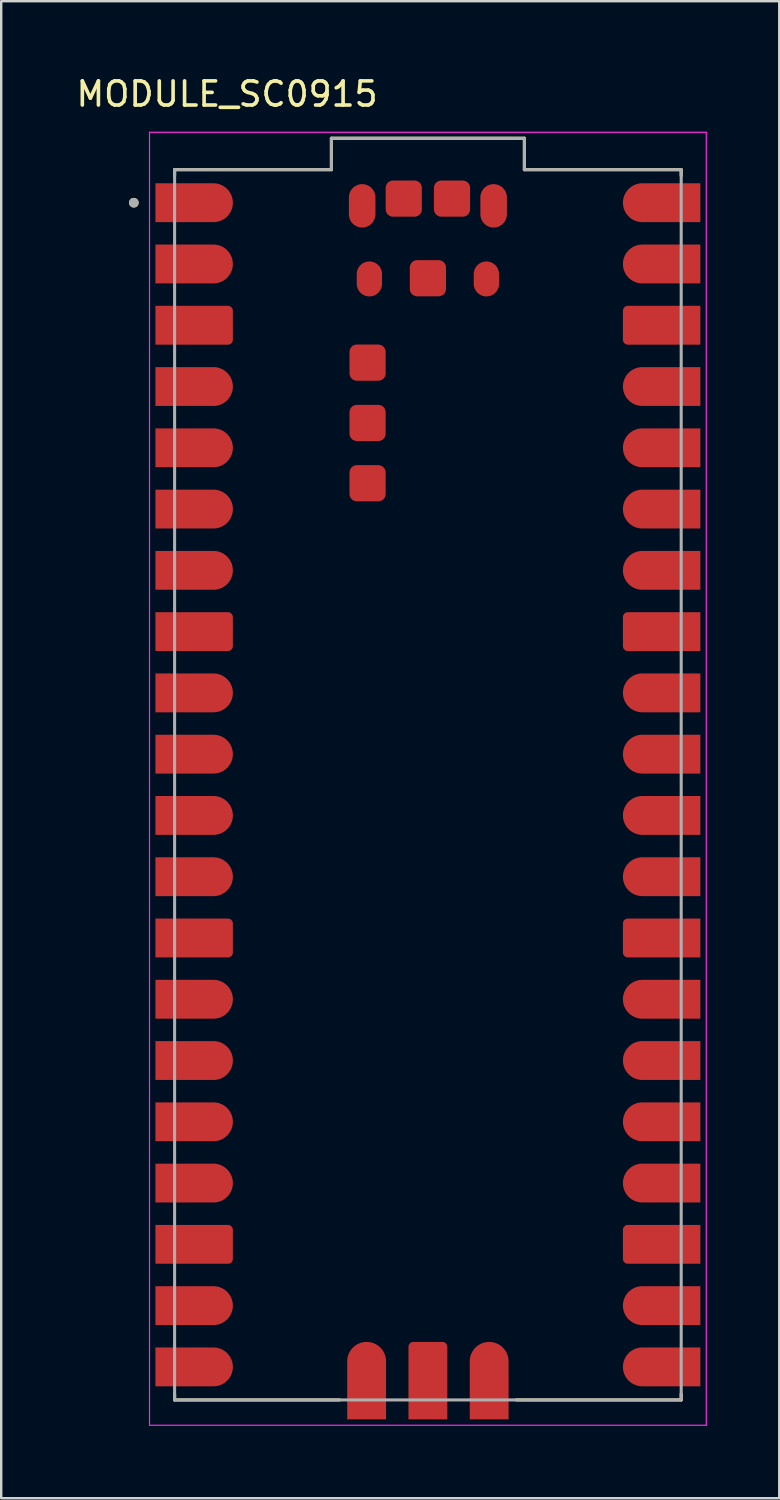
<source format=kicad_pcb>
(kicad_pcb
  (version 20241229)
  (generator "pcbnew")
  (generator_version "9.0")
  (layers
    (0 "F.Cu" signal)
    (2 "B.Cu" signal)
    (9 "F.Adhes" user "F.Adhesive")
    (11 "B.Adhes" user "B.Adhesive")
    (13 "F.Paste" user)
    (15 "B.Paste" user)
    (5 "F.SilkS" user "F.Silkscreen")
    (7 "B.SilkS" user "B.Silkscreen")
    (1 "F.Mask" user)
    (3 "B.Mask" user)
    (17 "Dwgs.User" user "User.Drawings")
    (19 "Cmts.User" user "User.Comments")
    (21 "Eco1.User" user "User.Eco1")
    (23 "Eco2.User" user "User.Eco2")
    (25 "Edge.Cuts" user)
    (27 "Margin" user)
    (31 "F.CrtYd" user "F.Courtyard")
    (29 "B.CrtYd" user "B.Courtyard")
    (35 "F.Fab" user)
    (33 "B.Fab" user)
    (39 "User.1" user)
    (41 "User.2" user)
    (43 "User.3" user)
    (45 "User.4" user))
  (footprint "MODULE_SC0915"
    (layer "F.Cu")
    (at 14.688 29.483)
    (property "Reference" "MODULE_SC0915" (at -8.325 -28.635 0) (layer "F.SilkS") (effects (font (size 1 1) (thickness 0.15))))
    (attr smd)
    (fp_poly (pts (xy -11.39 -23.23) (xy -11.39 -25.03) (xy -8.89 -25.03) (xy -8.843 -25.029) (xy -8.796 -25.025) (xy -8.749 -25.019) (xy -8.703 -25.01) (xy -8.657 -24.999) (xy -8.612 -24.986) (xy -8.567 -24.97) (xy -8.524 -24.952) (xy -8.481 -24.932) (xy -8.44 -24.909) (xy -8.4 -24.885) (xy -8.361 -24.858) (xy -8.324 -24.829) (xy -8.288 -24.799) (xy -8.254 -24.766) (xy -8.221 -24.732) (xy -8.191 -24.696) (xy -8.162 -24.659) (xy -8.135 -24.62) (xy -8.111 -24.58) (xy -8.088 -24.539) (xy -8.068 -24.496) (xy -8.05 -24.453) (xy -8.034 -24.408) (xy -8.021 -24.363) (xy -8.01 -24.317) (xy -8.001 -24.271) (xy -7.995 -24.224) (xy -7.991 -24.177) (xy -7.99 -24.13) (xy -7.991 -24.083) (xy -7.995 -24.036) (xy -8.001 -23.989) (xy -8.01 -23.943) (xy -8.021 -23.897) (xy -8.034 -23.852) (xy -8.05 -23.807) (xy -8.068 -23.764) (xy -8.088 -23.721) (xy -8.111 -23.68) (xy -8.135 -23.64) (xy -8.162 -23.601) (xy -8.191 -23.564) (xy -8.221 -23.528) (xy -8.254 -23.494) (xy -8.288 -23.461) (xy -8.324 -23.431) (xy -8.361 -23.402) (xy -8.4 -23.375) (xy -8.44 -23.351) (xy -8.481 -23.328) (xy -8.524 -23.308) (xy -8.567 -23.29) (xy -8.612 -23.274) (xy -8.657 -23.261) (xy -8.703 -23.25) (xy -8.749 -23.241) (xy -8.796 -23.235) (xy -8.843 -23.231) (xy -8.89 -23.23) (xy -11.39 -23.23)) (stroke (width 0.01) (type solid)) (fill yes) (layer "F.Mask"))
    (fp_poly (pts (xy -11.39 -20.69) (xy -11.39 -22.49) (xy -8.89 -22.49) (xy -8.843 -22.489) (xy -8.796 -22.485) (xy -8.749 -22.479) (xy -8.703 -22.47) (xy -8.657 -22.459) (xy -8.612 -22.446) (xy -8.567 -22.43) (xy -8.524 -22.412) (xy -8.481 -22.392) (xy -8.44 -22.369) (xy -8.4 -22.345) (xy -8.361 -22.318) (xy -8.324 -22.289) (xy -8.288 -22.259) (xy -8.254 -22.226) (xy -8.221 -22.192) (xy -8.191 -22.156) (xy -8.162 -22.119) (xy -8.135 -22.08) (xy -8.111 -22.04) (xy -8.088 -21.999) (xy -8.068 -21.956) (xy -8.05 -21.913) (xy -8.034 -21.868) (xy -8.021 -21.823) (xy -8.01 -21.777) (xy -8.001 -21.731) (xy -7.995 -21.684) (xy -7.991 -21.637) (xy -7.99 -21.59) (xy -7.991 -21.543) (xy -7.995 -21.496) (xy -8.001 -21.449) (xy -8.01 -21.403) (xy -8.021 -21.357) (xy -8.034 -21.312) (xy -8.05 -21.267) (xy -8.068 -21.224) (xy -8.088 -21.181) (xy -8.111 -21.14) (xy -8.135 -21.1) (xy -8.162 -21.061) (xy -8.191 -21.024) (xy -8.221 -20.988) (xy -8.254 -20.954) (xy -8.288 -20.921) (xy -8.324 -20.891) (xy -8.361 -20.862) (xy -8.4 -20.835) (xy -8.44 -20.811) (xy -8.481 -20.788) (xy -8.524 -20.768) (xy -8.567 -20.75) (xy -8.612 -20.734) (xy -8.657 -20.721) (xy -8.703 -20.71) (xy -8.749 -20.701) (xy -8.796 -20.695) (xy -8.843 -20.691) (xy -8.89 -20.69) (xy -11.39 -20.69)) (stroke (width 0.01) (type solid)) (fill yes) (layer "F.Mask"))
    (fp_poly (pts (xy -11.39 -15.61) (xy -11.39 -17.41) (xy -8.89 -17.41) (xy -8.843 -17.409) (xy -8.796 -17.405) (xy -8.749 -17.399) (xy -8.703 -17.39) (xy -8.657 -17.379) (xy -8.612 -17.366) (xy -8.567 -17.35) (xy -8.524 -17.332) (xy -8.481 -17.312) (xy -8.44 -17.289) (xy -8.4 -17.265) (xy -8.361 -17.238) (xy -8.324 -17.209) (xy -8.288 -17.179) (xy -8.254 -17.146) (xy -8.221 -17.112) (xy -8.191 -17.076) (xy -8.162 -17.039) (xy -8.135 -17) (xy -8.111 -16.96) (xy -8.088 -16.919) (xy -8.068 -16.876) (xy -8.05 -16.833) (xy -8.034 -16.788) (xy -8.021 -16.743) (xy -8.01 -16.697) (xy -8.001 -16.651) (xy -7.995 -16.604) (xy -7.991 -16.557) (xy -7.99 -16.51) (xy -7.991 -16.463) (xy -7.995 -16.416) (xy -8.001 -16.369) (xy -8.01 -16.323) (xy -8.021 -16.277) (xy -8.034 -16.232) (xy -8.05 -16.187) (xy -8.068 -16.144) (xy -8.088 -16.101) (xy -8.111 -16.06) (xy -8.135 -16.02) (xy -8.162 -15.981) (xy -8.191 -15.944) (xy -8.221 -15.908) (xy -8.254 -15.874) (xy -8.288 -15.841) (xy -8.324 -15.811) (xy -8.361 -15.782) (xy -8.4 -15.755) (xy -8.44 -15.731) (xy -8.481 -15.708) (xy -8.524 -15.688) (xy -8.567 -15.67) (xy -8.612 -15.654) (xy -8.657 -15.641) (xy -8.703 -15.63) (xy -8.749 -15.621) (xy -8.796 -15.615) (xy -8.843 -15.611) (xy -8.89 -15.61) (xy -11.39 -15.61)) (stroke (width 0.01) (type solid)) (fill yes) (layer "F.Mask"))
    (fp_poly (pts (xy -11.39 -13.07) (xy -11.39 -14.87) (xy -8.89 -14.87) (xy -8.843 -14.869) (xy -8.796 -14.865) (xy -8.749 -14.859) (xy -8.703 -14.85) (xy -8.657 -14.839) (xy -8.612 -14.826) (xy -8.567 -14.81) (xy -8.524 -14.792) (xy -8.481 -14.772) (xy -8.44 -14.749) (xy -8.4 -14.725) (xy -8.361 -14.698) (xy -8.324 -14.669) (xy -8.288 -14.639) (xy -8.254 -14.606) (xy -8.221 -14.572) (xy -8.191 -14.536) (xy -8.162 -14.499) (xy -8.135 -14.46) (xy -8.111 -14.42) (xy -8.088 -14.379) (xy -8.068 -14.336) (xy -8.05 -14.293) (xy -8.034 -14.248) (xy -8.021 -14.203) (xy -8.01 -14.157) (xy -8.001 -14.111) (xy -7.995 -14.064) (xy -7.991 -14.017) (xy -7.99 -13.97) (xy -7.991 -13.923) (xy -7.995 -13.876) (xy -8.001 -13.829) (xy -8.01 -13.783) (xy -8.021 -13.737) (xy -8.034 -13.692) (xy -8.05 -13.647) (xy -8.068 -13.604) (xy -8.088 -13.561) (xy -8.111 -13.52) (xy -8.135 -13.48) (xy -8.162 -13.441) (xy -8.191 -13.404) (xy -8.221 -13.368) (xy -8.254 -13.334) (xy -8.288 -13.301) (xy -8.324 -13.271) (xy -8.361 -13.242) (xy -8.4 -13.215) (xy -8.44 -13.191) (xy -8.481 -13.168) (xy -8.524 -13.148) (xy -8.567 -13.13) (xy -8.612 -13.114) (xy -8.657 -13.101) (xy -8.703 -13.09) (xy -8.749 -13.081) (xy -8.796 -13.075) (xy -8.843 -13.071) (xy -8.89 -13.07) (xy -11.39 -13.07)) (stroke (width 0.01) (type solid)) (fill yes) (layer "F.Mask"))
    (fp_poly (pts (xy -11.39 -10.53) (xy -11.39 -12.33) (xy -8.89 -12.33) (xy -8.843 -12.329) (xy -8.796 -12.325) (xy -8.749 -12.319) (xy -8.703 -12.31) (xy -8.657 -12.299) (xy -8.612 -12.286) (xy -8.567 -12.27) (xy -8.524 -12.252) (xy -8.481 -12.232) (xy -8.44 -12.209) (xy -8.4 -12.185) (xy -8.361 -12.158) (xy -8.324 -12.129) (xy -8.288 -12.099) (xy -8.254 -12.066) (xy -8.221 -12.032) (xy -8.191 -11.996) (xy -8.162 -11.959) (xy -8.135 -11.92) (xy -8.111 -11.88) (xy -8.088 -11.839) (xy -8.068 -11.796) (xy -8.05 -11.753) (xy -8.034 -11.708) (xy -8.021 -11.663) (xy -8.01 -11.617) (xy -8.001 -11.571) (xy -7.995 -11.524) (xy -7.991 -11.477) (xy -7.99 -11.43) (xy -7.991 -11.383) (xy -7.995 -11.336) (xy -8.001 -11.289) (xy -8.01 -11.243) (xy -8.021 -11.197) (xy -8.034 -11.152) (xy -8.05 -11.107) (xy -8.068 -11.064) (xy -8.088 -11.021) (xy -8.111 -10.98) (xy -8.135 -10.94) (xy -8.162 -10.901) (xy -8.191 -10.864) (xy -8.221 -10.828) (xy -8.254 -10.794) (xy -8.288 -10.761) (xy -8.324 -10.731) (xy -8.361 -10.702) (xy -8.4 -10.675) (xy -8.44 -10.651) (xy -8.481 -10.628) (xy -8.524 -10.608) (xy -8.567 -10.59) (xy -8.612 -10.574) (xy -8.657 -10.561) (xy -8.703 -10.55) (xy -8.749 -10.541) (xy -8.796 -10.535) (xy -8.843 -10.531) (xy -8.89 -10.53) (xy -11.39 -10.53)) (stroke (width 0.01) (type solid)) (fill yes) (layer "F.Mask"))
    (fp_poly (pts (xy -11.39 -7.99) (xy -11.39 -9.79) (xy -8.89 -9.79) (xy -8.843 -9.789) (xy -8.796 -9.785) (xy -8.749 -9.779) (xy -8.703 -9.77) (xy -8.657 -9.759) (xy -8.612 -9.746) (xy -8.567 -9.73) (xy -8.524 -9.712) (xy -8.481 -9.692) (xy -8.44 -9.669) (xy -8.4 -9.645) (xy -8.361 -9.618) (xy -8.324 -9.589) (xy -8.288 -9.559) (xy -8.254 -9.526) (xy -8.221 -9.492) (xy -8.191 -9.456) (xy -8.162 -9.419) (xy -8.135 -9.38) (xy -8.111 -9.34) (xy -8.088 -9.299) (xy -8.068 -9.256) (xy -8.05 -9.213) (xy -8.034 -9.168) (xy -8.021 -9.123) (xy -8.01 -9.077) (xy -8.001 -9.031) (xy -7.995 -8.984) (xy -7.991 -8.937) (xy -7.99 -8.89) (xy -7.991 -8.843) (xy -7.995 -8.796) (xy -8.001 -8.749) (xy -8.01 -8.703) (xy -8.021 -8.657) (xy -8.034 -8.612) (xy -8.05 -8.567) (xy -8.068 -8.524) (xy -8.088 -8.481) (xy -8.111 -8.44) (xy -8.135 -8.4) (xy -8.162 -8.361) (xy -8.191 -8.324) (xy -8.221 -8.288) (xy -8.254 -8.254) (xy -8.288 -8.221) (xy -8.324 -8.191) (xy -8.361 -8.162) (xy -8.4 -8.135) (xy -8.44 -8.111) (xy -8.481 -8.088) (xy -8.524 -8.068) (xy -8.567 -8.05) (xy -8.612 -8.034) (xy -8.657 -8.021) (xy -8.703 -8.01) (xy -8.749 -8.001) (xy -8.796 -7.995) (xy -8.843 -7.991) (xy -8.89 -7.99) (xy -11.39 -7.99)) (stroke (width 0.01) (type solid)) (fill yes) (layer "F.Mask"))
    (fp_poly (pts (xy -11.39 -2.91) (xy -11.39 -4.71) (xy -8.89 -4.71) (xy -8.843 -4.709) (xy -8.796 -4.705) (xy -8.749 -4.699) (xy -8.703 -4.69) (xy -8.657 -4.679) (xy -8.612 -4.666) (xy -8.567 -4.65) (xy -8.524 -4.632) (xy -8.481 -4.612) (xy -8.44 -4.589) (xy -8.4 -4.565) (xy -8.361 -4.538) (xy -8.324 -4.509) (xy -8.288 -4.479) (xy -8.254 -4.446) (xy -8.221 -4.412) (xy -8.191 -4.376) (xy -8.162 -4.339) (xy -8.135 -4.3) (xy -8.111 -4.26) (xy -8.088 -4.219) (xy -8.068 -4.176) (xy -8.05 -4.133) (xy -8.034 -4.088) (xy -8.021 -4.043) (xy -8.01 -3.997) (xy -8.001 -3.951) (xy -7.995 -3.904) (xy -7.991 -3.857) (xy -7.99 -3.81) (xy -7.991 -3.763) (xy -7.995 -3.716) (xy -8.001 -3.669) (xy -8.01 -3.623) (xy -8.021 -3.577) (xy -8.034 -3.532) (xy -8.05 -3.487) (xy -8.068 -3.444) (xy -8.088 -3.401) (xy -8.111 -3.36) (xy -8.135 -3.32) (xy -8.162 -3.281) (xy -8.191 -3.244) (xy -8.221 -3.208) (xy -8.254 -3.174) (xy -8.288 -3.141) (xy -8.324 -3.111) (xy -8.361 -3.082) (xy -8.4 -3.055) (xy -8.44 -3.031) (xy -8.481 -3.008) (xy -8.524 -2.988) (xy -8.567 -2.97) (xy -8.612 -2.954) (xy -8.657 -2.941) (xy -8.703 -2.93) (xy -8.749 -2.921) (xy -8.796 -2.915) (xy -8.843 -2.911) (xy -8.89 -2.91) (xy -11.39 -2.91)) (stroke (width 0.01) (type solid)) (fill yes) (layer "F.Mask"))
    (fp_poly (pts (xy -11.39 -0.37) (xy -11.39 -2.17) (xy -8.89 -2.17) (xy -8.843 -2.169) (xy -8.796 -2.165) (xy -8.749 -2.159) (xy -8.703 -2.15) (xy -8.657 -2.139) (xy -8.612 -2.126) (xy -8.567 -2.11) (xy -8.524 -2.092) (xy -8.481 -2.072) (xy -8.44 -2.049) (xy -8.4 -2.025) (xy -8.361 -1.998) (xy -8.324 -1.969) (xy -8.288 -1.939) (xy -8.254 -1.906) (xy -8.221 -1.872) (xy -8.191 -1.836) (xy -8.162 -1.799) (xy -8.135 -1.76) (xy -8.111 -1.72) (xy -8.088 -1.679) (xy -8.068 -1.636) (xy -8.05 -1.593) (xy -8.034 -1.548) (xy -8.021 -1.503) (xy -8.01 -1.457) (xy -8.001 -1.411) (xy -7.995 -1.364) (xy -7.991 -1.317) (xy -7.99 -1.27) (xy -7.991 -1.223) (xy -7.995 -1.176) (xy -8.001 -1.129) (xy -8.01 -1.083) (xy -8.021 -1.037) (xy -8.034 -0.992) (xy -8.05 -0.947) (xy -8.068 -0.904) (xy -8.088 -0.861) (xy -8.111 -0.82) (xy -8.135 -0.78) (xy -8.162 -0.741) (xy -8.191 -0.704) (xy -8.221 -0.668) (xy -8.254 -0.634) (xy -8.288 -0.601) (xy -8.324 -0.571) (xy -8.361 -0.542) (xy -8.4 -0.515) (xy -8.44 -0.491) (xy -8.481 -0.468) (xy -8.524 -0.448) (xy -8.567 -0.43) (xy -8.612 -0.414) (xy -8.657 -0.401) (xy -8.703 -0.39) (xy -8.749 -0.381) (xy -8.796 -0.375) (xy -8.843 -0.371) (xy -8.89 -0.37) (xy -11.39 -0.37)) (stroke (width 0.01) (type solid)) (fill yes) (layer "F.Mask"))
    (fp_poly (pts (xy -11.39 2.17) (xy -11.39 0.37) (xy -8.89 0.37) (xy -8.843 0.371) (xy -8.796 0.375) (xy -8.749 0.381) (xy -8.703 0.39) (xy -8.657 0.401) (xy -8.612 0.414) (xy -8.567 0.43) (xy -8.524 0.448) (xy -8.481 0.468) (xy -8.44 0.491) (xy -8.4 0.515) (xy -8.361 0.542) (xy -8.324 0.571) (xy -8.288 0.601) (xy -8.254 0.634) (xy -8.221 0.668) (xy -8.191 0.704) (xy -8.162 0.741) (xy -8.135 0.78) (xy -8.111 0.82) (xy -8.088 0.861) (xy -8.068 0.904) (xy -8.05 0.947) (xy -8.034 0.992) (xy -8.021 1.037) (xy -8.01 1.083) (xy -8.001 1.129) (xy -7.995 1.176) (xy -7.991 1.223) (xy -7.99 1.27) (xy -7.991 1.317) (xy -7.995 1.364) (xy -8.001 1.411) (xy -8.01 1.457) (xy -8.021 1.503) (xy -8.034 1.548) (xy -8.05 1.593) (xy -8.068 1.636) (xy -8.088 1.679) (xy -8.111 1.72) (xy -8.135 1.76) (xy -8.162 1.799) (xy -8.191 1.836) (xy -8.221 1.872) (xy -8.254 1.906) (xy -8.288 1.939) (xy -8.324 1.969) (xy -8.361 1.998) (xy -8.4 2.025) (xy -8.44 2.049) (xy -8.481 2.072) (xy -8.524 2.092) (xy -8.567 2.11) (xy -8.612 2.126) (xy -8.657 2.139) (xy -8.703 2.15) (xy -8.749 2.159) (xy -8.796 2.165) (xy -8.843 2.169) (xy -8.89 2.17) (xy -11.39 2.17)) (stroke (width 0.01) (type solid)) (fill yes) (layer "F.Mask"))
    (fp_poly (pts (xy -11.39 4.71) (xy -11.39 2.91) (xy -8.89 2.91) (xy -8.843 2.911) (xy -8.796 2.915) (xy -8.749 2.921) (xy -8.703 2.93) (xy -8.657 2.941) (xy -8.612 2.954) (xy -8.567 2.97) (xy -8.524 2.988) (xy -8.481 3.008) (xy -8.44 3.031) (xy -8.4 3.055) (xy -8.361 3.082) (xy -8.324 3.111) (xy -8.288 3.141) (xy -8.254 3.174) (xy -8.221 3.208) (xy -8.191 3.244) (xy -8.162 3.281) (xy -8.135 3.32) (xy -8.111 3.36) (xy -8.088 3.401) (xy -8.068 3.444) (xy -8.05 3.487) (xy -8.034 3.532) (xy -8.021 3.577) (xy -8.01 3.623) (xy -8.001 3.669) (xy -7.995 3.716) (xy -7.991 3.763) (xy -7.99 3.81) (xy -7.991 3.857) (xy -7.995 3.904) (xy -8.001 3.951) (xy -8.01 3.997) (xy -8.021 4.043) (xy -8.034 4.088) (xy -8.05 4.133) (xy -8.068 4.176) (xy -8.088 4.219) (xy -8.111 4.26) (xy -8.135 4.3) (xy -8.162 4.339) (xy -8.191 4.376) (xy -8.221 4.412) (xy -8.254 4.446) (xy -8.288 4.479) (xy -8.324 4.509) (xy -8.361 4.538) (xy -8.4 4.565) (xy -8.44 4.589) (xy -8.481 4.612) (xy -8.524 4.632) (xy -8.567 4.65) (xy -8.612 4.666) (xy -8.657 4.679) (xy -8.703 4.69) (xy -8.749 4.699) (xy -8.796 4.705) (xy -8.843 4.709) (xy -8.89 4.71) (xy -11.39 4.71)) (stroke (width 0.01) (type solid)) (fill yes) (layer "F.Mask"))
    (fp_poly (pts (xy -11.39 9.79) (xy -11.39 7.99) (xy -8.89 7.99) (xy -8.843 7.991) (xy -8.796 7.995) (xy -8.749 8.001) (xy -8.703 8.01) (xy -8.657 8.021) (xy -8.612 8.034) (xy -8.567 8.05) (xy -8.524 8.068) (xy -8.481 8.088) (xy -8.44 8.111) (xy -8.4 8.135) (xy -8.361 8.162) (xy -8.324 8.191) (xy -8.288 8.221) (xy -8.254 8.254) (xy -8.221 8.288) (xy -8.191 8.324) (xy -8.162 8.361) (xy -8.135 8.4) (xy -8.111 8.44) (xy -8.088 8.481) (xy -8.068 8.524) (xy -8.05 8.567) (xy -8.034 8.612) (xy -8.021 8.657) (xy -8.01 8.703) (xy -8.001 8.749) (xy -7.995 8.796) (xy -7.991 8.843) (xy -7.99 8.89) (xy -7.991 8.937) (xy -7.995 8.984) (xy -8.001 9.031) (xy -8.01 9.077) (xy -8.021 9.123) (xy -8.034 9.168) (xy -8.05 9.213) (xy -8.068 9.256) (xy -8.088 9.299) (xy -8.111 9.34) (xy -8.135 9.38) (xy -8.162 9.419) (xy -8.191 9.456) (xy -8.221 9.492) (xy -8.254 9.526) (xy -8.288 9.559) (xy -8.324 9.589) (xy -8.361 9.618) (xy -8.4 9.645) (xy -8.44 9.669) (xy -8.481 9.692) (xy -8.524 9.712) (xy -8.567 9.73) (xy -8.612 9.746) (xy -8.657 9.759) (xy -8.703 9.77) (xy -8.749 9.779) (xy -8.796 9.785) (xy -8.843 9.789) (xy -8.89 9.79) (xy -11.39 9.79)) (stroke (width 0.01) (type solid)) (fill yes) (layer "F.Mask"))
    (fp_poly (pts (xy -11.39 12.33) (xy -11.39 10.53) (xy -8.89 10.53) (xy -8.843 10.531) (xy -8.796 10.535) (xy -8.749 10.541) (xy -8.703 10.55) (xy -8.657 10.561) (xy -8.612 10.574) (xy -8.567 10.59) (xy -8.524 10.608) (xy -8.481 10.628) (xy -8.44 10.651) (xy -8.4 10.675) (xy -8.361 10.702) (xy -8.324 10.731) (xy -8.288 10.761) (xy -8.254 10.794) (xy -8.221 10.828) (xy -8.191 10.864) (xy -8.162 10.901) (xy -8.135 10.94) (xy -8.111 10.98) (xy -8.088 11.021) (xy -8.068 11.064) (xy -8.05 11.107) (xy -8.034 11.152) (xy -8.021 11.197) (xy -8.01 11.243) (xy -8.001 11.289) (xy -7.995 11.336) (xy -7.991 11.383) (xy -7.99 11.43) (xy -7.991 11.477) (xy -7.995 11.524) (xy -8.001 11.571) (xy -8.01 11.617) (xy -8.021 11.663) (xy -8.034 11.708) (xy -8.05 11.753) (xy -8.068 11.796) (xy -8.088 11.839) (xy -8.111 11.88) (xy -8.135 11.92) (xy -8.162 11.959) (xy -8.191 11.996) (xy -8.221 12.032) (xy -8.254 12.066) (xy -8.288 12.099) (xy -8.324 12.129) (xy -8.361 12.158) (xy -8.4 12.185) (xy -8.44 12.209) (xy -8.481 12.232) (xy -8.524 12.252) (xy -8.567 12.27) (xy -8.612 12.286) (xy -8.657 12.299) (xy -8.703 12.31) (xy -8.749 12.319) (xy -8.796 12.325) (xy -8.843 12.329) (xy -8.89 12.33) (xy -11.39 12.33)) (stroke (width 0.01) (type solid)) (fill yes) (layer "F.Mask"))
    (fp_poly (pts (xy -11.39 14.87) (xy -11.39 13.07) (xy -8.89 13.07) (xy -8.843 13.071) (xy -8.796 13.075) (xy -8.749 13.081) (xy -8.703 13.09) (xy -8.657 13.101) (xy -8.612 13.114) (xy -8.567 13.13) (xy -8.524 13.148) (xy -8.481 13.168) (xy -8.44 13.191) (xy -8.4 13.215) (xy -8.361 13.242) (xy -8.324 13.271) (xy -8.288 13.301) (xy -8.254 13.334) (xy -8.221 13.368) (xy -8.191 13.404) (xy -8.162 13.441) (xy -8.135 13.48) (xy -8.111 13.52) (xy -8.088 13.561) (xy -8.068 13.604) (xy -8.05 13.647) (xy -8.034 13.692) (xy -8.021 13.737) (xy -8.01 13.783) (xy -8.001 13.829) (xy -7.995 13.876) (xy -7.991 13.923) (xy -7.99 13.97) (xy -7.991 14.017) (xy -7.995 14.064) (xy -8.001 14.111) (xy -8.01 14.157) (xy -8.021 14.203) (xy -8.034 14.248) (xy -8.05 14.293) (xy -8.068 14.336) (xy -8.088 14.379) (xy -8.111 14.42) (xy -8.135 14.46) (xy -8.162 14.499) (xy -8.191 14.536) (xy -8.221 14.572) (xy -8.254 14.606) (xy -8.288 14.639) (xy -8.324 14.669) (xy -8.361 14.698) (xy -8.4 14.725) (xy -8.44 14.749) (xy -8.481 14.772) (xy -8.524 14.792) (xy -8.567 14.81) (xy -8.612 14.826) (xy -8.657 14.839) (xy -8.703 14.85) (xy -8.749 14.859) (xy -8.796 14.865) (xy -8.843 14.869) (xy -8.89 14.87) (xy -11.39 14.87)) (stroke (width 0.01) (type solid)) (fill yes) (layer "F.Mask"))
    (fp_poly (pts (xy -11.39 17.41) (xy -11.39 15.61) (xy -8.89 15.61) (xy -8.843 15.611) (xy -8.796 15.615) (xy -8.749 15.621) (xy -8.703 15.63) (xy -8.657 15.641) (xy -8.612 15.654) (xy -8.567 15.67) (xy -8.524 15.688) (xy -8.481 15.708) (xy -8.44 15.731) (xy -8.4 15.755) (xy -8.361 15.782) (xy -8.324 15.811) (xy -8.288 15.841) (xy -8.254 15.874) (xy -8.221 15.908) (xy -8.191 15.944) (xy -8.162 15.981) (xy -8.135 16.02) (xy -8.111 16.06) (xy -8.088 16.101) (xy -8.068 16.144) (xy -8.05 16.187) (xy -8.034 16.232) (xy -8.021 16.277) (xy -8.01 16.323) (xy -8.001 16.369) (xy -7.995 16.416) (xy -7.991 16.463) (xy -7.99 16.51) (xy -7.991 16.557) (xy -7.995 16.604) (xy -8.001 16.651) (xy -8.01 16.697) (xy -8.021 16.743) (xy -8.034 16.788) (xy -8.05 16.833) (xy -8.068 16.876) (xy -8.088 16.919) (xy -8.111 16.96) (xy -8.135 17) (xy -8.162 17.039) (xy -8.191 17.076) (xy -8.221 17.112) (xy -8.254 17.146) (xy -8.288 17.179) (xy -8.324 17.209) (xy -8.361 17.238) (xy -8.4 17.265) (xy -8.44 17.289) (xy -8.481 17.312) (xy -8.524 17.332) (xy -8.567 17.35) (xy -8.612 17.366) (xy -8.657 17.379) (xy -8.703 17.39) (xy -8.749 17.399) (xy -8.796 17.405) (xy -8.843 17.409) (xy -8.89 17.41) (xy -11.39 17.41)) (stroke (width 0.01) (type solid)) (fill yes) (layer "F.Mask"))
    (fp_poly (pts (xy -11.39 22.49) (xy -11.39 20.69) (xy -8.89 20.69) (xy -8.843 20.691) (xy -8.796 20.695) (xy -8.749 20.701) (xy -8.703 20.71) (xy -8.657 20.721) (xy -8.612 20.734) (xy -8.567 20.75) (xy -8.524 20.768) (xy -8.481 20.788) (xy -8.44 20.811) (xy -8.4 20.835) (xy -8.361 20.862) (xy -8.324 20.891) (xy -8.288 20.921) (xy -8.254 20.954) (xy -8.221 20.988) (xy -8.191 21.024) (xy -8.162 21.061) (xy -8.135 21.1) (xy -8.111 21.14) (xy -8.088 21.181) (xy -8.068 21.224) (xy -8.05 21.267) (xy -8.034 21.312) (xy -8.021 21.357) (xy -8.01 21.403) (xy -8.001 21.449) (xy -7.995 21.496) (xy -7.991 21.543) (xy -7.99 21.59) (xy -7.991 21.637) (xy -7.995 21.684) (xy -8.001 21.731) (xy -8.01 21.777) (xy -8.021 21.823) (xy -8.034 21.868) (xy -8.05 21.913) (xy -8.068 21.956) (xy -8.088 21.999) (xy -8.111 22.04) (xy -8.135 22.08) (xy -8.162 22.119) (xy -8.191 22.156) (xy -8.221 22.192) (xy -8.254 22.226) (xy -8.288 22.259) (xy -8.324 22.289) (xy -8.361 22.318) (xy -8.4 22.345) (xy -8.44 22.369) (xy -8.481 22.392) (xy -8.524 22.412) (xy -8.567 22.43) (xy -8.612 22.446) (xy -8.657 22.459) (xy -8.703 22.47) (xy -8.749 22.479) (xy -8.796 22.485) (xy -8.843 22.489) (xy -8.89 22.49) (xy -11.39 22.49)) (stroke (width 0.01) (type solid)) (fill yes) (layer "F.Mask"))
    (fp_poly (pts (xy -11.39 25.03) (xy -11.39 23.23) (xy -8.89 23.23) (xy -8.843 23.231) (xy -8.796 23.235) (xy -8.749 23.241) (xy -8.703 23.25) (xy -8.657 23.261) (xy -8.612 23.274) (xy -8.567 23.29) (xy -8.524 23.308) (xy -8.481 23.328) (xy -8.44 23.351) (xy -8.4 23.375) (xy -8.361 23.402) (xy -8.324 23.431) (xy -8.288 23.461) (xy -8.254 23.494) (xy -8.221 23.528) (xy -8.191 23.564) (xy -8.162 23.601) (xy -8.135 23.64) (xy -8.111 23.68) (xy -8.088 23.721) (xy -8.068 23.764) (xy -8.05 23.807) (xy -8.034 23.852) (xy -8.021 23.897) (xy -8.01 23.943) (xy -8.001 23.989) (xy -7.995 24.036) (xy -7.991 24.083) (xy -7.99 24.13) (xy -7.991 24.177) (xy -7.995 24.224) (xy -8.001 24.271) (xy -8.01 24.317) (xy -8.021 24.363) (xy -8.034 24.408) (xy -8.05 24.453) (xy -8.068 24.496) (xy -8.088 24.539) (xy -8.111 24.58) (xy -8.135 24.62) (xy -8.162 24.659) (xy -8.191 24.696) (xy -8.221 24.732) (xy -8.254 24.766) (xy -8.288 24.799) (xy -8.324 24.829) (xy -8.361 24.858) (xy -8.4 24.885) (xy -8.44 24.909) (xy -8.481 24.932) (xy -8.524 24.952) (xy -8.567 24.97) (xy -8.612 24.986) (xy -8.657 24.999) (xy -8.703 25.01) (xy -8.749 25.019) (xy -8.796 25.025) (xy -8.843 25.029) (xy -8.89 25.03) (xy -11.39 25.03)) (stroke (width 0.01) (type solid)) (fill yes) (layer "F.Mask"))
    (fp_poly (pts (xy -3.44 26.4) (xy -3.44 23.9) (xy -3.439 23.853) (xy -3.435 23.806) (xy -3.429 23.759) (xy -3.42 23.713) (xy -3.409 23.667) (xy -3.396 23.622) (xy -3.38 23.577) (xy -3.362 23.534) (xy -3.342 23.491) (xy -3.319 23.45) (xy -3.295 23.41) (xy -3.268 23.371) (xy -3.239 23.334) (xy -3.209 23.298) (xy -3.176 23.264) (xy -3.142 23.231) (xy -3.106 23.201) (xy -3.069 23.172) (xy -3.03 23.145) (xy -2.99 23.121) (xy -2.949 23.098) (xy -2.906 23.078) (xy -2.863 23.06) (xy -2.818 23.044) (xy -2.773 23.031) (xy -2.727 23.02) (xy -2.681 23.011) (xy -2.634 23.005) (xy -2.587 23.001) (xy -2.54 23) (xy -2.493 23.001) (xy -2.446 23.005) (xy -2.399 23.011) (xy -2.353 23.02) (xy -2.307 23.031) (xy -2.262 23.044) (xy -2.217 23.06) (xy -2.174 23.078) (xy -2.131 23.098) (xy -2.09 23.121) (xy -2.05 23.145) (xy -2.011 23.172) (xy -1.974 23.201) (xy -1.938 23.231) (xy -1.904 23.264) (xy -1.871 23.298) (xy -1.841 23.334) (xy -1.812 23.371) (xy -1.785 23.41) (xy -1.761 23.45) (xy -1.738 23.491) (xy -1.718 23.534) (xy -1.7 23.577) (xy -1.684 23.622) (xy -1.671 23.667) (xy -1.66 23.713) (xy -1.651 23.759) (xy -1.645 23.806) (xy -1.641 23.853) (xy -1.64 23.9) (xy -1.64 26.4) (xy -3.44 26.4)) (stroke (width 0.01) (type solid)) (fill yes) (layer "F.Mask"))
    (fp_poly (pts (xy 1.64 26.4) (xy 1.64 23.9) (xy 1.641 23.853) (xy 1.645 23.806) (xy 1.651 23.759) (xy 1.66 23.713) (xy 1.671 23.667) (xy 1.684 23.622) (xy 1.7 23.577) (xy 1.718 23.534) (xy 1.738 23.491) (xy 1.761 23.45) (xy 1.785 23.41) (xy 1.812 23.371) (xy 1.841 23.334) (xy 1.871 23.298) (xy 1.904 23.264) (xy 1.938 23.231) (xy 1.974 23.201) (xy 2.011 23.172) (xy 2.05 23.145) (xy 2.09 23.121) (xy 2.131 23.098) (xy 2.174 23.078) (xy 2.217 23.06) (xy 2.262 23.044) (xy 2.307 23.031) (xy 2.353 23.02) (xy 2.399 23.011) (xy 2.446 23.005) (xy 2.493 23.001) (xy 2.54 23) (xy 2.587 23.001) (xy 2.634 23.005) (xy 2.681 23.011) (xy 2.727 23.02) (xy 2.773 23.031) (xy 2.818 23.044) (xy 2.863 23.06) (xy 2.906 23.078) (xy 2.949 23.098) (xy 2.99 23.121) (xy 3.03 23.145) (xy 3.069 23.172) (xy 3.106 23.201) (xy 3.142 23.231) (xy 3.176 23.264) (xy 3.209 23.298) (xy 3.239 23.334) (xy 3.268 23.371) (xy 3.295 23.41) (xy 3.319 23.45) (xy 3.342 23.491) (xy 3.362 23.534) (xy 3.38 23.577) (xy 3.396 23.622) (xy 3.409 23.667) (xy 3.42 23.713) (xy 3.429 23.759) (xy 3.435 23.806) (xy 3.439 23.853) (xy 3.44 23.9) (xy 3.44 26.4) (xy 1.64 26.4)) (stroke (width 0.01) (type solid)) (fill yes) (layer "F.Mask"))
    (fp_poly (pts (xy 11.39 -23.23) (xy 11.39 -25.03) (xy 8.89 -25.03) (xy 8.843 -25.029) (xy 8.796 -25.025) (xy 8.749 -25.019) (xy 8.703 -25.01) (xy 8.657 -24.999) (xy 8.612 -24.986) (xy 8.567 -24.97) (xy 8.524 -24.952) (xy 8.481 -24.932) (xy 8.44 -24.909) (xy 8.4 -24.885) (xy 8.361 -24.858) (xy 8.324 -24.829) (xy 8.288 -24.799) (xy 8.254 -24.766) (xy 8.221 -24.732) (xy 8.191 -24.696) (xy 8.162 -24.659) (xy 8.135 -24.62) (xy 8.111 -24.58) (xy 8.088 -24.539) (xy 8.068 -24.496) (xy 8.05 -24.453) (xy 8.034 -24.408) (xy 8.021 -24.363) (xy 8.01 -24.317) (xy 8.001 -24.271) (xy 7.995 -24.224) (xy 7.991 -24.177) (xy 7.99 -24.13) (xy 7.991 -24.083) (xy 7.995 -24.036) (xy 8.001 -23.989) (xy 8.01 -23.943) (xy 8.021 -23.897) (xy 8.034 -23.852) (xy 8.05 -23.807) (xy 8.068 -23.764) (xy 8.088 -23.721) (xy 8.111 -23.68) (xy 8.135 -23.64) (xy 8.162 -23.601) (xy 8.191 -23.564) (xy 8.221 -23.528) (xy 8.254 -23.494) (xy 8.288 -23.461) (xy 8.324 -23.431) (xy 8.361 -23.402) (xy 8.4 -23.375) (xy 8.44 -23.351) (xy 8.481 -23.328) (xy 8.524 -23.308) (xy 8.567 -23.29) (xy 8.612 -23.274) (xy 8.657 -23.261) (xy 8.703 -23.25) (xy 8.749 -23.241) (xy 8.796 -23.235) (xy 8.843 -23.231) (xy 8.89 -23.23) (xy 11.39 -23.23)) (stroke (width 0.01) (type solid)) (fill yes) (layer "F.Mask"))
    (fp_poly (pts (xy 11.39 -20.69) (xy 11.39 -22.49) (xy 8.89 -22.49) (xy 8.843 -22.489) (xy 8.796 -22.485) (xy 8.749 -22.479) (xy 8.703 -22.47) (xy 8.657 -22.459) (xy 8.612 -22.446) (xy 8.567 -22.43) (xy 8.524 -22.412) (xy 8.481 -22.392) (xy 8.44 -22.369) (xy 8.4 -22.345) (xy 8.361 -22.318) (xy 8.324 -22.289) (xy 8.288 -22.259) (xy 8.254 -22.226) (xy 8.221 -22.192) (xy 8.191 -22.156) (xy 8.162 -22.119) (xy 8.135 -22.08) (xy 8.111 -22.04) (xy 8.088 -21.999) (xy 8.068 -21.956) (xy 8.05 -21.913) (xy 8.034 -21.868) (xy 8.021 -21.823) (xy 8.01 -21.777) (xy 8.001 -21.731) (xy 7.995 -21.684) (xy 7.991 -21.637) (xy 7.99 -21.59) (xy 7.991 -21.543) (xy 7.995 -21.496) (xy 8.001 -21.449) (xy 8.01 -21.403) (xy 8.021 -21.357) (xy 8.034 -21.312) (xy 8.05 -21.267) (xy 8.068 -21.224) (xy 8.088 -21.181) (xy 8.111 -21.14) (xy 8.135 -21.1) (xy 8.162 -21.061) (xy 8.191 -21.024) (xy 8.221 -20.988) (xy 8.254 -20.954) (xy 8.288 -20.921) (xy 8.324 -20.891) (xy 8.361 -20.862) (xy 8.4 -20.835) (xy 8.44 -20.811) (xy 8.481 -20.788) (xy 8.524 -20.768) (xy 8.567 -20.75) (xy 8.612 -20.734) (xy 8.657 -20.721) (xy 8.703 -20.71) (xy 8.749 -20.701) (xy 8.796 -20.695) (xy 8.843 -20.691) (xy 8.89 -20.69) (xy 11.39 -20.69)) (stroke (width 0.01) (type solid)) (fill yes) (layer "F.Mask"))
    (fp_poly (pts (xy 11.39 -15.61) (xy 11.39 -17.41) (xy 8.89 -17.41) (xy 8.843 -17.409) (xy 8.796 -17.405) (xy 8.749 -17.399) (xy 8.703 -17.39) (xy 8.657 -17.379) (xy 8.612 -17.366) (xy 8.567 -17.35) (xy 8.524 -17.332) (xy 8.481 -17.312) (xy 8.44 -17.289) (xy 8.4 -17.265) (xy 8.361 -17.238) (xy 8.324 -17.209) (xy 8.288 -17.179) (xy 8.254 -17.146) (xy 8.221 -17.112) (xy 8.191 -17.076) (xy 8.162 -17.039) (xy 8.135 -17) (xy 8.111 -16.96) (xy 8.088 -16.919) (xy 8.068 -16.876) (xy 8.05 -16.833) (xy 8.034 -16.788) (xy 8.021 -16.743) (xy 8.01 -16.697) (xy 8.001 -16.651) (xy 7.995 -16.604) (xy 7.991 -16.557) (xy 7.99 -16.51) (xy 7.991 -16.463) (xy 7.995 -16.416) (xy 8.001 -16.369) (xy 8.01 -16.323) (xy 8.021 -16.277) (xy 8.034 -16.232) (xy 8.05 -16.187) (xy 8.068 -16.144) (xy 8.088 -16.101) (xy 8.111 -16.06) (xy 8.135 -16.02) (xy 8.162 -15.981) (xy 8.191 -15.944) (xy 8.221 -15.908) (xy 8.254 -15.874) (xy 8.288 -15.841) (xy 8.324 -15.811) (xy 8.361 -15.782) (xy 8.4 -15.755) (xy 8.44 -15.731) (xy 8.481 -15.708) (xy 8.524 -15.688) (xy 8.567 -15.67) (xy 8.612 -15.654) (xy 8.657 -15.641) (xy 8.703 -15.63) (xy 8.749 -15.621) (xy 8.796 -15.615) (xy 8.843 -15.611) (xy 8.89 -15.61) (xy 11.39 -15.61)) (stroke (width 0.01) (type solid)) (fill yes) (layer "F.Mask"))
    (fp_poly (pts (xy 11.39 -13.07) (xy 11.39 -14.87) (xy 8.89 -14.87) (xy 8.843 -14.869) (xy 8.796 -14.865) (xy 8.749 -14.859) (xy 8.703 -14.85) (xy 8.657 -14.839) (xy 8.612 -14.826) (xy 8.567 -14.81) (xy 8.524 -14.792) (xy 8.481 -14.772) (xy 8.44 -14.749) (xy 8.4 -14.725) (xy 8.361 -14.698) (xy 8.324 -14.669) (xy 8.288 -14.639) (xy 8.254 -14.606) (xy 8.221 -14.572) (xy 8.191 -14.536) (xy 8.162 -14.499) (xy 8.135 -14.46) (xy 8.111 -14.42) (xy 8.088 -14.379) (xy 8.068 -14.336) (xy 8.05 -14.293) (xy 8.034 -14.248) (xy 8.021 -14.203) (xy 8.01 -14.157) (xy 8.001 -14.111) (xy 7.995 -14.064) (xy 7.991 -14.017) (xy 7.99 -13.97) (xy 7.991 -13.923) (xy 7.995 -13.876) (xy 8.001 -13.829) (xy 8.01 -13.783) (xy 8.021 -13.737) (xy 8.034 -13.692) (xy 8.05 -13.647) (xy 8.068 -13.604) (xy 8.088 -13.561) (xy 8.111 -13.52) (xy 8.135 -13.48) (xy 8.162 -13.441) (xy 8.191 -13.404) (xy 8.221 -13.368) (xy 8.254 -13.334) (xy 8.288 -13.301) (xy 8.324 -13.271) (xy 8.361 -13.242) (xy 8.4 -13.215) (xy 8.44 -13.191) (xy 8.481 -13.168) (xy 8.524 -13.148) (xy 8.567 -13.13) (xy 8.612 -13.114) (xy 8.657 -13.101) (xy 8.703 -13.09) (xy 8.749 -13.081) (xy 8.796 -13.075) (xy 8.843 -13.071) (xy 8.89 -13.07) (xy 11.39 -13.07)) (stroke (width 0.01) (type solid)) (fill yes) (layer "F.Mask"))
    (fp_poly (pts (xy 11.39 -10.53) (xy 11.39 -12.33) (xy 8.89 -12.33) (xy 8.843 -12.329) (xy 8.796 -12.325) (xy 8.749 -12.319) (xy 8.703 -12.31) (xy 8.657 -12.299) (xy 8.612 -12.286) (xy 8.567 -12.27) (xy 8.524 -12.252) (xy 8.481 -12.232) (xy 8.44 -12.209) (xy 8.4 -12.185) (xy 8.361 -12.158) (xy 8.324 -12.129) (xy 8.288 -12.099) (xy 8.254 -12.066) (xy 8.221 -12.032) (xy 8.191 -11.996) (xy 8.162 -11.959) (xy 8.135 -11.92) (xy 8.111 -11.88) (xy 8.088 -11.839) (xy 8.068 -11.796) (xy 8.05 -11.753) (xy 8.034 -11.708) (xy 8.021 -11.663) (xy 8.01 -11.617) (xy 8.001 -11.571) (xy 7.995 -11.524) (xy 7.991 -11.477) (xy 7.99 -11.43) (xy 7.991 -11.383) (xy 7.995 -11.336) (xy 8.001 -11.289) (xy 8.01 -11.243) (xy 8.021 -11.197) (xy 8.034 -11.152) (xy 8.05 -11.107) (xy 8.068 -11.064) (xy 8.088 -11.021) (xy 8.111 -10.98) (xy 8.135 -10.94) (xy 8.162 -10.901) (xy 8.191 -10.864) (xy 8.221 -10.828) (xy 8.254 -10.794) (xy 8.288 -10.761) (xy 8.324 -10.731) (xy 8.361 -10.702) (xy 8.4 -10.675) (xy 8.44 -10.651) (xy 8.481 -10.628) (xy 8.524 -10.608) (xy 8.567 -10.59) (xy 8.612 -10.574) (xy 8.657 -10.561) (xy 8.703 -10.55) (xy 8.749 -10.541) (xy 8.796 -10.535) (xy 8.843 -10.531) (xy 8.89 -10.53) (xy 11.39 -10.53)) (stroke (width 0.01) (type solid)) (fill yes) (layer "F.Mask"))
    (fp_poly (pts (xy 11.39 -7.99) (xy 11.39 -9.79) (xy 8.89 -9.79) (xy 8.843 -9.789) (xy 8.796 -9.785) (xy 8.749 -9.779) (xy 8.703 -9.77) (xy 8.657 -9.759) (xy 8.612 -9.746) (xy 8.567 -9.73) (xy 8.524 -9.712) (xy 8.481 -9.692) (xy 8.44 -9.669) (xy 8.4 -9.645) (xy 8.361 -9.618) (xy 8.324 -9.589) (xy 8.288 -9.559) (xy 8.254 -9.526) (xy 8.221 -9.492) (xy 8.191 -9.456) (xy 8.162 -9.419) (xy 8.135 -9.38) (xy 8.111 -9.34) (xy 8.088 -9.299) (xy 8.068 -9.256) (xy 8.05 -9.213) (xy 8.034 -9.168) (xy 8.021 -9.123) (xy 8.01 -9.077) (xy 8.001 -9.031) (xy 7.995 -8.984) (xy 7.991 -8.937) (xy 7.99 -8.89) (xy 7.991 -8.843) (xy 7.995 -8.796) (xy 8.001 -8.749) (xy 8.01 -8.703) (xy 8.021 -8.657) (xy 8.034 -8.612) (xy 8.05 -8.567) (xy 8.068 -8.524) (xy 8.088 -8.481) (xy 8.111 -8.44) (xy 8.135 -8.4) (xy 8.162 -8.361) (xy 8.191 -8.324) (xy 8.221 -8.288) (xy 8.254 -8.254) (xy 8.288 -8.221) (xy 8.324 -8.191) (xy 8.361 -8.162) (xy 8.4 -8.135) (xy 8.44 -8.111) (xy 8.481 -8.088) (xy 8.524 -8.068) (xy 8.567 -8.05) (xy 8.612 -8.034) (xy 8.657 -8.021) (xy 8.703 -8.01) (xy 8.749 -8.001) (xy 8.796 -7.995) (xy 8.843 -7.991) (xy 8.89 -7.99) (xy 11.39 -7.99)) (stroke (width 0.01) (type solid)) (fill yes) (layer "F.Mask"))
    (fp_poly (pts (xy 11.39 -2.91) (xy 11.39 -4.71) (xy 8.89 -4.71) (xy 8.843 -4.709) (xy 8.796 -4.705) (xy 8.749 -4.699) (xy 8.703 -4.69) (xy 8.657 -4.679) (xy 8.612 -4.666) (xy 8.567 -4.65) (xy 8.524 -4.632) (xy 8.481 -4.612) (xy 8.44 -4.589) (xy 8.4 -4.565) (xy 8.361 -4.538) (xy 8.324 -4.509) (xy 8.288 -4.479) (xy 8.254 -4.446) (xy 8.221 -4.412) (xy 8.191 -4.376) (xy 8.162 -4.339) (xy 8.135 -4.3) (xy 8.111 -4.26) (xy 8.088 -4.219) (xy 8.068 -4.176) (xy 8.05 -4.133) (xy 8.034 -4.088) (xy 8.021 -4.043) (xy 8.01 -3.997) (xy 8.001 -3.951) (xy 7.995 -3.904) (xy 7.991 -3.857) (xy 7.99 -3.81) (xy 7.991 -3.763) (xy 7.995 -3.716) (xy 8.001 -3.669) (xy 8.01 -3.623) (xy 8.021 -3.577) (xy 8.034 -3.532) (xy 8.05 -3.487) (xy 8.068 -3.444) (xy 8.088 -3.401) (xy 8.111 -3.36) (xy 8.135 -3.32) (xy 8.162 -3.281) (xy 8.191 -3.244) (xy 8.221 -3.208) (xy 8.254 -3.174) (xy 8.288 -3.141) (xy 8.324 -3.111) (xy 8.361 -3.082) (xy 8.4 -3.055) (xy 8.44 -3.031) (xy 8.481 -3.008) (xy 8.524 -2.988) (xy 8.567 -2.97) (xy 8.612 -2.954) (xy 8.657 -2.941) (xy 8.703 -2.93) (xy 8.749 -2.921) (xy 8.796 -2.915) (xy 8.843 -2.911) (xy 8.89 -2.91) (xy 11.39 -2.91)) (stroke (width 0.01) (type solid)) (fill yes) (layer "F.Mask"))
    (fp_poly (pts (xy 11.39 -0.37) (xy 11.39 -2.17) (xy 8.89 -2.17) (xy 8.843 -2.169) (xy 8.796 -2.165) (xy 8.749 -2.159) (xy 8.703 -2.15) (xy 8.657 -2.139) (xy 8.612 -2.126) (xy 8.567 -2.11) (xy 8.524 -2.092) (xy 8.481 -2.072) (xy 8.44 -2.049) (xy 8.4 -2.025) (xy 8.361 -1.998) (xy 8.324 -1.969) (xy 8.288 -1.939) (xy 8.254 -1.906) (xy 8.221 -1.872) (xy 8.191 -1.836) (xy 8.162 -1.799) (xy 8.135 -1.76) (xy 8.111 -1.72) (xy 8.088 -1.679) (xy 8.068 -1.636) (xy 8.05 -1.593) (xy 8.034 -1.548) (xy 8.021 -1.503) (xy 8.01 -1.457) (xy 8.001 -1.411) (xy 7.995 -1.364) (xy 7.991 -1.317) (xy 7.99 -1.27) (xy 7.991 -1.223) (xy 7.995 -1.176) (xy 8.001 -1.129) (xy 8.01 -1.083) (xy 8.021 -1.037) (xy 8.034 -0.992) (xy 8.05 -0.947) (xy 8.068 -0.904) (xy 8.088 -0.861) (xy 8.111 -0.82) (xy 8.135 -0.78) (xy 8.162 -0.741) (xy 8.191 -0.704) (xy 8.221 -0.668) (xy 8.254 -0.634) (xy 8.288 -0.601) (xy 8.324 -0.571) (xy 8.361 -0.542) (xy 8.4 -0.515) (xy 8.44 -0.491) (xy 8.481 -0.468) (xy 8.524 -0.448) (xy 8.567 -0.43) (xy 8.612 -0.414) (xy 8.657 -0.401) (xy 8.703 -0.39) (xy 8.749 -0.381) (xy 8.796 -0.375) (xy 8.843 -0.371) (xy 8.89 -0.37) (xy 11.39 -0.37)) (stroke (width 0.01) (type solid)) (fill yes) (layer "F.Mask"))
    (fp_poly (pts (xy 11.39 2.17) (xy 11.39 0.37) (xy 8.89 0.37) (xy 8.843 0.371) (xy 8.796 0.375) (xy 8.749 0.381) (xy 8.703 0.39) (xy 8.657 0.401) (xy 8.612 0.414) (xy 8.567 0.43) (xy 8.524 0.448) (xy 8.481 0.468) (xy 8.44 0.491) (xy 8.4 0.515) (xy 8.361 0.542) (xy 8.324 0.571) (xy 8.288 0.601) (xy 8.254 0.634) (xy 8.221 0.668) (xy 8.191 0.704) (xy 8.162 0.741) (xy 8.135 0.78) (xy 8.111 0.82) (xy 8.088 0.861) (xy 8.068 0.904) (xy 8.05 0.947) (xy 8.034 0.992) (xy 8.021 1.037) (xy 8.01 1.083) (xy 8.001 1.129) (xy 7.995 1.176) (xy 7.991 1.223) (xy 7.99 1.27) (xy 7.991 1.317) (xy 7.995 1.364) (xy 8.001 1.411) (xy 8.01 1.457) (xy 8.021 1.503) (xy 8.034 1.548) (xy 8.05 1.593) (xy 8.068 1.636) (xy 8.088 1.679) (xy 8.111 1.72) (xy 8.135 1.76) (xy 8.162 1.799) (xy 8.191 1.836) (xy 8.221 1.872) (xy 8.254 1.906) (xy 8.288 1.939) (xy 8.324 1.969) (xy 8.361 1.998) (xy 8.4 2.025) (xy 8.44 2.049) (xy 8.481 2.072) (xy 8.524 2.092) (xy 8.567 2.11) (xy 8.612 2.126) (xy 8.657 2.139) (xy 8.703 2.15) (xy 8.749 2.159) (xy 8.796 2.165) (xy 8.843 2.169) (xy 8.89 2.17) (xy 11.39 2.17)) (stroke (width 0.01) (type solid)) (fill yes) (layer "F.Mask"))
    (fp_poly (pts (xy 11.39 4.71) (xy 11.39 2.91) (xy 8.89 2.91) (xy 8.843 2.911) (xy 8.796 2.915) (xy 8.749 2.921) (xy 8.703 2.93) (xy 8.657 2.941) (xy 8.612 2.954) (xy 8.567 2.97) (xy 8.524 2.988) (xy 8.481 3.008) (xy 8.44 3.031) (xy 8.4 3.055) (xy 8.361 3.082) (xy 8.324 3.111) (xy 8.288 3.141) (xy 8.254 3.174) (xy 8.221 3.208) (xy 8.191 3.244) (xy 8.162 3.281) (xy 8.135 3.32) (xy 8.111 3.36) (xy 8.088 3.401) (xy 8.068 3.444) (xy 8.05 3.487) (xy 8.034 3.532) (xy 8.021 3.577) (xy 8.01 3.623) (xy 8.001 3.669) (xy 7.995 3.716) (xy 7.991 3.763) (xy 7.99 3.81) (xy 7.991 3.857) (xy 7.995 3.904) (xy 8.001 3.951) (xy 8.01 3.997) (xy 8.021 4.043) (xy 8.034 4.088) (xy 8.05 4.133) (xy 8.068 4.176) (xy 8.088 4.219) (xy 8.111 4.26) (xy 8.135 4.3) (xy 8.162 4.339) (xy 8.191 4.376) (xy 8.221 4.412) (xy 8.254 4.446) (xy 8.288 4.479) (xy 8.324 4.509) (xy 8.361 4.538) (xy 8.4 4.565) (xy 8.44 4.589) (xy 8.481 4.612) (xy 8.524 4.632) (xy 8.567 4.65) (xy 8.612 4.666) (xy 8.657 4.679) (xy 8.703 4.69) (xy 8.749 4.699) (xy 8.796 4.705) (xy 8.843 4.709) (xy 8.89 4.71) (xy 11.39 4.71)) (stroke (width 0.01) (type solid)) (fill yes) (layer "F.Mask"))
    (fp_poly (pts (xy 11.39 9.79) (xy 11.39 7.99) (xy 8.89 7.99) (xy 8.843 7.991) (xy 8.796 7.995) (xy 8.749 8.001) (xy 8.703 8.01) (xy 8.657 8.021) (xy 8.612 8.034) (xy 8.567 8.05) (xy 8.524 8.068) (xy 8.481 8.088) (xy 8.44 8.111) (xy 8.4 8.135) (xy 8.361 8.162) (xy 8.324 8.191) (xy 8.288 8.221) (xy 8.254 8.254) (xy 8.221 8.288) (xy 8.191 8.324) (xy 8.162 8.361) (xy 8.135 8.4) (xy 8.111 8.44) (xy 8.088 8.481) (xy 8.068 8.524) (xy 8.05 8.567) (xy 8.034 8.612) (xy 8.021 8.657) (xy 8.01 8.703) (xy 8.001 8.749) (xy 7.995 8.796) (xy 7.991 8.843) (xy 7.99 8.89) (xy 7.991 8.937) (xy 7.995 8.984) (xy 8.001 9.031) (xy 8.01 9.077) (xy 8.021 9.123) (xy 8.034 9.168) (xy 8.05 9.213) (xy 8.068 9.256) (xy 8.088 9.299) (xy 8.111 9.34) (xy 8.135 9.38) (xy 8.162 9.419) (xy 8.191 9.456) (xy 8.221 9.492) (xy 8.254 9.526) (xy 8.288 9.559) (xy 8.324 9.589) (xy 8.361 9.618) (xy 8.4 9.645) (xy 8.44 9.669) (xy 8.481 9.692) (xy 8.524 9.712) (xy 8.567 9.73) (xy 8.612 9.746) (xy 8.657 9.759) (xy 8.703 9.77) (xy 8.749 9.779) (xy 8.796 9.785) (xy 8.843 9.789) (xy 8.89 9.79) (xy 11.39 9.79)) (stroke (width 0.01) (type solid)) (fill yes) (layer "F.Mask"))
    (fp_poly (pts (xy 11.39 12.33) (xy 11.39 10.53) (xy 8.89 10.53) (xy 8.843 10.531) (xy 8.796 10.535) (xy 8.749 10.541) (xy 8.703 10.55) (xy 8.657 10.561) (xy 8.612 10.574) (xy 8.567 10.59) (xy 8.524 10.608) (xy 8.481 10.628) (xy 8.44 10.651) (xy 8.4 10.675) (xy 8.361 10.702) (xy 8.324 10.731) (xy 8.288 10.761) (xy 8.254 10.794) (xy 8.221 10.828) (xy 8.191 10.864) (xy 8.162 10.901) (xy 8.135 10.94) (xy 8.111 10.98) (xy 8.088 11.021) (xy 8.068 11.064) (xy 8.05 11.107) (xy 8.034 11.152) (xy 8.021 11.197) (xy 8.01 11.243) (xy 8.001 11.289) (xy 7.995 11.336) (xy 7.991 11.383) (xy 7.99 11.43) (xy 7.991 11.477) (xy 7.995 11.524) (xy 8.001 11.571) (xy 8.01 11.617) (xy 8.021 11.663) (xy 8.034 11.708) (xy 8.05 11.753) (xy 8.068 11.796) (xy 8.088 11.839) (xy 8.111 11.88) (xy 8.135 11.92) (xy 8.162 11.959) (xy 8.191 11.996) (xy 8.221 12.032) (xy 8.254 12.066) (xy 8.288 12.099) (xy 8.324 12.129) (xy 8.361 12.158) (xy 8.4 12.185) (xy 8.44 12.209) (xy 8.481 12.232) (xy 8.524 12.252) (xy 8.567 12.27) (xy 8.612 12.286) (xy 8.657 12.299) (xy 8.703 12.31) (xy 8.749 12.319) (xy 8.796 12.325) (xy 8.843 12.329) (xy 8.89 12.33) (xy 11.39 12.33)) (stroke (width 0.01) (type solid)) (fill yes) (layer "F.Mask"))
    (fp_poly (pts (xy 11.39 14.87) (xy 11.39 13.07) (xy 8.89 13.07) (xy 8.843 13.071) (xy 8.796 13.075) (xy 8.749 13.081) (xy 8.703 13.09) (xy 8.657 13.101) (xy 8.612 13.114) (xy 8.567 13.13) (xy 8.524 13.148) (xy 8.481 13.168) (xy 8.44 13.191) (xy 8.4 13.215) (xy 8.361 13.242) (xy 8.324 13.271) (xy 8.288 13.301) (xy 8.254 13.334) (xy 8.221 13.368) (xy 8.191 13.404) (xy 8.162 13.441) (xy 8.135 13.48) (xy 8.111 13.52) (xy 8.088 13.561) (xy 8.068 13.604) (xy 8.05 13.647) (xy 8.034 13.692) (xy 8.021 13.737) (xy 8.01 13.783) (xy 8.001 13.829) (xy 7.995 13.876) (xy 7.991 13.923) (xy 7.99 13.97) (xy 7.991 14.017) (xy 7.995 14.064) (xy 8.001 14.111) (xy 8.01 14.157) (xy 8.021 14.203) (xy 8.034 14.248) (xy 8.05 14.293) (xy 8.068 14.336) (xy 8.088 14.379) (xy 8.111 14.42) (xy 8.135 14.46) (xy 8.162 14.499) (xy 8.191 14.536) (xy 8.221 14.572) (xy 8.254 14.606) (xy 8.288 14.639) (xy 8.324 14.669) (xy 8.361 14.698) (xy 8.4 14.725) (xy 8.44 14.749) (xy 8.481 14.772) (xy 8.524 14.792) (xy 8.567 14.81) (xy 8.612 14.826) (xy 8.657 14.839) (xy 8.703 14.85) (xy 8.749 14.859) (xy 8.796 14.865) (xy 8.843 14.869) (xy 8.89 14.87) (xy 11.39 14.87)) (stroke (width 0.01) (type solid)) (fill yes) (layer "F.Mask"))
    (fp_poly (pts (xy 11.39 17.41) (xy 11.39 15.61) (xy 8.89 15.61) (xy 8.843 15.611) (xy 8.796 15.615) (xy 8.749 15.621) (xy 8.703 15.63) (xy 8.657 15.641) (xy 8.612 15.654) (xy 8.567 15.67) (xy 8.524 15.688) (xy 8.481 15.708) (xy 8.44 15.731) (xy 8.4 15.755) (xy 8.361 15.782) (xy 8.324 15.811) (xy 8.288 15.841) (xy 8.254 15.874) (xy 8.221 15.908) (xy 8.191 15.944) (xy 8.162 15.981) (xy 8.135 16.02) (xy 8.111 16.06) (xy 8.088 16.101) (xy 8.068 16.144) (xy 8.05 16.187) (xy 8.034 16.232) (xy 8.021 16.277) (xy 8.01 16.323) (xy 8.001 16.369) (xy 7.995 16.416) (xy 7.991 16.463) (xy 7.99 16.51) (xy 7.991 16.557) (xy 7.995 16.604) (xy 8.001 16.651) (xy 8.01 16.697) (xy 8.021 16.743) (xy 8.034 16.788) (xy 8.05 16.833) (xy 8.068 16.876) (xy 8.088 16.919) (xy 8.111 16.96) (xy 8.135 17) (xy 8.162 17.039) (xy 8.191 17.076) (xy 8.221 17.112) (xy 8.254 17.146) (xy 8.288 17.179) (xy 8.324 17.209) (xy 8.361 17.238) (xy 8.4 17.265) (xy 8.44 17.289) (xy 8.481 17.312) (xy 8.524 17.332) (xy 8.567 17.35) (xy 8.612 17.366) (xy 8.657 17.379) (xy 8.703 17.39) (xy 8.749 17.399) (xy 8.796 17.405) (xy 8.843 17.409) (xy 8.89 17.41) (xy 11.39 17.41)) (stroke (width 0.01) (type solid)) (fill yes) (layer "F.Mask"))
    (fp_poly (pts (xy 11.39 22.49) (xy 11.39 20.69) (xy 8.89 20.69) (xy 8.843 20.691) (xy 8.796 20.695) (xy 8.749 20.701) (xy 8.703 20.71) (xy 8.657 20.721) (xy 8.612 20.734) (xy 8.567 20.75) (xy 8.524 20.768) (xy 8.481 20.788) (xy 8.44 20.811) (xy 8.4 20.835) (xy 8.361 20.862) (xy 8.324 20.891) (xy 8.288 20.921) (xy 8.254 20.954) (xy 8.221 20.988) (xy 8.191 21.024) (xy 8.162 21.061) (xy 8.135 21.1) (xy 8.111 21.14) (xy 8.088 21.181) (xy 8.068 21.224) (xy 8.05 21.267) (xy 8.034 21.312) (xy 8.021 21.357) (xy 8.01 21.403) (xy 8.001 21.449) (xy 7.995 21.496) (xy 7.991 21.543) (xy 7.99 21.59) (xy 7.991 21.637) (xy 7.995 21.684) (xy 8.001 21.731) (xy 8.01 21.777) (xy 8.021 21.823) (xy 8.034 21.868) (xy 8.05 21.913) (xy 8.068 21.956) (xy 8.088 21.999) (xy 8.111 22.04) (xy 8.135 22.08) (xy 8.162 22.119) (xy 8.191 22.156) (xy 8.221 22.192) (xy 8.254 22.226) (xy 8.288 22.259) (xy 8.324 22.289) (xy 8.361 22.318) (xy 8.4 22.345) (xy 8.44 22.369) (xy 8.481 22.392) (xy 8.524 22.412) (xy 8.567 22.43) (xy 8.612 22.446) (xy 8.657 22.459) (xy 8.703 22.47) (xy 8.749 22.479) (xy 8.796 22.485) (xy 8.843 22.489) (xy 8.89 22.49) (xy 11.39 22.49)) (stroke (width 0.01) (type solid)) (fill yes) (layer "F.Mask"))
    (fp_poly (pts (xy 11.39 25.03) (xy 11.39 23.23) (xy 8.89 23.23) (xy 8.843 23.231) (xy 8.796 23.235) (xy 8.749 23.241) (xy 8.703 23.25) (xy 8.657 23.261) (xy 8.612 23.274) (xy 8.567 23.29) (xy 8.524 23.308) (xy 8.481 23.328) (xy 8.44 23.351) (xy 8.4 23.375) (xy 8.361 23.402) (xy 8.324 23.431) (xy 8.288 23.461) (xy 8.254 23.494) (xy 8.221 23.528) (xy 8.191 23.564) (xy 8.162 23.601) (xy 8.135 23.64) (xy 8.111 23.68) (xy 8.088 23.721) (xy 8.068 23.764) (xy 8.05 23.807) (xy 8.034 23.852) (xy 8.021 23.897) (xy 8.01 23.943) (xy 8.001 23.989) (xy 7.995 24.036) (xy 7.991 24.083) (xy 7.99 24.13) (xy 7.991 24.177) (xy 7.995 24.224) (xy 8.001 24.271) (xy 8.01 24.317) (xy 8.021 24.363) (xy 8.034 24.408) (xy 8.05 24.453) (xy 8.068 24.496) (xy 8.088 24.539) (xy 8.111 24.58) (xy 8.135 24.62) (xy 8.162 24.659) (xy 8.191 24.696) (xy 8.221 24.732) (xy 8.254 24.766) (xy 8.288 24.799) (xy 8.324 24.829) (xy 8.361 24.858) (xy 8.4 24.885) (xy 8.44 24.909) (xy 8.481 24.932) (xy 8.524 24.952) (xy 8.567 24.97) (xy 8.612 24.986) (xy 8.657 24.999) (xy 8.703 25.01) (xy 8.749 25.019) (xy 8.796 25.025) (xy 8.843 25.029) (xy 8.89 25.03) (xy 11.39 25.03)) (stroke (width 0.01) (type solid)) (fill yes) (layer "F.Mask"))
    (fp_poly (pts (xy -11.39 -18.15) (xy -11.39 -19.95) (xy -8.29 -19.95) (xy -8.274 -19.95) (xy -8.259 -19.948) (xy -8.243 -19.946) (xy -8.228 -19.943) (xy -8.212 -19.94) (xy -8.197 -19.935) (xy -8.182 -19.93) (xy -8.168 -19.924) (xy -8.154 -19.917) (xy -8.14 -19.91) (xy -8.127 -19.902) (xy -8.114 -19.893) (xy -8.101 -19.883) (xy -8.089 -19.873) (xy -8.078 -19.862) (xy -8.067 -19.851) (xy -8.057 -19.839) (xy -8.047 -19.826) (xy -8.038 -19.813) (xy -8.03 -19.8) (xy -8.023 -19.786) (xy -8.016 -19.772) (xy -8.01 -19.758) (xy -8.005 -19.743) (xy -8 -19.728) (xy -7.997 -19.712) (xy -7.994 -19.697) (xy -7.992 -19.681) (xy -7.99 -19.666) (xy -7.99 -19.65) (xy -7.99 -18.45) (xy -7.99 -18.434) (xy -7.992 -18.419) (xy -7.994 -18.403) (xy -7.997 -18.388) (xy -8 -18.372) (xy -8.005 -18.357) (xy -8.01 -18.342) (xy -8.016 -18.328) (xy -8.023 -18.314) (xy -8.03 -18.3) (xy -8.038 -18.287) (xy -8.047 -18.274) (xy -8.057 -18.261) (xy -8.067 -18.249) (xy -8.078 -18.238) (xy -8.089 -18.227) (xy -8.101 -18.217) (xy -8.114 -18.207) (xy -8.127 -18.198) (xy -8.14 -18.19) (xy -8.154 -18.183) (xy -8.168 -18.176) (xy -8.182 -18.17) (xy -8.197 -18.165) (xy -8.212 -18.16) (xy -8.228 -18.157) (xy -8.243 -18.154) (xy -8.259 -18.152) (xy -8.274 -18.15) (xy -8.29 -18.15) (xy -11.39 -18.15)) (stroke (width 0.01) (type solid)) (fill yes) (layer "F.Mask"))
    (fp_poly (pts (xy -11.39 -5.45) (xy -11.39 -7.25) (xy -8.29 -7.25) (xy -8.274 -7.25) (xy -8.259 -7.248) (xy -8.243 -7.246) (xy -8.228 -7.243) (xy -8.212 -7.24) (xy -8.197 -7.235) (xy -8.182 -7.23) (xy -8.168 -7.224) (xy -8.154 -7.217) (xy -8.14 -7.21) (xy -8.127 -7.202) (xy -8.114 -7.193) (xy -8.101 -7.183) (xy -8.089 -7.173) (xy -8.078 -7.162) (xy -8.067 -7.151) (xy -8.057 -7.139) (xy -8.047 -7.126) (xy -8.038 -7.113) (xy -8.03 -7.1) (xy -8.023 -7.086) (xy -8.016 -7.072) (xy -8.01 -7.058) (xy -8.005 -7.043) (xy -8 -7.028) (xy -7.997 -7.012) (xy -7.994 -6.997) (xy -7.992 -6.981) (xy -7.99 -6.966) (xy -7.99 -6.95) (xy -7.99 -5.75) (xy -7.99 -5.734) (xy -7.992 -5.719) (xy -7.994 -5.703) (xy -7.997 -5.688) (xy -8 -5.672) (xy -8.005 -5.657) (xy -8.01 -5.642) (xy -8.016 -5.628) (xy -8.023 -5.614) (xy -8.03 -5.6) (xy -8.038 -5.587) (xy -8.047 -5.574) (xy -8.057 -5.561) (xy -8.067 -5.549) (xy -8.078 -5.538) (xy -8.089 -5.527) (xy -8.101 -5.517) (xy -8.114 -5.507) (xy -8.127 -5.498) (xy -8.14 -5.49) (xy -8.154 -5.483) (xy -8.168 -5.476) (xy -8.182 -5.47) (xy -8.197 -5.465) (xy -8.212 -5.46) (xy -8.228 -5.457) (xy -8.243 -5.454) (xy -8.259 -5.452) (xy -8.274 -5.45) (xy -8.29 -5.45) (xy -11.39 -5.45)) (stroke (width 0.01) (type solid)) (fill yes) (layer "F.Mask"))
    (fp_poly (pts (xy -11.39 7.25) (xy -11.39 5.45) (xy -8.29 5.45) (xy -8.274 5.45) (xy -8.259 5.452) (xy -8.243 5.454) (xy -8.228 5.457) (xy -8.212 5.46) (xy -8.197 5.465) (xy -8.182 5.47) (xy -8.168 5.476) (xy -8.154 5.483) (xy -8.14 5.49) (xy -8.127 5.498) (xy -8.114 5.507) (xy -8.101 5.517) (xy -8.089 5.527) (xy -8.078 5.538) (xy -8.067 5.549) (xy -8.057 5.561) (xy -8.047 5.574) (xy -8.038 5.587) (xy -8.03 5.6) (xy -8.023 5.614) (xy -8.016 5.628) (xy -8.01 5.642) (xy -8.005 5.657) (xy -8 5.672) (xy -7.997 5.688) (xy -7.994 5.703) (xy -7.992 5.719) (xy -7.99 5.734) (xy -7.99 5.75) (xy -7.99 6.95) (xy -7.99 6.966) (xy -7.992 6.981) (xy -7.994 6.997) (xy -7.997 7.012) (xy -8 7.028) (xy -8.005 7.043) (xy -8.01 7.058) (xy -8.016 7.072) (xy -8.023 7.086) (xy -8.03 7.1) (xy -8.038 7.113) (xy -8.047 7.126) (xy -8.057 7.139) (xy -8.067 7.151) (xy -8.078 7.162) (xy -8.089 7.173) (xy -8.101 7.183) (xy -8.114 7.193) (xy -8.127 7.202) (xy -8.14 7.21) (xy -8.154 7.217) (xy -8.168 7.224) (xy -8.182 7.23) (xy -8.197 7.235) (xy -8.212 7.24) (xy -8.228 7.243) (xy -8.243 7.246) (xy -8.259 7.248) (xy -8.274 7.25) (xy -8.29 7.25) (xy -11.39 7.25)) (stroke (width 0.01) (type solid)) (fill yes) (layer "F.Mask"))
    (fp_poly (pts (xy -11.39 19.95) (xy -11.39 18.15) (xy -8.29 18.15) (xy -8.274 18.15) (xy -8.259 18.152) (xy -8.243 18.154) (xy -8.228 18.157) (xy -8.212 18.16) (xy -8.197 18.165) (xy -8.182 18.17) (xy -8.168 18.176) (xy -8.154 18.183) (xy -8.14 18.19) (xy -8.127 18.198) (xy -8.114 18.207) (xy -8.101 18.217) (xy -8.089 18.227) (xy -8.078 18.238) (xy -8.067 18.249) (xy -8.057 18.261) (xy -8.047 18.274) (xy -8.038 18.287) (xy -8.03 18.3) (xy -8.023 18.314) (xy -8.016 18.328) (xy -8.01 18.342) (xy -8.005 18.357) (xy -8 18.372) (xy -7.997 18.388) (xy -7.994 18.403) (xy -7.992 18.419) (xy -7.99 18.434) (xy -7.99 18.45) (xy -7.99 19.65) (xy -7.99 19.666) (xy -7.992 19.681) (xy -7.994 19.697) (xy -7.997 19.712) (xy -8 19.728) (xy -8.005 19.743) (xy -8.01 19.758) (xy -8.016 19.772) (xy -8.023 19.786) (xy -8.03 19.8) (xy -8.038 19.813) (xy -8.047 19.826) (xy -8.057 19.839) (xy -8.067 19.851) (xy -8.078 19.862) (xy -8.089 19.873) (xy -8.101 19.883) (xy -8.114 19.893) (xy -8.127 19.902) (xy -8.14 19.91) (xy -8.154 19.917) (xy -8.168 19.924) (xy -8.182 19.93) (xy -8.197 19.935) (xy -8.212 19.94) (xy -8.228 19.943) (xy -8.243 19.946) (xy -8.259 19.948) (xy -8.274 19.95) (xy -8.29 19.95) (xy -11.39 19.95)) (stroke (width 0.01) (type solid)) (fill yes) (layer "F.Mask"))
    (fp_poly (pts (xy -0.9 26.4) (xy -0.9 23.3) (xy -0.9 23.284) (xy -0.898 23.269) (xy -0.896 23.253) (xy -0.893 23.238) (xy -0.89 23.222) (xy -0.885 23.207) (xy -0.88 23.192) (xy -0.874 23.178) (xy -0.867 23.164) (xy -0.86 23.15) (xy -0.852 23.137) (xy -0.843 23.124) (xy -0.833 23.111) (xy -0.823 23.099) (xy -0.812 23.088) (xy -0.801 23.077) (xy -0.789 23.067) (xy -0.776 23.057) (xy -0.763 23.048) (xy -0.75 23.04) (xy -0.736 23.033) (xy -0.722 23.026) (xy -0.708 23.02) (xy -0.693 23.015) (xy -0.678 23.01) (xy -0.662 23.007) (xy -0.647 23.004) (xy -0.631 23.002) (xy -0.616 23) (xy -0.6 23) (xy 0.6 23) (xy 0.616 23) (xy 0.631 23.002) (xy 0.647 23.004) (xy 0.662 23.007) (xy 0.678 23.01) (xy 0.693 23.015) (xy 0.708 23.02) (xy 0.722 23.026) (xy 0.736 23.033) (xy 0.75 23.04) (xy 0.763 23.048) (xy 0.776 23.057) (xy 0.789 23.067) (xy 0.801 23.077) (xy 0.812 23.088) (xy 0.823 23.099) (xy 0.833 23.111) (xy 0.843 23.124) (xy 0.852 23.137) (xy 0.86 23.15) (xy 0.867 23.164) (xy 0.874 23.178) (xy 0.88 23.192) (xy 0.885 23.207) (xy 0.89 23.222) (xy 0.893 23.238) (xy 0.896 23.253) (xy 0.898 23.269) (xy 0.9 23.284) (xy 0.9 23.3) (xy 0.9 26.4) (xy -0.9 26.4)) (stroke (width 0.01) (type solid)) (fill yes) (layer "F.Mask"))
    (fp_poly (pts (xy 11.39 -18.15) (xy 11.39 -19.95) (xy 8.29 -19.95) (xy 8.274 -19.95) (xy 8.259 -19.948) (xy 8.243 -19.946) (xy 8.228 -19.943) (xy 8.212 -19.94) (xy 8.197 -19.935) (xy 8.182 -19.93) (xy 8.168 -19.924) (xy 8.154 -19.917) (xy 8.14 -19.91) (xy 8.127 -19.902) (xy 8.114 -19.893) (xy 8.101 -19.883) (xy 8.089 -19.873) (xy 8.078 -19.862) (xy 8.067 -19.851) (xy 8.057 -19.839) (xy 8.047 -19.826) (xy 8.038 -19.813) (xy 8.03 -19.8) (xy 8.023 -19.786) (xy 8.016 -19.772) (xy 8.01 -19.758) (xy 8.005 -19.743) (xy 8 -19.728) (xy 7.997 -19.712) (xy 7.994 -19.697) (xy 7.992 -19.681) (xy 7.99 -19.666) (xy 7.99 -19.65) (xy 7.99 -18.45) (xy 7.99 -18.434) (xy 7.992 -18.419) (xy 7.994 -18.403) (xy 7.997 -18.388) (xy 8 -18.372) (xy 8.005 -18.357) (xy 8.01 -18.342) (xy 8.016 -18.328) (xy 8.023 -18.314) (xy 8.03 -18.3) (xy 8.038 -18.287) (xy 8.047 -18.274) (xy 8.057 -18.261) (xy 8.067 -18.249) (xy 8.078 -18.238) (xy 8.089 -18.227) (xy 8.101 -18.217) (xy 8.114 -18.207) (xy 8.127 -18.198) (xy 8.14 -18.19) (xy 8.154 -18.183) (xy 8.168 -18.176) (xy 8.182 -18.17) (xy 8.197 -18.165) (xy 8.212 -18.16) (xy 8.228 -18.157) (xy 8.243 -18.154) (xy 8.259 -18.152) (xy 8.274 -18.15) (xy 8.29 -18.15) (xy 11.39 -18.15)) (stroke (width 0.01) (type solid)) (fill yes) (layer "F.Mask"))
    (fp_poly (pts (xy 11.39 -5.45) (xy 11.39 -7.25) (xy 8.29 -7.25) (xy 8.274 -7.25) (xy 8.259 -7.248) (xy 8.243 -7.246) (xy 8.228 -7.243) (xy 8.212 -7.24) (xy 8.197 -7.235) (xy 8.182 -7.23) (xy 8.168 -7.224) (xy 8.154 -7.217) (xy 8.14 -7.21) (xy 8.127 -7.202) (xy 8.114 -7.193) (xy 8.101 -7.183) (xy 8.089 -7.173) (xy 8.078 -7.162) (xy 8.067 -7.151) (xy 8.057 -7.139) (xy 8.047 -7.126) (xy 8.038 -7.113) (xy 8.03 -7.1) (xy 8.023 -7.086) (xy 8.016 -7.072) (xy 8.01 -7.058) (xy 8.005 -7.043) (xy 8 -7.028) (xy 7.997 -7.012) (xy 7.994 -6.997) (xy 7.992 -6.981) (xy 7.99 -6.966) (xy 7.99 -6.95) (xy 7.99 -5.75) (xy 7.99 -5.734) (xy 7.992 -5.719) (xy 7.994 -5.703) (xy 7.997 -5.688) (xy 8 -5.672) (xy 8.005 -5.657) (xy 8.01 -5.642) (xy 8.016 -5.628) (xy 8.023 -5.614) (xy 8.03 -5.6) (xy 8.038 -5.587) (xy 8.047 -5.574) (xy 8.057 -5.561) (xy 8.067 -5.549) (xy 8.078 -5.538) (xy 8.089 -5.527) (xy 8.101 -5.517) (xy 8.114 -5.507) (xy 8.127 -5.498) (xy 8.14 -5.49) (xy 8.154 -5.483) (xy 8.168 -5.476) (xy 8.182 -5.47) (xy 8.197 -5.465) (xy 8.212 -5.46) (xy 8.228 -5.457) (xy 8.243 -5.454) (xy 8.259 -5.452) (xy 8.274 -5.45) (xy 8.29 -5.45) (xy 11.39 -5.45)) (stroke (width 0.01) (type solid)) (fill yes) (layer "F.Mask"))
    (fp_poly (pts (xy 11.39 7.25) (xy 11.39 5.45) (xy 8.29 5.45) (xy 8.274 5.45) (xy 8.259 5.452) (xy 8.243 5.454) (xy 8.228 5.457) (xy 8.212 5.46) (xy 8.197 5.465) (xy 8.182 5.47) (xy 8.168 5.476) (xy 8.154 5.483) (xy 8.14 5.49) (xy 8.127 5.498) (xy 8.114 5.507) (xy 8.101 5.517) (xy 8.089 5.527) (xy 8.078 5.538) (xy 8.067 5.549) (xy 8.057 5.561) (xy 8.047 5.574) (xy 8.038 5.587) (xy 8.03 5.6) (xy 8.023 5.614) (xy 8.016 5.628) (xy 8.01 5.642) (xy 8.005 5.657) (xy 8 5.672) (xy 7.997 5.688) (xy 7.994 5.703) (xy 7.992 5.719) (xy 7.99 5.734) (xy 7.99 5.75) (xy 7.99 6.95) (xy 7.99 6.966) (xy 7.992 6.981) (xy 7.994 6.997) (xy 7.997 7.012) (xy 8 7.028) (xy 8.005 7.043) (xy 8.01 7.058) (xy 8.016 7.072) (xy 8.023 7.086) (xy 8.03 7.1) (xy 8.038 7.113) (xy 8.047 7.126) (xy 8.057 7.139) (xy 8.067 7.151) (xy 8.078 7.162) (xy 8.089 7.173) (xy 8.101 7.183) (xy 8.114 7.193) (xy 8.127 7.202) (xy 8.14 7.21) (xy 8.154 7.217) (xy 8.168 7.224) (xy 8.182 7.23) (xy 8.197 7.235) (xy 8.212 7.24) (xy 8.228 7.243) (xy 8.243 7.246) (xy 8.259 7.248) (xy 8.274 7.25) (xy 8.29 7.25) (xy 11.39 7.25)) (stroke (width 0.01) (type solid)) (fill yes) (layer "F.Mask"))
    (fp_poly (pts (xy 11.39 19.95) (xy 11.39 18.15) (xy 8.29 18.15) (xy 8.274 18.15) (xy 8.259 18.152) (xy 8.243 18.154) (xy 8.228 18.157) (xy 8.212 18.16) (xy 8.197 18.165) (xy 8.182 18.17) (xy 8.168 18.176) (xy 8.154 18.183) (xy 8.14 18.19) (xy 8.127 18.198) (xy 8.114 18.207) (xy 8.101 18.217) (xy 8.089 18.227) (xy 8.078 18.238) (xy 8.067 18.249) (xy 8.057 18.261) (xy 8.047 18.274) (xy 8.038 18.287) (xy 8.03 18.3) (xy 8.023 18.314) (xy 8.016 18.328) (xy 8.01 18.342) (xy 8.005 18.357) (xy 8 18.372) (xy 7.997 18.388) (xy 7.994 18.403) (xy 7.992 18.419) (xy 7.99 18.434) (xy 7.99 18.45) (xy 7.99 19.65) (xy 7.99 19.666) (xy 7.992 19.681) (xy 7.994 19.697) (xy 7.997 19.712) (xy 8 19.728) (xy 8.005 19.743) (xy 8.01 19.758) (xy 8.016 19.772) (xy 8.023 19.786) (xy 8.03 19.8) (xy 8.038 19.813) (xy 8.047 19.826) (xy 8.057 19.839) (xy 8.067 19.851) (xy 8.078 19.862) (xy 8.089 19.873) (xy 8.101 19.883) (xy 8.114 19.893) (xy 8.127 19.902) (xy 8.14 19.91) (xy 8.154 19.917) (xy 8.168 19.924) (xy 8.182 19.93) (xy 8.197 19.935) (xy 8.212 19.94) (xy 8.228 19.943) (xy 8.243 19.946) (xy 8.259 19.948) (xy 8.274 19.95) (xy 8.29 19.95) (xy 11.39 19.95)) (stroke (width 0.01) (type solid)) (fill yes) (layer "F.Mask"))
    (fp_line (start -10.5 -25.5) (end -4 -25.5) (stroke (width 0.127) (type solid)) (layer "F.SilkS"))
    (fp_line (start -10.5 -25.25) (end -10.5 -25.5) (stroke (width 0.127) (type solid)) (layer "F.SilkS"))
    (fp_line (start -10.5 25.5) (end -10.5 25.25) (stroke (width 0.127) (type solid)) (layer "F.SilkS"))
    (fp_line (start -4 -26.8) (end 4 -26.8) (stroke (width 0.127) (type solid)) (layer "F.SilkS"))
    (fp_line (start -4 -25.5) (end -4 -26.8) (stroke (width 0.127) (type solid)) (layer "F.SilkS"))
    (fp_line (start -3.66 25.5) (end -10.5 25.5) (stroke (width 0.127) (type solid)) (layer "F.SilkS"))
    (fp_line (start 4 -26.8) (end 4 -25.5) (stroke (width 0.127) (type solid)) (layer "F.SilkS"))
    (fp_line (start 4 -25.5) (end 10.5 -25.5) (stroke (width 0.127) (type solid)) (layer "F.SilkS"))
    (fp_line (start 10.5 -25.5) (end 10.5 -25.25) (stroke (width 0.127) (type solid)) (layer "F.SilkS"))
    (fp_line (start 10.5 25.5) (end 3.66 25.5) (stroke (width 0.127) (type solid)) (layer "F.SilkS"))
    (fp_line (start 10.5 25.5) (end 10.5 25.25) (stroke (width 0.127) (type solid)) (layer "F.SilkS"))
    (fp_circle (center -12.19 -24.13) (end -12.09 -24.13) (stroke (width 0.2) (type solid)) (fill no) (layer "F.SilkS"))
    (fp_poly (pts (xy -11.29 -23.33) (xy -11.29 -24.93) (xy -8.89 -24.93) (xy -8.848 -24.929) (xy -8.806 -24.926) (xy -8.765 -24.92) (xy -8.724 -24.913) (xy -8.683 -24.903) (xy -8.643 -24.891) (xy -8.603 -24.877) (xy -8.565 -24.861) (xy -8.527 -24.843) (xy -8.49 -24.823) (xy -8.454 -24.801) (xy -8.42 -24.777) (xy -8.387 -24.752) (xy -8.355 -24.725) (xy -8.324 -24.696) (xy -8.295 -24.665) (xy -8.268 -24.633) (xy -8.243 -24.6) (xy -8.219 -24.566) (xy -8.197 -24.53) (xy -8.177 -24.493) (xy -8.159 -24.455) (xy -8.143 -24.417) (xy -8.129 -24.377) (xy -8.117 -24.337) (xy -8.107 -24.296) (xy -8.1 -24.255) (xy -8.094 -24.214) (xy -8.091 -24.172) (xy -8.09 -24.13) (xy -8.091 -24.088) (xy -8.094 -24.046) (xy -8.1 -24.005) (xy -8.107 -23.964) (xy -8.117 -23.923) (xy -8.129 -23.883) (xy -8.143 -23.843) (xy -8.159 -23.805) (xy -8.177 -23.767) (xy -8.197 -23.73) (xy -8.219 -23.694) (xy -8.243 -23.66) (xy -8.268 -23.627) (xy -8.295 -23.595) (xy -8.324 -23.564) (xy -8.355 -23.535) (xy -8.387 -23.508) (xy -8.42 -23.483) (xy -8.454 -23.459) (xy -8.49 -23.437) (xy -8.527 -23.417) (xy -8.565 -23.399) (xy -8.603 -23.383) (xy -8.643 -23.369) (xy -8.683 -23.357) (xy -8.724 -23.347) (xy -8.765 -23.34) (xy -8.806 -23.334) (xy -8.848 -23.331) (xy -8.89 -23.33) (xy -11.29 -23.33)) (stroke (width 0.01) (type solid)) (fill yes) (layer "F.Paste"))
    (fp_poly (pts (xy -11.29 -20.79) (xy -11.29 -22.39) (xy -8.89 -22.39) (xy -8.848 -22.389) (xy -8.806 -22.386) (xy -8.765 -22.38) (xy -8.724 -22.373) (xy -8.683 -22.363) (xy -8.643 -22.351) (xy -8.603 -22.337) (xy -8.565 -22.321) (xy -8.527 -22.303) (xy -8.49 -22.283) (xy -8.454 -22.261) (xy -8.42 -22.237) (xy -8.387 -22.212) (xy -8.355 -22.185) (xy -8.324 -22.156) (xy -8.295 -22.125) (xy -8.268 -22.093) (xy -8.243 -22.06) (xy -8.219 -22.026) (xy -8.197 -21.99) (xy -8.177 -21.953) (xy -8.159 -21.915) (xy -8.143 -21.877) (xy -8.129 -21.837) (xy -8.117 -21.797) (xy -8.107 -21.756) (xy -8.1 -21.715) (xy -8.094 -21.674) (xy -8.091 -21.632) (xy -8.09 -21.59) (xy -8.091 -21.548) (xy -8.094 -21.506) (xy -8.1 -21.465) (xy -8.107 -21.424) (xy -8.117 -21.383) (xy -8.129 -21.343) (xy -8.143 -21.303) (xy -8.159 -21.265) (xy -8.177 -21.227) (xy -8.197 -21.19) (xy -8.219 -21.154) (xy -8.243 -21.12) (xy -8.268 -21.087) (xy -8.295 -21.055) (xy -8.324 -21.024) (xy -8.355 -20.995) (xy -8.387 -20.968) (xy -8.42 -20.943) (xy -8.454 -20.919) (xy -8.49 -20.897) (xy -8.527 -20.877) (xy -8.565 -20.859) (xy -8.603 -20.843) (xy -8.643 -20.829) (xy -8.683 -20.817) (xy -8.724 -20.807) (xy -8.765 -20.8) (xy -8.806 -20.794) (xy -8.848 -20.791) (xy -8.89 -20.79) (xy -11.29 -20.79)) (stroke (width 0.01) (type solid)) (fill yes) (layer "F.Paste"))
    (fp_poly (pts (xy -11.29 -15.71) (xy -11.29 -17.31) (xy -8.89 -17.31) (xy -8.848 -17.309) (xy -8.806 -17.306) (xy -8.765 -17.3) (xy -8.724 -17.293) (xy -8.683 -17.283) (xy -8.643 -17.271) (xy -8.603 -17.257) (xy -8.565 -17.241) (xy -8.527 -17.223) (xy -8.49 -17.203) (xy -8.454 -17.181) (xy -8.42 -17.157) (xy -8.387 -17.132) (xy -8.355 -17.105) (xy -8.324 -17.076) (xy -8.295 -17.045) (xy -8.268 -17.013) (xy -8.243 -16.98) (xy -8.219 -16.946) (xy -8.197 -16.91) (xy -8.177 -16.873) (xy -8.159 -16.835) (xy -8.143 -16.797) (xy -8.129 -16.757) (xy -8.117 -16.717) (xy -8.107 -16.676) (xy -8.1 -16.635) (xy -8.094 -16.594) (xy -8.091 -16.552) (xy -8.09 -16.51) (xy -8.091 -16.468) (xy -8.094 -16.426) (xy -8.1 -16.385) (xy -8.107 -16.344) (xy -8.117 -16.303) (xy -8.129 -16.263) (xy -8.143 -16.223) (xy -8.159 -16.185) (xy -8.177 -16.147) (xy -8.197 -16.11) (xy -8.219 -16.074) (xy -8.243 -16.04) (xy -8.268 -16.007) (xy -8.295 -15.975) (xy -8.324 -15.944) (xy -8.355 -15.915) (xy -8.387 -15.888) (xy -8.42 -15.863) (xy -8.454 -15.839) (xy -8.49 -15.817) (xy -8.527 -15.797) (xy -8.565 -15.779) (xy -8.603 -15.763) (xy -8.643 -15.749) (xy -8.683 -15.737) (xy -8.724 -15.727) (xy -8.765 -15.72) (xy -8.806 -15.714) (xy -8.848 -15.711) (xy -8.89 -15.71) (xy -11.29 -15.71)) (stroke (width 0.01) (type solid)) (fill yes) (layer "F.Paste"))
    (fp_poly (pts (xy -11.29 -13.17) (xy -11.29 -14.77) (xy -8.89 -14.77) (xy -8.848 -14.769) (xy -8.806 -14.766) (xy -8.765 -14.76) (xy -8.724 -14.753) (xy -8.683 -14.743) (xy -8.643 -14.731) (xy -8.603 -14.717) (xy -8.565 -14.701) (xy -8.527 -14.683) (xy -8.49 -14.663) (xy -8.454 -14.641) (xy -8.42 -14.617) (xy -8.387 -14.592) (xy -8.355 -14.565) (xy -8.324 -14.536) (xy -8.295 -14.505) (xy -8.268 -14.473) (xy -8.243 -14.44) (xy -8.219 -14.406) (xy -8.197 -14.37) (xy -8.177 -14.333) (xy -8.159 -14.295) (xy -8.143 -14.257) (xy -8.129 -14.217) (xy -8.117 -14.177) (xy -8.107 -14.136) (xy -8.1 -14.095) (xy -8.094 -14.054) (xy -8.091 -14.012) (xy -8.09 -13.97) (xy -8.091 -13.928) (xy -8.094 -13.886) (xy -8.1 -13.845) (xy -8.107 -13.804) (xy -8.117 -13.763) (xy -8.129 -13.723) (xy -8.143 -13.683) (xy -8.159 -13.645) (xy -8.177 -13.607) (xy -8.197 -13.57) (xy -8.219 -13.534) (xy -8.243 -13.5) (xy -8.268 -13.467) (xy -8.295 -13.435) (xy -8.324 -13.404) (xy -8.355 -13.375) (xy -8.387 -13.348) (xy -8.42 -13.323) (xy -8.454 -13.299) (xy -8.49 -13.277) (xy -8.527 -13.257) (xy -8.565 -13.239) (xy -8.603 -13.223) (xy -8.643 -13.209) (xy -8.683 -13.197) (xy -8.724 -13.187) (xy -8.765 -13.18) (xy -8.806 -13.174) (xy -8.848 -13.171) (xy -8.89 -13.17) (xy -11.29 -13.17)) (stroke (width 0.01) (type solid)) (fill yes) (layer "F.Paste"))
    (fp_poly (pts (xy -11.29 -10.63) (xy -11.29 -12.23) (xy -8.89 -12.23) (xy -8.848 -12.229) (xy -8.806 -12.226) (xy -8.765 -12.22) (xy -8.724 -12.213) (xy -8.683 -12.203) (xy -8.643 -12.191) (xy -8.603 -12.177) (xy -8.565 -12.161) (xy -8.527 -12.143) (xy -8.49 -12.123) (xy -8.454 -12.101) (xy -8.42 -12.077) (xy -8.387 -12.052) (xy -8.355 -12.025) (xy -8.324 -11.996) (xy -8.295 -11.965) (xy -8.268 -11.933) (xy -8.243 -11.9) (xy -8.219 -11.866) (xy -8.197 -11.83) (xy -8.177 -11.793) (xy -8.159 -11.755) (xy -8.143 -11.717) (xy -8.129 -11.677) (xy -8.117 -11.637) (xy -8.107 -11.596) (xy -8.1 -11.555) (xy -8.094 -11.514) (xy -8.091 -11.472) (xy -8.09 -11.43) (xy -8.091 -11.388) (xy -8.094 -11.346) (xy -8.1 -11.305) (xy -8.107 -11.264) (xy -8.117 -11.223) (xy -8.129 -11.183) (xy -8.143 -11.143) (xy -8.159 -11.105) (xy -8.177 -11.067) (xy -8.197 -11.03) (xy -8.219 -10.994) (xy -8.243 -10.96) (xy -8.268 -10.927) (xy -8.295 -10.895) (xy -8.324 -10.864) (xy -8.355 -10.835) (xy -8.387 -10.808) (xy -8.42 -10.783) (xy -8.454 -10.759) (xy -8.49 -10.737) (xy -8.527 -10.717) (xy -8.565 -10.699) (xy -8.603 -10.683) (xy -8.643 -10.669) (xy -8.683 -10.657) (xy -8.724 -10.647) (xy -8.765 -10.64) (xy -8.806 -10.634) (xy -8.848 -10.631) (xy -8.89 -10.63) (xy -11.29 -10.63)) (stroke (width 0.01) (type solid)) (fill yes) (layer "F.Paste"))
    (fp_poly (pts (xy -11.29 -8.09) (xy -11.29 -9.69) (xy -8.89 -9.69) (xy -8.848 -9.689) (xy -8.806 -9.686) (xy -8.765 -9.68) (xy -8.724 -9.673) (xy -8.683 -9.663) (xy -8.643 -9.651) (xy -8.603 -9.637) (xy -8.565 -9.621) (xy -8.527 -9.603) (xy -8.49 -9.583) (xy -8.454 -9.561) (xy -8.42 -9.537) (xy -8.387 -9.512) (xy -8.355 -9.485) (xy -8.324 -9.456) (xy -8.295 -9.425) (xy -8.268 -9.393) (xy -8.243 -9.36) (xy -8.219 -9.326) (xy -8.197 -9.29) (xy -8.177 -9.253) (xy -8.159 -9.215) (xy -8.143 -9.177) (xy -8.129 -9.137) (xy -8.117 -9.097) (xy -8.107 -9.056) (xy -8.1 -9.015) (xy -8.094 -8.974) (xy -8.091 -8.932) (xy -8.09 -8.89) (xy -8.091 -8.848) (xy -8.094 -8.806) (xy -8.1 -8.765) (xy -8.107 -8.724) (xy -8.117 -8.683) (xy -8.129 -8.643) (xy -8.143 -8.603) (xy -8.159 -8.565) (xy -8.177 -8.527) (xy -8.197 -8.49) (xy -8.219 -8.454) (xy -8.243 -8.42) (xy -8.268 -8.387) (xy -8.295 -8.355) (xy -8.324 -8.324) (xy -8.355 -8.295) (xy -8.387 -8.268) (xy -8.42 -8.243) (xy -8.454 -8.219) (xy -8.49 -8.197) (xy -8.527 -8.177) (xy -8.565 -8.159) (xy -8.603 -8.143) (xy -8.643 -8.129) (xy -8.683 -8.117) (xy -8.724 -8.107) (xy -8.765 -8.1) (xy -8.806 -8.094) (xy -8.848 -8.091) (xy -8.89 -8.09) (xy -11.29 -8.09)) (stroke (width 0.01) (type solid)) (fill yes) (layer "F.Paste"))
    (fp_poly (pts (xy -11.29 -3.01) (xy -11.29 -4.61) (xy -8.89 -4.61) (xy -8.848 -4.609) (xy -8.806 -4.606) (xy -8.765 -4.6) (xy -8.724 -4.593) (xy -8.683 -4.583) (xy -8.643 -4.571) (xy -8.603 -4.557) (xy -8.565 -4.541) (xy -8.527 -4.523) (xy -8.49 -4.503) (xy -8.454 -4.481) (xy -8.42 -4.457) (xy -8.387 -4.432) (xy -8.355 -4.405) (xy -8.324 -4.376) (xy -8.295 -4.345) (xy -8.268 -4.313) (xy -8.243 -4.28) (xy -8.219 -4.246) (xy -8.197 -4.21) (xy -8.177 -4.173) (xy -8.159 -4.135) (xy -8.143 -4.097) (xy -8.129 -4.057) (xy -8.117 -4.017) (xy -8.107 -3.976) (xy -8.1 -3.935) (xy -8.094 -3.894) (xy -8.091 -3.852) (xy -8.09 -3.81) (xy -8.091 -3.768) (xy -8.094 -3.726) (xy -8.1 -3.685) (xy -8.107 -3.644) (xy -8.117 -3.603) (xy -8.129 -3.563) (xy -8.143 -3.523) (xy -8.159 -3.485) (xy -8.177 -3.447) (xy -8.197 -3.41) (xy -8.219 -3.374) (xy -8.243 -3.34) (xy -8.268 -3.307) (xy -8.295 -3.275) (xy -8.324 -3.244) (xy -8.355 -3.215) (xy -8.387 -3.188) (xy -8.42 -3.163) (xy -8.454 -3.139) (xy -8.49 -3.117) (xy -8.527 -3.097) (xy -8.565 -3.079) (xy -8.603 -3.063) (xy -8.643 -3.049) (xy -8.683 -3.037) (xy -8.724 -3.027) (xy -8.765 -3.02) (xy -8.806 -3.014) (xy -8.848 -3.011) (xy -8.89 -3.01) (xy -11.29 -3.01)) (stroke (width 0.01) (type solid)) (fill yes) (layer "F.Paste"))
    (fp_poly (pts (xy -11.29 -0.47) (xy -11.29 -2.07) (xy -8.89 -2.07) (xy -8.848 -2.069) (xy -8.806 -2.066) (xy -8.765 -2.06) (xy -8.724 -2.053) (xy -8.683 -2.043) (xy -8.643 -2.031) (xy -8.603 -2.017) (xy -8.565 -2.001) (xy -8.527 -1.983) (xy -8.49 -1.963) (xy -8.454 -1.941) (xy -8.42 -1.917) (xy -8.387 -1.892) (xy -8.355 -1.865) (xy -8.324 -1.836) (xy -8.295 -1.805) (xy -8.268 -1.773) (xy -8.243 -1.74) (xy -8.219 -1.706) (xy -8.197 -1.67) (xy -8.177 -1.633) (xy -8.159 -1.595) (xy -8.143 -1.557) (xy -8.129 -1.517) (xy -8.117 -1.477) (xy -8.107 -1.436) (xy -8.1 -1.395) (xy -8.094 -1.354) (xy -8.091 -1.312) (xy -8.09 -1.27) (xy -8.091 -1.228) (xy -8.094 -1.186) (xy -8.1 -1.145) (xy -8.107 -1.104) (xy -8.117 -1.063) (xy -8.129 -1.023) (xy -8.143 -0.983) (xy -8.159 -0.945) (xy -8.177 -0.907) (xy -8.197 -0.87) (xy -8.219 -0.834) (xy -8.243 -0.8) (xy -8.268 -0.767) (xy -8.295 -0.735) (xy -8.324 -0.704) (xy -8.355 -0.675) (xy -8.387 -0.648) (xy -8.42 -0.623) (xy -8.454 -0.599) (xy -8.49 -0.577) (xy -8.527 -0.557) (xy -8.565 -0.539) (xy -8.603 -0.523) (xy -8.643 -0.509) (xy -8.683 -0.497) (xy -8.724 -0.487) (xy -8.765 -0.48) (xy -8.806 -0.474) (xy -8.848 -0.471) (xy -8.89 -0.47) (xy -11.29 -0.47)) (stroke (width 0.01) (type solid)) (fill yes) (layer "F.Paste"))
    (fp_poly (pts (xy -11.29 2.07) (xy -11.29 0.47) (xy -8.89 0.47) (xy -8.848 0.471) (xy -8.806 0.474) (xy -8.765 0.48) (xy -8.724 0.487) (xy -8.683 0.497) (xy -8.643 0.509) (xy -8.603 0.523) (xy -8.565 0.539) (xy -8.527 0.557) (xy -8.49 0.577) (xy -8.454 0.599) (xy -8.42 0.623) (xy -8.387 0.648) (xy -8.355 0.675) (xy -8.324 0.704) (xy -8.295 0.735) (xy -8.268 0.767) (xy -8.243 0.8) (xy -8.219 0.834) (xy -8.197 0.87) (xy -8.177 0.907) (xy -8.159 0.945) (xy -8.143 0.983) (xy -8.129 1.023) (xy -8.117 1.063) (xy -8.107 1.104) (xy -8.1 1.145) (xy -8.094 1.186) (xy -8.091 1.228) (xy -8.09 1.27) (xy -8.091 1.312) (xy -8.094 1.354) (xy -8.1 1.395) (xy -8.107 1.436) (xy -8.117 1.477) (xy -8.129 1.517) (xy -8.143 1.557) (xy -8.159 1.595) (xy -8.177 1.633) (xy -8.197 1.67) (xy -8.219 1.706) (xy -8.243 1.74) (xy -8.268 1.773) (xy -8.295 1.805) (xy -8.324 1.836) (xy -8.355 1.865) (xy -8.387 1.892) (xy -8.42 1.917) (xy -8.454 1.941) (xy -8.49 1.963) (xy -8.527 1.983) (xy -8.565 2.001) (xy -8.603 2.017) (xy -8.643 2.031) (xy -8.683 2.043) (xy -8.724 2.053) (xy -8.765 2.06) (xy -8.806 2.066) (xy -8.848 2.069) (xy -8.89 2.07) (xy -11.29 2.07)) (stroke (width 0.01) (type solid)) (fill yes) (layer "F.Paste"))
    (fp_poly (pts (xy -11.29 4.61) (xy -11.29 3.01) (xy -8.89 3.01) (xy -8.848 3.011) (xy -8.806 3.014) (xy -8.765 3.02) (xy -8.724 3.027) (xy -8.683 3.037) (xy -8.643 3.049) (xy -8.603 3.063) (xy -8.565 3.079) (xy -8.527 3.097) (xy -8.49 3.117) (xy -8.454 3.139) (xy -8.42 3.163) (xy -8.387 3.188) (xy -8.355 3.215) (xy -8.324 3.244) (xy -8.295 3.275) (xy -8.268 3.307) (xy -8.243 3.34) (xy -8.219 3.374) (xy -8.197 3.41) (xy -8.177 3.447) (xy -8.159 3.485) (xy -8.143 3.523) (xy -8.129 3.563) (xy -8.117 3.603) (xy -8.107 3.644) (xy -8.1 3.685) (xy -8.094 3.726) (xy -8.091 3.768) (xy -8.09 3.81) (xy -8.091 3.852) (xy -8.094 3.894) (xy -8.1 3.935) (xy -8.107 3.976) (xy -8.117 4.017) (xy -8.129 4.057) (xy -8.143 4.097) (xy -8.159 4.135) (xy -8.177 4.173) (xy -8.197 4.21) (xy -8.219 4.246) (xy -8.243 4.28) (xy -8.268 4.313) (xy -8.295 4.345) (xy -8.324 4.376) (xy -8.355 4.405) (xy -8.387 4.432) (xy -8.42 4.457) (xy -8.454 4.481) (xy -8.49 4.503) (xy -8.527 4.523) (xy -8.565 4.541) (xy -8.603 4.557) (xy -8.643 4.571) (xy -8.683 4.583) (xy -8.724 4.593) (xy -8.765 4.6) (xy -8.806 4.606) (xy -8.848 4.609) (xy -8.89 4.61) (xy -11.29 4.61)) (stroke (width 0.01) (type solid)) (fill yes) (layer "F.Paste"))
    (fp_poly (pts (xy -11.29 9.69) (xy -11.29 8.09) (xy -8.89 8.09) (xy -8.848 8.091) (xy -8.806 8.094) (xy -8.765 8.1) (xy -8.724 8.107) (xy -8.683 8.117) (xy -8.643 8.129) (xy -8.603 8.143) (xy -8.565 8.159) (xy -8.527 8.177) (xy -8.49 8.197) (xy -8.454 8.219) (xy -8.42 8.243) (xy -8.387 8.268) (xy -8.355 8.295) (xy -8.324 8.324) (xy -8.295 8.355) (xy -8.268 8.387) (xy -8.243 8.42) (xy -8.219 8.454) (xy -8.197 8.49) (xy -8.177 8.527) (xy -8.159 8.565) (xy -8.143 8.603) (xy -8.129 8.643) (xy -8.117 8.683) (xy -8.107 8.724) (xy -8.1 8.765) (xy -8.094 8.806) (xy -8.091 8.848) (xy -8.09 8.89) (xy -8.091 8.932) (xy -8.094 8.974) (xy -8.1 9.015) (xy -8.107 9.056) (xy -8.117 9.097) (xy -8.129 9.137) (xy -8.143 9.177) (xy -8.159 9.215) (xy -8.177 9.253) (xy -8.197 9.29) (xy -8.219 9.326) (xy -8.243 9.36) (xy -8.268 9.393) (xy -8.295 9.425) (xy -8.324 9.456) (xy -8.355 9.485) (xy -8.387 9.512) (xy -8.42 9.537) (xy -8.454 9.561) (xy -8.49 9.583) (xy -8.527 9.603) (xy -8.565 9.621) (xy -8.603 9.637) (xy -8.643 9.651) (xy -8.683 9.663) (xy -8.724 9.673) (xy -8.765 9.68) (xy -8.806 9.686) (xy -8.848 9.689) (xy -8.89 9.69) (xy -11.29 9.69)) (stroke (width 0.01) (type solid)) (fill yes) (layer "F.Paste"))
    (fp_poly (pts (xy -11.29 12.23) (xy -11.29 10.63) (xy -8.89 10.63) (xy -8.848 10.631) (xy -8.806 10.634) (xy -8.765 10.64) (xy -8.724 10.647) (xy -8.683 10.657) (xy -8.643 10.669) (xy -8.603 10.683) (xy -8.565 10.699) (xy -8.527 10.717) (xy -8.49 10.737) (xy -8.454 10.759) (xy -8.42 10.783) (xy -8.387 10.808) (xy -8.355 10.835) (xy -8.324 10.864) (xy -8.295 10.895) (xy -8.268 10.927) (xy -8.243 10.96) (xy -8.219 10.994) (xy -8.197 11.03) (xy -8.177 11.067) (xy -8.159 11.105) (xy -8.143 11.143) (xy -8.129 11.183) (xy -8.117 11.223) (xy -8.107 11.264) (xy -8.1 11.305) (xy -8.094 11.346) (xy -8.091 11.388) (xy -8.09 11.43) (xy -8.091 11.472) (xy -8.094 11.514) (xy -8.1 11.555) (xy -8.107 11.596) (xy -8.117 11.637) (xy -8.129 11.677) (xy -8.143 11.717) (xy -8.159 11.755) (xy -8.177 11.793) (xy -8.197 11.83) (xy -8.219 11.866) (xy -8.243 11.9) (xy -8.268 11.933) (xy -8.295 11.965) (xy -8.324 11.996) (xy -8.355 12.025) (xy -8.387 12.052) (xy -8.42 12.077) (xy -8.454 12.101) (xy -8.49 12.123) (xy -8.527 12.143) (xy -8.565 12.161) (xy -8.603 12.177) (xy -8.643 12.191) (xy -8.683 12.203) (xy -8.724 12.213) (xy -8.765 12.22) (xy -8.806 12.226) (xy -8.848 12.229) (xy -8.89 12.23) (xy -11.29 12.23)) (stroke (width 0.01) (type solid)) (fill yes) (layer "F.Paste"))
    (fp_poly (pts (xy -11.29 14.77) (xy -11.29 13.17) (xy -8.89 13.17) (xy -8.848 13.171) (xy -8.806 13.174) (xy -8.765 13.18) (xy -8.724 13.187) (xy -8.683 13.197) (xy -8.643 13.209) (xy -8.603 13.223) (xy -8.565 13.239) (xy -8.527 13.257) (xy -8.49 13.277) (xy -8.454 13.299) (xy -8.42 13.323) (xy -8.387 13.348) (xy -8.355 13.375) (xy -8.324 13.404) (xy -8.295 13.435) (xy -8.268 13.467) (xy -8.243 13.5) (xy -8.219 13.534) (xy -8.197 13.57) (xy -8.177 13.607) (xy -8.159 13.645) (xy -8.143 13.683) (xy -8.129 13.723) (xy -8.117 13.763) (xy -8.107 13.804) (xy -8.1 13.845) (xy -8.094 13.886) (xy -8.091 13.928) (xy -8.09 13.97) (xy -8.091 14.012) (xy -8.094 14.054) (xy -8.1 14.095) (xy -8.107 14.136) (xy -8.117 14.177) (xy -8.129 14.217) (xy -8.143 14.257) (xy -8.159 14.295) (xy -8.177 14.333) (xy -8.197 14.37) (xy -8.219 14.406) (xy -8.243 14.44) (xy -8.268 14.473) (xy -8.295 14.505) (xy -8.324 14.536) (xy -8.355 14.565) (xy -8.387 14.592) (xy -8.42 14.617) (xy -8.454 14.641) (xy -8.49 14.663) (xy -8.527 14.683) (xy -8.565 14.701) (xy -8.603 14.717) (xy -8.643 14.731) (xy -8.683 14.743) (xy -8.724 14.753) (xy -8.765 14.76) (xy -8.806 14.766) (xy -8.848 14.769) (xy -8.89 14.77) (xy -11.29 14.77)) (stroke (width 0.01) (type solid)) (fill yes) (layer "F.Paste"))
    (fp_poly (pts (xy -11.29 17.31) (xy -11.29 15.71) (xy -8.89 15.71) (xy -8.848 15.711) (xy -8.806 15.714) (xy -8.765 15.72) (xy -8.724 15.727) (xy -8.683 15.737) (xy -8.643 15.749) (xy -8.603 15.763) (xy -8.565 15.779) (xy -8.527 15.797) (xy -8.49 15.817) (xy -8.454 15.839) (xy -8.42 15.863) (xy -8.387 15.888) (xy -8.355 15.915) (xy -8.324 15.944) (xy -8.295 15.975) (xy -8.268 16.007) (xy -8.243 16.04) (xy -8.219 16.074) (xy -8.197 16.11) (xy -8.177 16.147) (xy -8.159 16.185) (xy -8.143 16.223) (xy -8.129 16.263) (xy -8.117 16.303) (xy -8.107 16.344) (xy -8.1 16.385) (xy -8.094 16.426) (xy -8.091 16.468) (xy -8.09 16.51) (xy -8.091 16.552) (xy -8.094 16.594) (xy -8.1 16.635) (xy -8.107 16.676) (xy -8.117 16.717) (xy -8.129 16.757) (xy -8.143 16.797) (xy -8.159 16.835) (xy -8.177 16.873) (xy -8.197 16.91) (xy -8.219 16.946) (xy -8.243 16.98) (xy -8.268 17.013) (xy -8.295 17.045) (xy -8.324 17.076) (xy -8.355 17.105) (xy -8.387 17.132) (xy -8.42 17.157) (xy -8.454 17.181) (xy -8.49 17.203) (xy -8.527 17.223) (xy -8.565 17.241) (xy -8.603 17.257) (xy -8.643 17.271) (xy -8.683 17.283) (xy -8.724 17.293) (xy -8.765 17.3) (xy -8.806 17.306) (xy -8.848 17.309) (xy -8.89 17.31) (xy -11.29 17.31)) (stroke (width 0.01) (type solid)) (fill yes) (layer "F.Paste"))
    (fp_poly (pts (xy -11.29 22.39) (xy -11.29 20.79) (xy -8.89 20.79) (xy -8.848 20.791) (xy -8.806 20.794) (xy -8.765 20.8) (xy -8.724 20.807) (xy -8.683 20.817) (xy -8.643 20.829) (xy -8.603 20.843) (xy -8.565 20.859) (xy -8.527 20.877) (xy -8.49 20.897) (xy -8.454 20.919) (xy -8.42 20.943) (xy -8.387 20.968) (xy -8.355 20.995) (xy -8.324 21.024) (xy -8.295 21.055) (xy -8.268 21.087) (xy -8.243 21.12) (xy -8.219 21.154) (xy -8.197 21.19) (xy -8.177 21.227) (xy -8.159 21.265) (xy -8.143 21.303) (xy -8.129 21.343) (xy -8.117 21.383) (xy -8.107 21.424) (xy -8.1 21.465) (xy -8.094 21.506) (xy -8.091 21.548) (xy -8.09 21.59) (xy -8.091 21.632) (xy -8.094 21.674) (xy -8.1 21.715) (xy -8.107 21.756) (xy -8.117 21.797) (xy -8.129 21.837) (xy -8.143 21.877) (xy -8.159 21.915) (xy -8.177 21.953) (xy -8.197 21.99) (xy -8.219 22.026) (xy -8.243 22.06) (xy -8.268 22.093) (xy -8.295 22.125) (xy -8.324 22.156) (xy -8.355 22.185) (xy -8.387 22.212) (xy -8.42 22.237) (xy -8.454 22.261) (xy -8.49 22.283) (xy -8.527 22.303) (xy -8.565 22.321) (xy -8.603 22.337) (xy -8.643 22.351) (xy -8.683 22.363) (xy -8.724 22.373) (xy -8.765 22.38) (xy -8.806 22.386) (xy -8.848 22.389) (xy -8.89 22.39) (xy -11.29 22.39)) (stroke (width 0.01) (type solid)) (fill yes) (layer "F.Paste"))
    (fp_poly (pts (xy -11.29 24.93) (xy -11.29 23.33) (xy -8.89 23.33) (xy -8.848 23.331) (xy -8.806 23.334) (xy -8.765 23.34) (xy -8.724 23.347) (xy -8.683 23.357) (xy -8.643 23.369) (xy -8.603 23.383) (xy -8.565 23.399) (xy -8.527 23.417) (xy -8.49 23.437) (xy -8.454 23.459) (xy -8.42 23.483) (xy -8.387 23.508) (xy -8.355 23.535) (xy -8.324 23.564) (xy -8.295 23.595) (xy -8.268 23.627) (xy -8.243 23.66) (xy -8.219 23.694) (xy -8.197 23.73) (xy -8.177 23.767) (xy -8.159 23.805) (xy -8.143 23.843) (xy -8.129 23.883) (xy -8.117 23.923) (xy -8.107 23.964) (xy -8.1 24.005) (xy -8.094 24.046) (xy -8.091 24.088) (xy -8.09 24.13) (xy -8.091 24.172) (xy -8.094 24.214) (xy -8.1 24.255) (xy -8.107 24.296) (xy -8.117 24.337) (xy -8.129 24.377) (xy -8.143 24.417) (xy -8.159 24.455) (xy -8.177 24.493) (xy -8.197 24.53) (xy -8.219 24.566) (xy -8.243 24.6) (xy -8.268 24.633) (xy -8.295 24.665) (xy -8.324 24.696) (xy -8.355 24.725) (xy -8.387 24.752) (xy -8.42 24.777) (xy -8.454 24.801) (xy -8.49 24.823) (xy -8.527 24.843) (xy -8.565 24.861) (xy -8.603 24.877) (xy -8.643 24.891) (xy -8.683 24.903) (xy -8.724 24.913) (xy -8.765 24.92) (xy -8.806 24.926) (xy -8.848 24.929) (xy -8.89 24.93) (xy -11.29 24.93)) (stroke (width 0.01) (type solid)) (fill yes) (layer "F.Paste"))
    (fp_poly (pts (xy -3.34 26.3) (xy -3.34 23.9) (xy -3.339 23.858) (xy -3.336 23.816) (xy -3.33 23.775) (xy -3.323 23.734) (xy -3.313 23.693) (xy -3.301 23.653) (xy -3.287 23.613) (xy -3.271 23.575) (xy -3.253 23.537) (xy -3.233 23.5) (xy -3.211 23.464) (xy -3.187 23.43) (xy -3.162 23.397) (xy -3.135 23.365) (xy -3.106 23.334) (xy -3.075 23.305) (xy -3.043 23.278) (xy -3.01 23.253) (xy -2.976 23.229) (xy -2.94 23.207) (xy -2.903 23.187) (xy -2.865 23.169) (xy -2.827 23.153) (xy -2.787 23.139) (xy -2.747 23.127) (xy -2.706 23.117) (xy -2.665 23.11) (xy -2.624 23.104) (xy -2.582 23.101) (xy -2.54 23.1) (xy -2.498 23.101) (xy -2.456 23.104) (xy -2.415 23.11) (xy -2.374 23.117) (xy -2.333 23.127) (xy -2.293 23.139) (xy -2.253 23.153) (xy -2.215 23.169) (xy -2.177 23.187) (xy -2.14 23.207) (xy -2.104 23.229) (xy -2.07 23.253) (xy -2.037 23.278) (xy -2.005 23.305) (xy -1.974 23.334) (xy -1.945 23.365) (xy -1.918 23.397) (xy -1.893 23.43) (xy -1.869 23.464) (xy -1.847 23.5) (xy -1.827 23.537) (xy -1.809 23.575) (xy -1.793 23.613) (xy -1.779 23.653) (xy -1.767 23.693) (xy -1.757 23.734) (xy -1.75 23.775) (xy -1.744 23.816) (xy -1.741 23.858) (xy -1.74 23.9) (xy -1.74 26.3) (xy -3.34 26.3)) (stroke (width 0.01) (type solid)) (fill yes) (layer "F.Paste"))
    (fp_poly (pts (xy 1.74 26.3) (xy 1.74 23.9) (xy 1.741 23.858) (xy 1.744 23.816) (xy 1.75 23.775) (xy 1.757 23.734) (xy 1.767 23.693) (xy 1.779 23.653) (xy 1.793 23.613) (xy 1.809 23.575) (xy 1.827 23.537) (xy 1.847 23.5) (xy 1.869 23.464) (xy 1.893 23.43) (xy 1.918 23.397) (xy 1.945 23.365) (xy 1.974 23.334) (xy 2.005 23.305) (xy 2.037 23.278) (xy 2.07 23.253) (xy 2.104 23.229) (xy 2.14 23.207) (xy 2.177 23.187) (xy 2.215 23.169) (xy 2.253 23.153) (xy 2.293 23.139) (xy 2.333 23.127) (xy 2.374 23.117) (xy 2.415 23.11) (xy 2.456 23.104) (xy 2.498 23.101) (xy 2.54 23.1) (xy 2.582 23.101) (xy 2.624 23.104) (xy 2.665 23.11) (xy 2.706 23.117) (xy 2.747 23.127) (xy 2.787 23.139) (xy 2.827 23.153) (xy 2.865 23.169) (xy 2.903 23.187) (xy 2.94 23.207) (xy 2.976 23.229) (xy 3.01 23.253) (xy 3.043 23.278) (xy 3.075 23.305) (xy 3.106 23.334) (xy 3.135 23.365) (xy 3.162 23.397) (xy 3.187 23.43) (xy 3.211 23.464) (xy 3.233 23.5) (xy 3.253 23.537) (xy 3.271 23.575) (xy 3.287 23.613) (xy 3.301 23.653) (xy 3.313 23.693) (xy 3.323 23.734) (xy 3.33 23.775) (xy 3.336 23.816) (xy 3.339 23.858) (xy 3.34 23.9) (xy 3.34 26.3) (xy 1.74 26.3)) (stroke (width 0.01) (type solid)) (fill yes) (layer "F.Paste"))
    (fp_poly (pts (xy 11.29 -23.33) (xy 11.29 -24.93) (xy 8.89 -24.93) (xy 8.848 -24.929) (xy 8.806 -24.926) (xy 8.765 -24.92) (xy 8.724 -24.913) (xy 8.683 -24.903) (xy 8.643 -24.891) (xy 8.603 -24.877) (xy 8.565 -24.861) (xy 8.527 -24.843) (xy 8.49 -24.823) (xy 8.454 -24.801) (xy 8.42 -24.777) (xy 8.387 -24.752) (xy 8.355 -24.725) (xy 8.324 -24.696) (xy 8.295 -24.665) (xy 8.268 -24.633) (xy 8.243 -24.6) (xy 8.219 -24.566) (xy 8.197 -24.53) (xy 8.177 -24.493) (xy 8.159 -24.455) (xy 8.143 -24.417) (xy 8.129 -24.377) (xy 8.117 -24.337) (xy 8.107 -24.296) (xy 8.1 -24.255) (xy 8.094 -24.214) (xy 8.091 -24.172) (xy 8.09 -24.13) (xy 8.091 -24.088) (xy 8.094 -24.046) (xy 8.1 -24.005) (xy 8.107 -23.964) (xy 8.117 -23.923) (xy 8.129 -23.883) (xy 8.143 -23.843) (xy 8.159 -23.805) (xy 8.177 -23.767) (xy 8.197 -23.73) (xy 8.219 -23.694) (xy 8.243 -23.66) (xy 8.268 -23.627) (xy 8.295 -23.595) (xy 8.324 -23.564) (xy 8.355 -23.535) (xy 8.387 -23.508) (xy 8.42 -23.483) (xy 8.454 -23.459) (xy 8.49 -23.437) (xy 8.527 -23.417) (xy 8.565 -23.399) (xy 8.603 -23.383) (xy 8.643 -23.369) (xy 8.683 -23.357) (xy 8.724 -23.347) (xy 8.765 -23.34) (xy 8.806 -23.334) (xy 8.848 -23.331) (xy 8.89 -23.33) (xy 11.29 -23.33)) (stroke (width 0.01) (type solid)) (fill yes) (layer "F.Paste"))
    (fp_poly (pts (xy 11.29 -20.79) (xy 11.29 -22.39) (xy 8.89 -22.39) (xy 8.848 -22.389) (xy 8.806 -22.386) (xy 8.765 -22.38) (xy 8.724 -22.373) (xy 8.683 -22.363) (xy 8.643 -22.351) (xy 8.603 -22.337) (xy 8.565 -22.321) (xy 8.527 -22.303) (xy 8.49 -22.283) (xy 8.454 -22.261) (xy 8.42 -22.237) (xy 8.387 -22.212) (xy 8.355 -22.185) (xy 8.324 -22.156) (xy 8.295 -22.125) (xy 8.268 -22.093) (xy 8.243 -22.06) (xy 8.219 -22.026) (xy 8.197 -21.99) (xy 8.177 -21.953) (xy 8.159 -21.915) (xy 8.143 -21.877) (xy 8.129 -21.837) (xy 8.117 -21.797) (xy 8.107 -21.756) (xy 8.1 -21.715) (xy 8.094 -21.674) (xy 8.091 -21.632) (xy 8.09 -21.59) (xy 8.091 -21.548) (xy 8.094 -21.506) (xy 8.1 -21.465) (xy 8.107 -21.424) (xy 8.117 -21.383) (xy 8.129 -21.343) (xy 8.143 -21.303) (xy 8.159 -21.265) (xy 8.177 -21.227) (xy 8.197 -21.19) (xy 8.219 -21.154) (xy 8.243 -21.12) (xy 8.268 -21.087) (xy 8.295 -21.055) (xy 8.324 -21.024) (xy 8.355 -20.995) (xy 8.387 -20.968) (xy 8.42 -20.943) (xy 8.454 -20.919) (xy 8.49 -20.897) (xy 8.527 -20.877) (xy 8.565 -20.859) (xy 8.603 -20.843) (xy 8.643 -20.829) (xy 8.683 -20.817) (xy 8.724 -20.807) (xy 8.765 -20.8) (xy 8.806 -20.794) (xy 8.848 -20.791) (xy 8.89 -20.79) (xy 11.29 -20.79)) (stroke (width 0.01) (type solid)) (fill yes) (layer "F.Paste"))
    (fp_poly (pts (xy 11.29 -15.71) (xy 11.29 -17.31) (xy 8.89 -17.31) (xy 8.848 -17.309) (xy 8.806 -17.306) (xy 8.765 -17.3) (xy 8.724 -17.293) (xy 8.683 -17.283) (xy 8.643 -17.271) (xy 8.603 -17.257) (xy 8.565 -17.241) (xy 8.527 -17.223) (xy 8.49 -17.203) (xy 8.454 -17.181) (xy 8.42 -17.157) (xy 8.387 -17.132) (xy 8.355 -17.105) (xy 8.324 -17.076) (xy 8.295 -17.045) (xy 8.268 -17.013) (xy 8.243 -16.98) (xy 8.219 -16.946) (xy 8.197 -16.91) (xy 8.177 -16.873) (xy 8.159 -16.835) (xy 8.143 -16.797) (xy 8.129 -16.757) (xy 8.117 -16.717) (xy 8.107 -16.676) (xy 8.1 -16.635) (xy 8.094 -16.594) (xy 8.091 -16.552) (xy 8.09 -16.51) (xy 8.091 -16.468) (xy 8.094 -16.426) (xy 8.1 -16.385) (xy 8.107 -16.344) (xy 8.117 -16.303) (xy 8.129 -16.263) (xy 8.143 -16.223) (xy 8.159 -16.185) (xy 8.177 -16.147) (xy 8.197 -16.11) (xy 8.219 -16.074) (xy 8.243 -16.04) (xy 8.268 -16.007) (xy 8.295 -15.975) (xy 8.324 -15.944) (xy 8.355 -15.915) (xy 8.387 -15.888) (xy 8.42 -15.863) (xy 8.454 -15.839) (xy 8.49 -15.817) (xy 8.527 -15.797) (xy 8.565 -15.779) (xy 8.603 -15.763) (xy 8.643 -15.749) (xy 8.683 -15.737) (xy 8.724 -15.727) (xy 8.765 -15.72) (xy 8.806 -15.714) (xy 8.848 -15.711) (xy 8.89 -15.71) (xy 11.29 -15.71)) (stroke (width 0.01) (type solid)) (fill yes) (layer "F.Paste"))
    (fp_poly (pts (xy 11.29 -13.17) (xy 11.29 -14.77) (xy 8.89 -14.77) (xy 8.848 -14.769) (xy 8.806 -14.766) (xy 8.765 -14.76) (xy 8.724 -14.753) (xy 8.683 -14.743) (xy 8.643 -14.731) (xy 8.603 -14.717) (xy 8.565 -14.701) (xy 8.527 -14.683) (xy 8.49 -14.663) (xy 8.454 -14.641) (xy 8.42 -14.617) (xy 8.387 -14.592) (xy 8.355 -14.565) (xy 8.324 -14.536) (xy 8.295 -14.505) (xy 8.268 -14.473) (xy 8.243 -14.44) (xy 8.219 -14.406) (xy 8.197 -14.37) (xy 8.177 -14.333) (xy 8.159 -14.295) (xy 8.143 -14.257) (xy 8.129 -14.217) (xy 8.117 -14.177) (xy 8.107 -14.136) (xy 8.1 -14.095) (xy 8.094 -14.054) (xy 8.091 -14.012) (xy 8.09 -13.97) (xy 8.091 -13.928) (xy 8.094 -13.886) (xy 8.1 -13.845) (xy 8.107 -13.804) (xy 8.117 -13.763) (xy 8.129 -13.723) (xy 8.143 -13.683) (xy 8.159 -13.645) (xy 8.177 -13.607) (xy 8.197 -13.57) (xy 8.219 -13.534) (xy 8.243 -13.5) (xy 8.268 -13.467) (xy 8.295 -13.435) (xy 8.324 -13.404) (xy 8.355 -13.375) (xy 8.387 -13.348) (xy 8.42 -13.323) (xy 8.454 -13.299) (xy 8.49 -13.277) (xy 8.527 -13.257) (xy 8.565 -13.239) (xy 8.603 -13.223) (xy 8.643 -13.209) (xy 8.683 -13.197) (xy 8.724 -13.187) (xy 8.765 -13.18) (xy 8.806 -13.174) (xy 8.848 -13.171) (xy 8.89 -13.17) (xy 11.29 -13.17)) (stroke (width 0.01) (type solid)) (fill yes) (layer "F.Paste"))
    (fp_poly (pts (xy 11.29 -10.63) (xy 11.29 -12.23) (xy 8.89 -12.23) (xy 8.848 -12.229) (xy 8.806 -12.226) (xy 8.765 -12.22) (xy 8.724 -12.213) (xy 8.683 -12.203) (xy 8.643 -12.191) (xy 8.603 -12.177) (xy 8.565 -12.161) (xy 8.527 -12.143) (xy 8.49 -12.123) (xy 8.454 -12.101) (xy 8.42 -12.077) (xy 8.387 -12.052) (xy 8.355 -12.025) (xy 8.324 -11.996) (xy 8.295 -11.965) (xy 8.268 -11.933) (xy 8.243 -11.9) (xy 8.219 -11.866) (xy 8.197 -11.83) (xy 8.177 -11.793) (xy 8.159 -11.755) (xy 8.143 -11.717) (xy 8.129 -11.677) (xy 8.117 -11.637) (xy 8.107 -11.596) (xy 8.1 -11.555) (xy 8.094 -11.514) (xy 8.091 -11.472) (xy 8.09 -11.43) (xy 8.091 -11.388) (xy 8.094 -11.346) (xy 8.1 -11.305) (xy 8.107 -11.264) (xy 8.117 -11.223) (xy 8.129 -11.183) (xy 8.143 -11.143) (xy 8.159 -11.105) (xy 8.177 -11.067) (xy 8.197 -11.03) (xy 8.219 -10.994) (xy 8.243 -10.96) (xy 8.268 -10.927) (xy 8.295 -10.895) (xy 8.324 -10.864) (xy 8.355 -10.835) (xy 8.387 -10.808) (xy 8.42 -10.783) (xy 8.454 -10.759) (xy 8.49 -10.737) (xy 8.527 -10.717) (xy 8.565 -10.699) (xy 8.603 -10.683) (xy 8.643 -10.669) (xy 8.683 -10.657) (xy 8.724 -10.647) (xy 8.765 -10.64) (xy 8.806 -10.634) (xy 8.848 -10.631) (xy 8.89 -10.63) (xy 11.29 -10.63)) (stroke (width 0.01) (type solid)) (fill yes) (layer "F.Paste"))
    (fp_poly (pts (xy 11.29 -8.09) (xy 11.29 -9.69) (xy 8.89 -9.69) (xy 8.848 -9.689) (xy 8.806 -9.686) (xy 8.765 -9.68) (xy 8.724 -9.673) (xy 8.683 -9.663) (xy 8.643 -9.651) (xy 8.603 -9.637) (xy 8.565 -9.621) (xy 8.527 -9.603) (xy 8.49 -9.583) (xy 8.454 -9.561) (xy 8.42 -9.537) (xy 8.387 -9.512) (xy 8.355 -9.485) (xy 8.324 -9.456) (xy 8.295 -9.425) (xy 8.268 -9.393) (xy 8.243 -9.36) (xy 8.219 -9.326) (xy 8.197 -9.29) (xy 8.177 -9.253) (xy 8.159 -9.215) (xy 8.143 -9.177) (xy 8.129 -9.137) (xy 8.117 -9.097) (xy 8.107 -9.056) (xy 8.1 -9.015) (xy 8.094 -8.974) (xy 8.091 -8.932) (xy 8.09 -8.89) (xy 8.091 -8.848) (xy 8.094 -8.806) (xy 8.1 -8.765) (xy 8.107 -8.724) (xy 8.117 -8.683) (xy 8.129 -8.643) (xy 8.143 -8.603) (xy 8.159 -8.565) (xy 8.177 -8.527) (xy 8.197 -8.49) (xy 8.219 -8.454) (xy 8.243 -8.42) (xy 8.268 -8.387) (xy 8.295 -8.355) (xy 8.324 -8.324) (xy 8.355 -8.295) (xy 8.387 -8.268) (xy 8.42 -8.243) (xy 8.454 -8.219) (xy 8.49 -8.197) (xy 8.527 -8.177) (xy 8.565 -8.159) (xy 8.603 -8.143) (xy 8.643 -8.129) (xy 8.683 -8.117) (xy 8.724 -8.107) (xy 8.765 -8.1) (xy 8.806 -8.094) (xy 8.848 -8.091) (xy 8.89 -8.09) (xy 11.29 -8.09)) (stroke (width 0.01) (type solid)) (fill yes) (layer "F.Paste"))
    (fp_poly (pts (xy 11.29 -3.01) (xy 11.29 -4.61) (xy 8.89 -4.61) (xy 8.848 -4.609) (xy 8.806 -4.606) (xy 8.765 -4.6) (xy 8.724 -4.593) (xy 8.683 -4.583) (xy 8.643 -4.571) (xy 8.603 -4.557) (xy 8.565 -4.541) (xy 8.527 -4.523) (xy 8.49 -4.503) (xy 8.454 -4.481) (xy 8.42 -4.457) (xy 8.387 -4.432) (xy 8.355 -4.405) (xy 8.324 -4.376) (xy 8.295 -4.345) (xy 8.268 -4.313) (xy 8.243 -4.28) (xy 8.219 -4.246) (xy 8.197 -4.21) (xy 8.177 -4.173) (xy 8.159 -4.135) (xy 8.143 -4.097) (xy 8.129 -4.057) (xy 8.117 -4.017) (xy 8.107 -3.976) (xy 8.1 -3.935) (xy 8.094 -3.894) (xy 8.091 -3.852) (xy 8.09 -3.81) (xy 8.091 -3.768) (xy 8.094 -3.726) (xy 8.1 -3.685) (xy 8.107 -3.644) (xy 8.117 -3.603) (xy 8.129 -3.563) (xy 8.143 -3.523) (xy 8.159 -3.485) (xy 8.177 -3.447) (xy 8.197 -3.41) (xy 8.219 -3.374) (xy 8.243 -3.34) (xy 8.268 -3.307) (xy 8.295 -3.275) (xy 8.324 -3.244) (xy 8.355 -3.215) (xy 8.387 -3.188) (xy 8.42 -3.163) (xy 8.454 -3.139) (xy 8.49 -3.117) (xy 8.527 -3.097) (xy 8.565 -3.079) (xy 8.603 -3.063) (xy 8.643 -3.049) (xy 8.683 -3.037) (xy 8.724 -3.027) (xy 8.765 -3.02) (xy 8.806 -3.014) (xy 8.848 -3.011) (xy 8.89 -3.01) (xy 11.29 -3.01)) (stroke (width 0.01) (type solid)) (fill yes) (layer "F.Paste"))
    (fp_poly (pts (xy 11.29 -0.47) (xy 11.29 -2.07) (xy 8.89 -2.07) (xy 8.848 -2.069) (xy 8.806 -2.066) (xy 8.765 -2.06) (xy 8.724 -2.053) (xy 8.683 -2.043) (xy 8.643 -2.031) (xy 8.603 -2.017) (xy 8.565 -2.001) (xy 8.527 -1.983) (xy 8.49 -1.963) (xy 8.454 -1.941) (xy 8.42 -1.917) (xy 8.387 -1.892) (xy 8.355 -1.865) (xy 8.324 -1.836) (xy 8.295 -1.805) (xy 8.268 -1.773) (xy 8.243 -1.74) (xy 8.219 -1.706) (xy 8.197 -1.67) (xy 8.177 -1.633) (xy 8.159 -1.595) (xy 8.143 -1.557) (xy 8.129 -1.517) (xy 8.117 -1.477) (xy 8.107 -1.436) (xy 8.1 -1.395) (xy 8.094 -1.354) (xy 8.091 -1.312) (xy 8.09 -1.27) (xy 8.091 -1.228) (xy 8.094 -1.186) (xy 8.1 -1.145) (xy 8.107 -1.104) (xy 8.117 -1.063) (xy 8.129 -1.023) (xy 8.143 -0.983) (xy 8.159 -0.945) (xy 8.177 -0.907) (xy 8.197 -0.87) (xy 8.219 -0.834) (xy 8.243 -0.8) (xy 8.268 -0.767) (xy 8.295 -0.735) (xy 8.324 -0.704) (xy 8.355 -0.675) (xy 8.387 -0.648) (xy 8.42 -0.623) (xy 8.454 -0.599) (xy 8.49 -0.577) (xy 8.527 -0.557) (xy 8.565 -0.539) (xy 8.603 -0.523) (xy 8.643 -0.509) (xy 8.683 -0.497) (xy 8.724 -0.487) (xy 8.765 -0.48) (xy 8.806 -0.474) (xy 8.848 -0.471) (xy 8.89 -0.47) (xy 11.29 -0.47)) (stroke (width 0.01) (type solid)) (fill yes) (layer "F.Paste"))
    (fp_poly (pts (xy 11.29 2.07) (xy 11.29 0.47) (xy 8.89 0.47) (xy 8.848 0.471) (xy 8.806 0.474) (xy 8.765 0.48) (xy 8.724 0.487) (xy 8.683 0.497) (xy 8.643 0.509) (xy 8.603 0.523) (xy 8.565 0.539) (xy 8.527 0.557) (xy 8.49 0.577) (xy 8.454 0.599) (xy 8.42 0.623) (xy 8.387 0.648) (xy 8.355 0.675) (xy 8.324 0.704) (xy 8.295 0.735) (xy 8.268 0.767) (xy 8.243 0.8) (xy 8.219 0.834) (xy 8.197 0.87) (xy 8.177 0.907) (xy 8.159 0.945) (xy 8.143 0.983) (xy 8.129 1.023) (xy 8.117 1.063) (xy 8.107 1.104) (xy 8.1 1.145) (xy 8.094 1.186) (xy 8.091 1.228) (xy 8.09 1.27) (xy 8.091 1.312) (xy 8.094 1.354) (xy 8.1 1.395) (xy 8.107 1.436) (xy 8.117 1.477) (xy 8.129 1.517) (xy 8.143 1.557) (xy 8.159 1.595) (xy 8.177 1.633) (xy 8.197 1.67) (xy 8.219 1.706) (xy 8.243 1.74) (xy 8.268 1.773) (xy 8.295 1.805) (xy 8.324 1.836) (xy 8.355 1.865) (xy 8.387 1.892) (xy 8.42 1.917) (xy 8.454 1.941) (xy 8.49 1.963) (xy 8.527 1.983) (xy 8.565 2.001) (xy 8.603 2.017) (xy 8.643 2.031) (xy 8.683 2.043) (xy 8.724 2.053) (xy 8.765 2.06) (xy 8.806 2.066) (xy 8.848 2.069) (xy 8.89 2.07) (xy 11.29 2.07)) (stroke (width 0.01) (type solid)) (fill yes) (layer "F.Paste"))
    (fp_poly (pts (xy 11.29 4.61) (xy 11.29 3.01) (xy 8.89 3.01) (xy 8.848 3.011) (xy 8.806 3.014) (xy 8.765 3.02) (xy 8.724 3.027) (xy 8.683 3.037) (xy 8.643 3.049) (xy 8.603 3.063) (xy 8.565 3.079) (xy 8.527 3.097) (xy 8.49 3.117) (xy 8.454 3.139) (xy 8.42 3.163) (xy 8.387 3.188) (xy 8.355 3.215) (xy 8.324 3.244) (xy 8.295 3.275) (xy 8.268 3.307) (xy 8.243 3.34) (xy 8.219 3.374) (xy 8.197 3.41) (xy 8.177 3.447) (xy 8.159 3.485) (xy 8.143 3.523) (xy 8.129 3.563) (xy 8.117 3.603) (xy 8.107 3.644) (xy 8.1 3.685) (xy 8.094 3.726) (xy 8.091 3.768) (xy 8.09 3.81) (xy 8.091 3.852) (xy 8.094 3.894) (xy 8.1 3.935) (xy 8.107 3.976) (xy 8.117 4.017) (xy 8.129 4.057) (xy 8.143 4.097) (xy 8.159 4.135) (xy 8.177 4.173) (xy 8.197 4.21) (xy 8.219 4.246) (xy 8.243 4.28) (xy 8.268 4.313) (xy 8.295 4.345) (xy 8.324 4.376) (xy 8.355 4.405) (xy 8.387 4.432) (xy 8.42 4.457) (xy 8.454 4.481) (xy 8.49 4.503) (xy 8.527 4.523) (xy 8.565 4.541) (xy 8.603 4.557) (xy 8.643 4.571) (xy 8.683 4.583) (xy 8.724 4.593) (xy 8.765 4.6) (xy 8.806 4.606) (xy 8.848 4.609) (xy 8.89 4.61) (xy 11.29 4.61)) (stroke (width 0.01) (type solid)) (fill yes) (layer "F.Paste"))
    (fp_poly (pts (xy 11.29 9.69) (xy 11.29 8.09) (xy 8.89 8.09) (xy 8.848 8.091) (xy 8.806 8.094) (xy 8.765 8.1) (xy 8.724 8.107) (xy 8.683 8.117) (xy 8.643 8.129) (xy 8.603 8.143) (xy 8.565 8.159) (xy 8.527 8.177) (xy 8.49 8.197) (xy 8.454 8.219) (xy 8.42 8.243) (xy 8.387 8.268) (xy 8.355 8.295) (xy 8.324 8.324) (xy 8.295 8.355) (xy 8.268 8.387) (xy 8.243 8.42) (xy 8.219 8.454) (xy 8.197 8.49) (xy 8.177 8.527) (xy 8.159 8.565) (xy 8.143 8.603) (xy 8.129 8.643) (xy 8.117 8.683) (xy 8.107 8.724) (xy 8.1 8.765) (xy 8.094 8.806) (xy 8.091 8.848) (xy 8.09 8.89) (xy 8.091 8.932) (xy 8.094 8.974) (xy 8.1 9.015) (xy 8.107 9.056) (xy 8.117 9.097) (xy 8.129 9.137) (xy 8.143 9.177) (xy 8.159 9.215) (xy 8.177 9.253) (xy 8.197 9.29) (xy 8.219 9.326) (xy 8.243 9.36) (xy 8.268 9.393) (xy 8.295 9.425) (xy 8.324 9.456) (xy 8.355 9.485) (xy 8.387 9.512) (xy 8.42 9.537) (xy 8.454 9.561) (xy 8.49 9.583) (xy 8.527 9.603) (xy 8.565 9.621) (xy 8.603 9.637) (xy 8.643 9.651) (xy 8.683 9.663) (xy 8.724 9.673) (xy 8.765 9.68) (xy 8.806 9.686) (xy 8.848 9.689) (xy 8.89 9.69) (xy 11.29 9.69)) (stroke (width 0.01) (type solid)) (fill yes) (layer "F.Paste"))
    (fp_poly (pts (xy 11.29 12.23) (xy 11.29 10.63) (xy 8.89 10.63) (xy 8.848 10.631) (xy 8.806 10.634) (xy 8.765 10.64) (xy 8.724 10.647) (xy 8.683 10.657) (xy 8.643 10.669) (xy 8.603 10.683) (xy 8.565 10.699) (xy 8.527 10.717) (xy 8.49 10.737) (xy 8.454 10.759) (xy 8.42 10.783) (xy 8.387 10.808) (xy 8.355 10.835) (xy 8.324 10.864) (xy 8.295 10.895) (xy 8.268 10.927) (xy 8.243 10.96) (xy 8.219 10.994) (xy 8.197 11.03) (xy 8.177 11.067) (xy 8.159 11.105) (xy 8.143 11.143) (xy 8.129 11.183) (xy 8.117 11.223) (xy 8.107 11.264) (xy 8.1 11.305) (xy 8.094 11.346) (xy 8.091 11.388) (xy 8.09 11.43) (xy 8.091 11.472) (xy 8.094 11.514) (xy 8.1 11.555) (xy 8.107 11.596) (xy 8.117 11.637) (xy 8.129 11.677) (xy 8.143 11.717) (xy 8.159 11.755) (xy 8.177 11.793) (xy 8.197 11.83) (xy 8.219 11.866) (xy 8.243 11.9) (xy 8.268 11.933) (xy 8.295 11.965) (xy 8.324 11.996) (xy 8.355 12.025) (xy 8.387 12.052) (xy 8.42 12.077) (xy 8.454 12.101) (xy 8.49 12.123) (xy 8.527 12.143) (xy 8.565 12.161) (xy 8.603 12.177) (xy 8.643 12.191) (xy 8.683 12.203) (xy 8.724 12.213) (xy 8.765 12.22) (xy 8.806 12.226) (xy 8.848 12.229) (xy 8.89 12.23) (xy 11.29 12.23)) (stroke (width 0.01) (type solid)) (fill yes) (layer "F.Paste"))
    (fp_poly (pts (xy 11.29 14.77) (xy 11.29 13.17) (xy 8.89 13.17) (xy 8.848 13.171) (xy 8.806 13.174) (xy 8.765 13.18) (xy 8.724 13.187) (xy 8.683 13.197) (xy 8.643 13.209) (xy 8.603 13.223) (xy 8.565 13.239) (xy 8.527 13.257) (xy 8.49 13.277) (xy 8.454 13.299) (xy 8.42 13.323) (xy 8.387 13.348) (xy 8.355 13.375) (xy 8.324 13.404) (xy 8.295 13.435) (xy 8.268 13.467) (xy 8.243 13.5) (xy 8.219 13.534) (xy 8.197 13.57) (xy 8.177 13.607) (xy 8.159 13.645) (xy 8.143 13.683) (xy 8.129 13.723) (xy 8.117 13.763) (xy 8.107 13.804) (xy 8.1 13.845) (xy 8.094 13.886) (xy 8.091 13.928) (xy 8.09 13.97) (xy 8.091 14.012) (xy 8.094 14.054) (xy 8.1 14.095) (xy 8.107 14.136) (xy 8.117 14.177) (xy 8.129 14.217) (xy 8.143 14.257) (xy 8.159 14.295) (xy 8.177 14.333) (xy 8.197 14.37) (xy 8.219 14.406) (xy 8.243 14.44) (xy 8.268 14.473) (xy 8.295 14.505) (xy 8.324 14.536) (xy 8.355 14.565) (xy 8.387 14.592) (xy 8.42 14.617) (xy 8.454 14.641) (xy 8.49 14.663) (xy 8.527 14.683) (xy 8.565 14.701) (xy 8.603 14.717) (xy 8.643 14.731) (xy 8.683 14.743) (xy 8.724 14.753) (xy 8.765 14.76) (xy 8.806 14.766) (xy 8.848 14.769) (xy 8.89 14.77) (xy 11.29 14.77)) (stroke (width 0.01) (type solid)) (fill yes) (layer "F.Paste"))
    (fp_poly (pts (xy 11.29 17.31) (xy 11.29 15.71) (xy 8.89 15.71) (xy 8.848 15.711) (xy 8.806 15.714) (xy 8.765 15.72) (xy 8.724 15.727) (xy 8.683 15.737) (xy 8.643 15.749) (xy 8.603 15.763) (xy 8.565 15.779) (xy 8.527 15.797) (xy 8.49 15.817) (xy 8.454 15.839) (xy 8.42 15.863) (xy 8.387 15.888) (xy 8.355 15.915) (xy 8.324 15.944) (xy 8.295 15.975) (xy 8.268 16.007) (xy 8.243 16.04) (xy 8.219 16.074) (xy 8.197 16.11) (xy 8.177 16.147) (xy 8.159 16.185) (xy 8.143 16.223) (xy 8.129 16.263) (xy 8.117 16.303) (xy 8.107 16.344) (xy 8.1 16.385) (xy 8.094 16.426) (xy 8.091 16.468) (xy 8.09 16.51) (xy 8.091 16.552) (xy 8.094 16.594) (xy 8.1 16.635) (xy 8.107 16.676) (xy 8.117 16.717) (xy 8.129 16.757) (xy 8.143 16.797) (xy 8.159 16.835) (xy 8.177 16.873) (xy 8.197 16.91) (xy 8.219 16.946) (xy 8.243 16.98) (xy 8.268 17.013) (xy 8.295 17.045) (xy 8.324 17.076) (xy 8.355 17.105) (xy 8.387 17.132) (xy 8.42 17.157) (xy 8.454 17.181) (xy 8.49 17.203) (xy 8.527 17.223) (xy 8.565 17.241) (xy 8.603 17.257) (xy 8.643 17.271) (xy 8.683 17.283) (xy 8.724 17.293) (xy 8.765 17.3) (xy 8.806 17.306) (xy 8.848 17.309) (xy 8.89 17.31) (xy 11.29 17.31)) (stroke (width 0.01) (type solid)) (fill yes) (layer "F.Paste"))
    (fp_poly (pts (xy 11.29 22.39) (xy 11.29 20.79) (xy 8.89 20.79) (xy 8.848 20.791) (xy 8.806 20.794) (xy 8.765 20.8) (xy 8.724 20.807) (xy 8.683 20.817) (xy 8.643 20.829) (xy 8.603 20.843) (xy 8.565 20.859) (xy 8.527 20.877) (xy 8.49 20.897) (xy 8.454 20.919) (xy 8.42 20.943) (xy 8.387 20.968) (xy 8.355 20.995) (xy 8.324 21.024) (xy 8.295 21.055) (xy 8.268 21.087) (xy 8.243 21.12) (xy 8.219 21.154) (xy 8.197 21.19) (xy 8.177 21.227) (xy 8.159 21.265) (xy 8.143 21.303) (xy 8.129 21.343) (xy 8.117 21.383) (xy 8.107 21.424) (xy 8.1 21.465) (xy 8.094 21.506) (xy 8.091 21.548) (xy 8.09 21.59) (xy 8.091 21.632) (xy 8.094 21.674) (xy 8.1 21.715) (xy 8.107 21.756) (xy 8.117 21.797) (xy 8.129 21.837) (xy 8.143 21.877) (xy 8.159 21.915) (xy 8.177 21.953) (xy 8.197 21.99) (xy 8.219 22.026) (xy 8.243 22.06) (xy 8.268 22.093) (xy 8.295 22.125) (xy 8.324 22.156) (xy 8.355 22.185) (xy 8.387 22.212) (xy 8.42 22.237) (xy 8.454 22.261) (xy 8.49 22.283) (xy 8.527 22.303) (xy 8.565 22.321) (xy 8.603 22.337) (xy 8.643 22.351) (xy 8.683 22.363) (xy 8.724 22.373) (xy 8.765 22.38) (xy 8.806 22.386) (xy 8.848 22.389) (xy 8.89 22.39) (xy 11.29 22.39)) (stroke (width 0.01) (type solid)) (fill yes) (layer "F.Paste"))
    (fp_poly (pts (xy 11.29 24.93) (xy 11.29 23.33) (xy 8.89 23.33) (xy 8.848 23.331) (xy 8.806 23.334) (xy 8.765 23.34) (xy 8.724 23.347) (xy 8.683 23.357) (xy 8.643 23.369) (xy 8.603 23.383) (xy 8.565 23.399) (xy 8.527 23.417) (xy 8.49 23.437) (xy 8.454 23.459) (xy 8.42 23.483) (xy 8.387 23.508) (xy 8.355 23.535) (xy 8.324 23.564) (xy 8.295 23.595) (xy 8.268 23.627) (xy 8.243 23.66) (xy 8.219 23.694) (xy 8.197 23.73) (xy 8.177 23.767) (xy 8.159 23.805) (xy 8.143 23.843) (xy 8.129 23.883) (xy 8.117 23.923) (xy 8.107 23.964) (xy 8.1 24.005) (xy 8.094 24.046) (xy 8.091 24.088) (xy 8.09 24.13) (xy 8.091 24.172) (xy 8.094 24.214) (xy 8.1 24.255) (xy 8.107 24.296) (xy 8.117 24.337) (xy 8.129 24.377) (xy 8.143 24.417) (xy 8.159 24.455) (xy 8.177 24.493) (xy 8.197 24.53) (xy 8.219 24.566) (xy 8.243 24.6) (xy 8.268 24.633) (xy 8.295 24.665) (xy 8.324 24.696) (xy 8.355 24.725) (xy 8.387 24.752) (xy 8.42 24.777) (xy 8.454 24.801) (xy 8.49 24.823) (xy 8.527 24.843) (xy 8.565 24.861) (xy 8.603 24.877) (xy 8.643 24.891) (xy 8.683 24.903) (xy 8.724 24.913) (xy 8.765 24.92) (xy 8.806 24.926) (xy 8.848 24.929) (xy 8.89 24.93) (xy 11.29 24.93)) (stroke (width 0.01) (type solid)) (fill yes) (layer "F.Paste"))
    (fp_poly (pts (xy -11.29 -18.25) (xy -11.29 -19.85) (xy -8.29 -19.85) (xy -8.28 -19.85) (xy -8.269 -19.849) (xy -8.259 -19.848) (xy -8.248 -19.846) (xy -8.238 -19.843) (xy -8.228 -19.84) (xy -8.218 -19.837) (xy -8.209 -19.833) (xy -8.199 -19.828) (xy -8.19 -19.823) (xy -8.181 -19.818) (xy -8.172 -19.812) (xy -8.164 -19.805) (xy -8.156 -19.799) (xy -8.149 -19.791) (xy -8.141 -19.784) (xy -8.135 -19.776) (xy -8.128 -19.768) (xy -8.122 -19.759) (xy -8.117 -19.75) (xy -8.112 -19.741) (xy -8.107 -19.731) (xy -8.103 -19.722) (xy -8.1 -19.712) (xy -8.097 -19.702) (xy -8.094 -19.692) (xy -8.092 -19.681) (xy -8.091 -19.671) (xy -8.09 -19.66) (xy -8.09 -19.65) (xy -8.09 -18.45) (xy -8.09 -18.44) (xy -8.091 -18.429) (xy -8.092 -18.419) (xy -8.094 -18.408) (xy -8.097 -18.398) (xy -8.1 -18.388) (xy -8.103 -18.378) (xy -8.107 -18.369) (xy -8.112 -18.359) (xy -8.117 -18.35) (xy -8.122 -18.341) (xy -8.128 -18.332) (xy -8.135 -18.324) (xy -8.141 -18.316) (xy -8.149 -18.309) (xy -8.156 -18.301) (xy -8.164 -18.295) (xy -8.172 -18.288) (xy -8.181 -18.282) (xy -8.19 -18.277) (xy -8.199 -18.272) (xy -8.209 -18.267) (xy -8.218 -18.263) (xy -8.228 -18.26) (xy -8.238 -18.257) (xy -8.248 -18.254) (xy -8.259 -18.252) (xy -8.269 -18.251) (xy -8.28 -18.25) (xy -8.29 -18.25) (xy -11.29 -18.25)) (stroke (width 0.01) (type solid)) (fill yes) (layer "F.Paste"))
    (fp_poly (pts (xy -11.29 -5.55) (xy -11.29 -7.15) (xy -8.29 -7.15) (xy -8.28 -7.15) (xy -8.269 -7.149) (xy -8.259 -7.148) (xy -8.248 -7.146) (xy -8.238 -7.143) (xy -8.228 -7.14) (xy -8.218 -7.137) (xy -8.209 -7.133) (xy -8.199 -7.128) (xy -8.19 -7.123) (xy -8.181 -7.118) (xy -8.172 -7.112) (xy -8.164 -7.105) (xy -8.156 -7.099) (xy -8.149 -7.091) (xy -8.141 -7.084) (xy -8.135 -7.076) (xy -8.128 -7.068) (xy -8.122 -7.059) (xy -8.117 -7.05) (xy -8.112 -7.041) (xy -8.107 -7.031) (xy -8.103 -7.022) (xy -8.1 -7.012) (xy -8.097 -7.002) (xy -8.094 -6.992) (xy -8.092 -6.981) (xy -8.091 -6.971) (xy -8.09 -6.96) (xy -8.09 -6.95) (xy -8.09 -5.75) (xy -8.09 -5.74) (xy -8.091 -5.729) (xy -8.092 -5.719) (xy -8.094 -5.708) (xy -8.097 -5.698) (xy -8.1 -5.688) (xy -8.103 -5.678) (xy -8.107 -5.669) (xy -8.112 -5.659) (xy -8.117 -5.65) (xy -8.122 -5.641) (xy -8.128 -5.632) (xy -8.135 -5.624) (xy -8.141 -5.616) (xy -8.149 -5.609) (xy -8.156 -5.601) (xy -8.164 -5.595) (xy -8.172 -5.588) (xy -8.181 -5.582) (xy -8.19 -5.577) (xy -8.199 -5.572) (xy -8.209 -5.567) (xy -8.218 -5.563) (xy -8.228 -5.56) (xy -8.238 -5.557) (xy -8.248 -5.554) (xy -8.259 -5.552) (xy -8.269 -5.551) (xy -8.28 -5.55) (xy -8.29 -5.55) (xy -11.29 -5.55)) (stroke (width 0.01) (type solid)) (fill yes) (layer "F.Paste"))
    (fp_poly (pts (xy -11.29 7.15) (xy -11.29 5.55) (xy -8.29 5.55) (xy -8.28 5.55) (xy -8.269 5.551) (xy -8.259 5.552) (xy -8.248 5.554) (xy -8.238 5.557) (xy -8.228 5.56) (xy -8.218 5.563) (xy -8.209 5.567) (xy -8.199 5.572) (xy -8.19 5.577) (xy -8.181 5.582) (xy -8.172 5.588) (xy -8.164 5.595) (xy -8.156 5.601) (xy -8.149 5.609) (xy -8.141 5.616) (xy -8.135 5.624) (xy -8.128 5.632) (xy -8.122 5.641) (xy -8.117 5.65) (xy -8.112 5.659) (xy -8.107 5.669) (xy -8.103 5.678) (xy -8.1 5.688) (xy -8.097 5.698) (xy -8.094 5.708) (xy -8.092 5.719) (xy -8.091 5.729) (xy -8.09 5.74) (xy -8.09 5.75) (xy -8.09 6.95) (xy -8.09 6.96) (xy -8.091 6.971) (xy -8.092 6.981) (xy -8.094 6.992) (xy -8.097 7.002) (xy -8.1 7.012) (xy -8.103 7.022) (xy -8.107 7.031) (xy -8.112 7.041) (xy -8.117 7.05) (xy -8.122 7.059) (xy -8.128 7.068) (xy -8.135 7.076) (xy -8.141 7.084) (xy -8.149 7.091) (xy -8.156 7.099) (xy -8.164 7.105) (xy -8.172 7.112) (xy -8.181 7.118) (xy -8.19 7.123) (xy -8.199 7.128) (xy -8.209 7.133) (xy -8.218 7.137) (xy -8.228 7.14) (xy -8.238 7.143) (xy -8.248 7.146) (xy -8.259 7.148) (xy -8.269 7.149) (xy -8.28 7.15) (xy -8.29 7.15) (xy -11.29 7.15)) (stroke (width 0.01) (type solid)) (fill yes) (layer "F.Paste"))
    (fp_poly (pts (xy -11.29 19.85) (xy -11.29 18.25) (xy -8.29 18.25) (xy -8.28 18.25) (xy -8.269 18.251) (xy -8.259 18.252) (xy -8.248 18.254) (xy -8.238 18.257) (xy -8.228 18.26) (xy -8.218 18.263) (xy -8.209 18.267) (xy -8.199 18.272) (xy -8.19 18.277) (xy -8.181 18.282) (xy -8.172 18.288) (xy -8.164 18.295) (xy -8.156 18.301) (xy -8.149 18.309) (xy -8.141 18.316) (xy -8.135 18.324) (xy -8.128 18.332) (xy -8.122 18.341) (xy -8.117 18.35) (xy -8.112 18.359) (xy -8.107 18.369) (xy -8.103 18.378) (xy -8.1 18.388) (xy -8.097 18.398) (xy -8.094 18.408) (xy -8.092 18.419) (xy -8.091 18.429) (xy -8.09 18.44) (xy -8.09 18.45) (xy -8.09 19.65) (xy -8.09 19.66) (xy -8.091 19.671) (xy -8.092 19.681) (xy -8.094 19.692) (xy -8.097 19.702) (xy -8.1 19.712) (xy -8.103 19.722) (xy -8.107 19.731) (xy -8.112 19.741) (xy -8.117 19.75) (xy -8.122 19.759) (xy -8.128 19.768) (xy -8.135 19.776) (xy -8.141 19.784) (xy -8.149 19.791) (xy -8.156 19.799) (xy -8.164 19.805) (xy -8.172 19.812) (xy -8.181 19.818) (xy -8.19 19.823) (xy -8.199 19.828) (xy -8.209 19.833) (xy -8.218 19.837) (xy -8.228 19.84) (xy -8.238 19.843) (xy -8.248 19.846) (xy -8.259 19.848) (xy -8.269 19.849) (xy -8.28 19.85) (xy -8.29 19.85) (xy -11.29 19.85)) (stroke (width 0.01) (type solid)) (fill yes) (layer "F.Paste"))
    (fp_poly (pts (xy -0.8 26.3) (xy -0.8 23.3) (xy -0.8 23.29) (xy -0.799 23.279) (xy -0.798 23.269) (xy -0.796 23.258) (xy -0.793 23.248) (xy -0.79 23.238) (xy -0.787 23.228) (xy -0.783 23.219) (xy -0.778 23.209) (xy -0.773 23.2) (xy -0.768 23.191) (xy -0.762 23.182) (xy -0.755 23.174) (xy -0.749 23.166) (xy -0.741 23.159) (xy -0.734 23.151) (xy -0.726 23.145) (xy -0.718 23.138) (xy -0.709 23.132) (xy -0.7 23.127) (xy -0.691 23.122) (xy -0.681 23.117) (xy -0.672 23.113) (xy -0.662 23.11) (xy -0.652 23.107) (xy -0.642 23.104) (xy -0.631 23.102) (xy -0.621 23.101) (xy -0.61 23.1) (xy -0.6 23.1) (xy 0.6 23.1) (xy 0.61 23.1) (xy 0.621 23.101) (xy 0.631 23.102) (xy 0.642 23.104) (xy 0.652 23.107) (xy 0.662 23.11) (xy 0.672 23.113) (xy 0.681 23.117) (xy 0.691 23.122) (xy 0.7 23.127) (xy 0.709 23.132) (xy 0.718 23.138) (xy 0.726 23.145) (xy 0.734 23.151) (xy 0.741 23.159) (xy 0.749 23.166) (xy 0.755 23.174) (xy 0.762 23.182) (xy 0.768 23.191) (xy 0.773 23.2) (xy 0.778 23.209) (xy 0.783 23.219) (xy 0.787 23.228) (xy 0.79 23.238) (xy 0.793 23.248) (xy 0.796 23.258) (xy 0.798 23.269) (xy 0.799 23.279) (xy 0.8 23.29) (xy 0.8 23.3) (xy 0.8 26.3) (xy -0.8 26.3)) (stroke (width 0.01) (type solid)) (fill yes) (layer "F.Paste"))
    (fp_poly (pts (xy 11.29 -18.25) (xy 11.29 -19.85) (xy 8.29 -19.85) (xy 8.28 -19.85) (xy 8.269 -19.849) (xy 8.259 -19.848) (xy 8.248 -19.846) (xy 8.238 -19.843) (xy 8.228 -19.84) (xy 8.218 -19.837) (xy 8.209 -19.833) (xy 8.199 -19.828) (xy 8.19 -19.823) (xy 8.181 -19.818) (xy 8.172 -19.812) (xy 8.164 -19.805) (xy 8.156 -19.799) (xy 8.149 -19.791) (xy 8.141 -19.784) (xy 8.135 -19.776) (xy 8.128 -19.768) (xy 8.122 -19.759) (xy 8.117 -19.75) (xy 8.112 -19.741) (xy 8.107 -19.731) (xy 8.103 -19.722) (xy 8.1 -19.712) (xy 8.097 -19.702) (xy 8.094 -19.692) (xy 8.092 -19.681) (xy 8.091 -19.671) (xy 8.09 -19.66) (xy 8.09 -19.65) (xy 8.09 -18.45) (xy 8.09 -18.44) (xy 8.091 -18.429) (xy 8.092 -18.419) (xy 8.094 -18.408) (xy 8.097 -18.398) (xy 8.1 -18.388) (xy 8.103 -18.378) (xy 8.107 -18.369) (xy 8.112 -18.359) (xy 8.117 -18.35) (xy 8.122 -18.341) (xy 8.128 -18.332) (xy 8.135 -18.324) (xy 8.141 -18.316) (xy 8.149 -18.309) (xy 8.156 -18.301) (xy 8.164 -18.295) (xy 8.172 -18.288) (xy 8.181 -18.282) (xy 8.19 -18.277) (xy 8.199 -18.272) (xy 8.209 -18.267) (xy 8.218 -18.263) (xy 8.228 -18.26) (xy 8.238 -18.257) (xy 8.248 -18.254) (xy 8.259 -18.252) (xy 8.269 -18.251) (xy 8.28 -18.25) (xy 8.29 -18.25) (xy 11.29 -18.25)) (stroke (width 0.01) (type solid)) (fill yes) (layer "F.Paste"))
    (fp_poly (pts (xy 11.29 -5.55) (xy 11.29 -7.15) (xy 8.29 -7.15) (xy 8.28 -7.15) (xy 8.269 -7.149) (xy 8.259 -7.148) (xy 8.248 -7.146) (xy 8.238 -7.143) (xy 8.228 -7.14) (xy 8.218 -7.137) (xy 8.209 -7.133) (xy 8.199 -7.128) (xy 8.19 -7.123) (xy 8.181 -7.118) (xy 8.172 -7.112) (xy 8.164 -7.105) (xy 8.156 -7.099) (xy 8.149 -7.091) (xy 8.141 -7.084) (xy 8.135 -7.076) (xy 8.128 -7.068) (xy 8.122 -7.059) (xy 8.117 -7.05) (xy 8.112 -7.041) (xy 8.107 -7.031) (xy 8.103 -7.022) (xy 8.1 -7.012) (xy 8.097 -7.002) (xy 8.094 -6.992) (xy 8.092 -6.981) (xy 8.091 -6.971) (xy 8.09 -6.96) (xy 8.09 -6.95) (xy 8.09 -5.75) (xy 8.09 -5.74) (xy 8.091 -5.729) (xy 8.092 -5.719) (xy 8.094 -5.708) (xy 8.097 -5.698) (xy 8.1 -5.688) (xy 8.103 -5.678) (xy 8.107 -5.669) (xy 8.112 -5.659) (xy 8.117 -5.65) (xy 8.122 -5.641) (xy 8.128 -5.632) (xy 8.135 -5.624) (xy 8.141 -5.616) (xy 8.149 -5.609) (xy 8.156 -5.601) (xy 8.164 -5.595) (xy 8.172 -5.588) (xy 8.181 -5.582) (xy 8.19 -5.577) (xy 8.199 -5.572) (xy 8.209 -5.567) (xy 8.218 -5.563) (xy 8.228 -5.56) (xy 8.238 -5.557) (xy 8.248 -5.554) (xy 8.259 -5.552) (xy 8.269 -5.551) (xy 8.28 -5.55) (xy 8.29 -5.55) (xy 11.29 -5.55)) (stroke (width 0.01) (type solid)) (fill yes) (layer "F.Paste"))
    (fp_poly (pts (xy 11.29 7.15) (xy 11.29 5.55) (xy 8.29 5.55) (xy 8.28 5.55) (xy 8.269 5.551) (xy 8.259 5.552) (xy 8.248 5.554) (xy 8.238 5.557) (xy 8.228 5.56) (xy 8.218 5.563) (xy 8.209 5.567) (xy 8.199 5.572) (xy 8.19 5.577) (xy 8.181 5.582) (xy 8.172 5.588) (xy 8.164 5.595) (xy 8.156 5.601) (xy 8.149 5.609) (xy 8.141 5.616) (xy 8.135 5.624) (xy 8.128 5.632) (xy 8.122 5.641) (xy 8.117 5.65) (xy 8.112 5.659) (xy 8.107 5.669) (xy 8.103 5.678) (xy 8.1 5.688) (xy 8.097 5.698) (xy 8.094 5.708) (xy 8.092 5.719) (xy 8.091 5.729) (xy 8.09 5.74) (xy 8.09 5.75) (xy 8.09 6.95) (xy 8.09 6.96) (xy 8.091 6.971) (xy 8.092 6.981) (xy 8.094 6.992) (xy 8.097 7.002) (xy 8.1 7.012) (xy 8.103 7.022) (xy 8.107 7.031) (xy 8.112 7.041) (xy 8.117 7.05) (xy 8.122 7.059) (xy 8.128 7.068) (xy 8.135 7.076) (xy 8.141 7.084) (xy 8.149 7.091) (xy 8.156 7.099) (xy 8.164 7.105) (xy 8.172 7.112) (xy 8.181 7.118) (xy 8.19 7.123) (xy 8.199 7.128) (xy 8.209 7.133) (xy 8.218 7.137) (xy 8.228 7.14) (xy 8.238 7.143) (xy 8.248 7.146) (xy 8.259 7.148) (xy 8.269 7.149) (xy 8.28 7.15) (xy 8.29 7.15) (xy 11.29 7.15)) (stroke (width 0.01) (type solid)) (fill yes) (layer "F.Paste"))
    (fp_poly (pts (xy 11.29 19.85) (xy 11.29 18.25) (xy 8.29 18.25) (xy 8.28 18.25) (xy 8.269 18.251) (xy 8.259 18.252) (xy 8.248 18.254) (xy 8.238 18.257) (xy 8.228 18.26) (xy 8.218 18.263) (xy 8.209 18.267) (xy 8.199 18.272) (xy 8.19 18.277) (xy 8.181 18.282) (xy 8.172 18.288) (xy 8.164 18.295) (xy 8.156 18.301) (xy 8.149 18.309) (xy 8.141 18.316) (xy 8.135 18.324) (xy 8.128 18.332) (xy 8.122 18.341) (xy 8.117 18.35) (xy 8.112 18.359) (xy 8.107 18.369) (xy 8.103 18.378) (xy 8.1 18.388) (xy 8.097 18.398) (xy 8.094 18.408) (xy 8.092 18.419) (xy 8.091 18.429) (xy 8.09 18.44) (xy 8.09 18.45) (xy 8.09 19.65) (xy 8.09 19.66) (xy 8.091 19.671) (xy 8.092 19.681) (xy 8.094 19.692) (xy 8.097 19.702) (xy 8.1 19.712) (xy 8.103 19.722) (xy 8.107 19.731) (xy 8.112 19.741) (xy 8.117 19.75) (xy 8.122 19.759) (xy 8.128 19.768) (xy 8.135 19.776) (xy 8.141 19.784) (xy 8.149 19.791) (xy 8.156 19.799) (xy 8.164 19.805) (xy 8.172 19.812) (xy 8.181 19.818) (xy 8.19 19.823) (xy 8.199 19.828) (xy 8.209 19.833) (xy 8.218 19.837) (xy 8.228 19.84) (xy 8.238 19.843) (xy 8.248 19.846) (xy 8.259 19.848) (xy 8.269 19.849) (xy 8.28 19.85) (xy 8.29 19.85) (xy 11.29 19.85)) (stroke (width 0.01) (type solid)) (fill yes) (layer "F.Paste"))
    (fp_line (start -11.54 -27.05) (end -11.54 26.55) (stroke (width 0.05) (type solid)) (layer "F.CrtYd"))
    (fp_line (start -11.54 26.55) (end 11.54 26.55) (stroke (width 0.05) (type solid)) (layer "F.CrtYd"))
    (fp_line (start 11.54 -27.05) (end -11.54 -27.05) (stroke (width 0.05) (type solid)) (layer "F.CrtYd"))
    (fp_line (start 11.54 26.55) (end 11.54 -27.05) (stroke (width 0.05) (type solid)) (layer "F.CrtYd"))
    (fp_line (start -10.5 -25.5) (end -4 -25.5) (stroke (width 0.127) (type solid)) (layer "F.Fab"))
    (fp_line (start -10.5 25.5) (end -10.5 -25.5) (stroke (width 0.127) (type solid)) (layer "F.Fab"))
    (fp_line (start -4 -26.8) (end 4 -26.8) (stroke (width 0.127) (type solid)) (layer "F.Fab"))
    (fp_line (start -4 -25.5) (end -4 -26.8) (stroke (width 0.127) (type solid)) (layer "F.Fab"))
    (fp_line (start 4 -26.8) (end 4 -25.5) (stroke (width 0.127) (type solid)) (layer "F.Fab"))
    (fp_line (start 4 -25.5) (end 10.5 -25.5) (stroke (width 0.127) (type solid)) (layer "F.Fab"))
    (fp_line (start 10.5 -25.5) (end 10.5 25.5) (stroke (width 0.127) (type solid)) (layer "F.Fab"))
    (fp_line (start 10.5 25.5) (end -10.5 25.5) (stroke (width 0.127) (type solid)) (layer "F.Fab"))
    (fp_circle (center -12.19 -24.13) (end -12.09 -24.13) (stroke (width 0.2) (type solid)) (fill no) (layer "F.Fab"))
    (pad "1" smd custom (at -9.69 -24.13) (size 1 1) (layers "F.Cu") (options (anchor rect)) (primitives (gr_poly (pts (xy -1.6 0.8) (xy -1.6 -0.8) (xy 0.8 -0.8) (xy 0.842 -0.799) (xy 0.884 -0.796) (xy 0.925 -0.79) (xy 0.966 -0.783) (xy 1.007 -0.773) (xy 1.047 -0.761) (xy 1.087 -0.747) (xy 1.125 -0.731) (xy 1.163 -0.713) (xy 1.2 -0.693) (xy 1.236 -0.671) (xy 1.27 -0.647) (xy 1.303 -0.622) (xy 1.335 -0.595) (xy 1.366 -0.566) (xy 1.395 -0.535) (xy 1.422 -0.503) (xy 1.447 -0.47) (xy 1.471 -0.436) (xy 1.493 -0.4) (xy 1.513 -0.363) (xy 1.531 -0.325) (xy 1.547 -0.287) (xy 1.561 -0.247) (xy 1.573 -0.207) (xy 1.583 -0.166) (xy 1.59 -0.125) (xy 1.596 -0.084) (xy 1.599 -0.042) (xy 1.6 0) (xy 1.599 0.042) (xy 1.596 0.084) (xy 1.59 0.125) (xy 1.583 0.166) (xy 1.573 0.207) (xy 1.561 0.247) (xy 1.547 0.287) (xy 1.531 0.325) (xy 1.513 0.363) (xy 1.493 0.4) (xy 1.471 0.436) (xy 1.447 0.47) (xy 1.422 0.503) (xy 1.395 0.535) (xy 1.366 0.566) (xy 1.335 0.595) (xy 1.303 0.622) (xy 1.27 0.647) (xy 1.236 0.671) (xy 1.2 0.693) (xy 1.163 0.713) (xy 1.125 0.731) (xy 1.087 0.747) (xy 1.047 0.761) (xy 1.007 0.773) (xy 0.966 0.783) (xy 0.925 0.79) (xy 0.884 0.796) (xy 0.842 0.799) (xy 0.8 0.8) (xy -1.6 0.8)) (width 0.01) (fill yes))))
    (pad "2" smd custom (at -9.69 -21.59) (size 1 1) (layers "F.Cu") (options (anchor rect)) (primitives (gr_poly (pts (xy -1.6 0.8) (xy -1.6 -0.8) (xy 0.8 -0.8) (xy 0.842 -0.799) (xy 0.884 -0.796) (xy 0.925 -0.79) (xy 0.966 -0.783) (xy 1.007 -0.773) (xy 1.047 -0.761) (xy 1.087 -0.747) (xy 1.125 -0.731) (xy 1.163 -0.713) (xy 1.2 -0.693) (xy 1.236 -0.671) (xy 1.27 -0.647) (xy 1.303 -0.622) (xy 1.335 -0.595) (xy 1.366 -0.566) (xy 1.395 -0.535) (xy 1.422 -0.503) (xy 1.447 -0.47) (xy 1.471 -0.436) (xy 1.493 -0.4) (xy 1.513 -0.363) (xy 1.531 -0.325) (xy 1.547 -0.287) (xy 1.561 -0.247) (xy 1.573 -0.207) (xy 1.583 -0.166) (xy 1.59 -0.125) (xy 1.596 -0.084) (xy 1.599 -0.042) (xy 1.6 0) (xy 1.599 0.042) (xy 1.596 0.084) (xy 1.59 0.125) (xy 1.583 0.166) (xy 1.573 0.207) (xy 1.561 0.247) (xy 1.547 0.287) (xy 1.531 0.325) (xy 1.513 0.363) (xy 1.493 0.4) (xy 1.471 0.436) (xy 1.447 0.47) (xy 1.422 0.503) (xy 1.395 0.535) (xy 1.366 0.566) (xy 1.335 0.595) (xy 1.303 0.622) (xy 1.27 0.647) (xy 1.236 0.671) (xy 1.2 0.693) (xy 1.163 0.713) (xy 1.125 0.731) (xy 1.087 0.747) (xy 1.047 0.761) (xy 1.007 0.773) (xy 0.966 0.783) (xy 0.925 0.79) (xy 0.884 0.796) (xy 0.842 0.799) (xy 0.8 0.8) (xy -1.6 0.8)) (width 0.01) (fill yes))))
    (pad "3" smd custom (at -9.69 -19.05) (size 1 1) (layers "F.Cu") (options (anchor rect)) (primitives (gr_poly (pts (xy -1.6 0.8) (xy -1.6 -0.8) (xy 1.4 -0.8) (xy 1.41 -0.8) (xy 1.421 -0.799) (xy 1.431 -0.798) (xy 1.442 -0.796) (xy 1.452 -0.793) (xy 1.462 -0.79) (xy 1.472 -0.787) (xy 1.481 -0.783) (xy 1.491 -0.778) (xy 1.5 -0.773) (xy 1.509 -0.768) (xy 1.518 -0.762) (xy 1.526 -0.755) (xy 1.534 -0.749) (xy 1.541 -0.741) (xy 1.549 -0.734) (xy 1.555 -0.726) (xy 1.562 -0.718) (xy 1.568 -0.709) (xy 1.573 -0.7) (xy 1.578 -0.691) (xy 1.583 -0.681) (xy 1.587 -0.672) (xy 1.59 -0.662) (xy 1.593 -0.652) (xy 1.596 -0.642) (xy 1.598 -0.631) (xy 1.599 -0.621) (xy 1.6 -0.61) (xy 1.6 -0.6) (xy 1.6 0.6) (xy 1.6 0.61) (xy 1.599 0.621) (xy 1.598 0.631) (xy 1.596 0.642) (xy 1.593 0.652) (xy 1.59 0.662) (xy 1.587 0.672) (xy 1.583 0.681) (xy 1.578 0.691) (xy 1.573 0.7) (xy 1.568 0.709) (xy 1.562 0.718) (xy 1.555 0.726) (xy 1.549 0.734) (xy 1.541 0.741) (xy 1.534 0.749) (xy 1.526 0.755) (xy 1.518 0.762) (xy 1.509 0.768) (xy 1.5 0.773) (xy 1.491 0.778) (xy 1.481 0.783) (xy 1.472 0.787) (xy 1.462 0.79) (xy 1.452 0.793) (xy 1.442 0.796) (xy 1.431 0.798) (xy 1.421 0.799) (xy 1.41 0.8) (xy 1.4 0.8) (xy -1.6 0.8)) (width 0.01) (fill yes))))
    (pad "4" smd custom (at -9.69 -16.51) (size 1 1) (layers "F.Cu") (options (anchor rect)) (primitives (gr_poly (pts (xy -1.6 0.8) (xy -1.6 -0.8) (xy 0.8 -0.8) (xy 0.842 -0.799) (xy 0.884 -0.796) (xy 0.925 -0.79) (xy 0.966 -0.783) (xy 1.007 -0.773) (xy 1.047 -0.761) (xy 1.087 -0.747) (xy 1.125 -0.731) (xy 1.163 -0.713) (xy 1.2 -0.693) (xy 1.236 -0.671) (xy 1.27 -0.647) (xy 1.303 -0.622) (xy 1.335 -0.595) (xy 1.366 -0.566) (xy 1.395 -0.535) (xy 1.422 -0.503) (xy 1.447 -0.47) (xy 1.471 -0.436) (xy 1.493 -0.4) (xy 1.513 -0.363) (xy 1.531 -0.325) (xy 1.547 -0.287) (xy 1.561 -0.247) (xy 1.573 -0.207) (xy 1.583 -0.166) (xy 1.59 -0.125) (xy 1.596 -0.084) (xy 1.599 -0.042) (xy 1.6 0) (xy 1.599 0.042) (xy 1.596 0.084) (xy 1.59 0.125) (xy 1.583 0.166) (xy 1.573 0.207) (xy 1.561 0.247) (xy 1.547 0.287) (xy 1.531 0.325) (xy 1.513 0.363) (xy 1.493 0.4) (xy 1.471 0.436) (xy 1.447 0.47) (xy 1.422 0.503) (xy 1.395 0.535) (xy 1.366 0.566) (xy 1.335 0.595) (xy 1.303 0.622) (xy 1.27 0.647) (xy 1.236 0.671) (xy 1.2 0.693) (xy 1.163 0.713) (xy 1.125 0.731) (xy 1.087 0.747) (xy 1.047 0.761) (xy 1.007 0.773) (xy 0.966 0.783) (xy 0.925 0.79) (xy 0.884 0.796) (xy 0.842 0.799) (xy 0.8 0.8) (xy -1.6 0.8)) (width 0.01) (fill yes))))
    (pad "5" smd custom (at -9.69 -13.97) (size 1 1) (layers "F.Cu") (options (anchor rect)) (primitives (gr_poly (pts (xy -1.6 0.8) (xy -1.6 -0.8) (xy 0.8 -0.8) (xy 0.842 -0.799) (xy 0.884 -0.796) (xy 0.925 -0.79) (xy 0.966 -0.783) (xy 1.007 -0.773) (xy 1.047 -0.761) (xy 1.087 -0.747) (xy 1.125 -0.731) (xy 1.163 -0.713) (xy 1.2 -0.693) (xy 1.236 -0.671) (xy 1.27 -0.647) (xy 1.303 -0.622) (xy 1.335 -0.595) (xy 1.366 -0.566) (xy 1.395 -0.535) (xy 1.422 -0.503) (xy 1.447 -0.47) (xy 1.471 -0.436) (xy 1.493 -0.4) (xy 1.513 -0.363) (xy 1.531 -0.325) (xy 1.547 -0.287) (xy 1.561 -0.247) (xy 1.573 -0.207) (xy 1.583 -0.166) (xy 1.59 -0.125) (xy 1.596 -0.084) (xy 1.599 -0.042) (xy 1.6 0) (xy 1.599 0.042) (xy 1.596 0.084) (xy 1.59 0.125) (xy 1.583 0.166) (xy 1.573 0.207) (xy 1.561 0.247) (xy 1.547 0.287) (xy 1.531 0.325) (xy 1.513 0.363) (xy 1.493 0.4) (xy 1.471 0.436) (xy 1.447 0.47) (xy 1.422 0.503) (xy 1.395 0.535) (xy 1.366 0.566) (xy 1.335 0.595) (xy 1.303 0.622) (xy 1.27 0.647) (xy 1.236 0.671) (xy 1.2 0.693) (xy 1.163 0.713) (xy 1.125 0.731) (xy 1.087 0.747) (xy 1.047 0.761) (xy 1.007 0.773) (xy 0.966 0.783) (xy 0.925 0.79) (xy 0.884 0.796) (xy 0.842 0.799) (xy 0.8 0.8) (xy -1.6 0.8)) (width 0.01) (fill yes))))
    (pad "6" smd custom (at -9.69 -11.43) (size 1 1) (layers "F.Cu") (options (anchor rect)) (primitives (gr_poly (pts (xy -1.6 0.8) (xy -1.6 -0.8) (xy 0.8 -0.8) (xy 0.842 -0.799) (xy 0.884 -0.796) (xy 0.925 -0.79) (xy 0.966 -0.783) (xy 1.007 -0.773) (xy 1.047 -0.761) (xy 1.087 -0.747) (xy 1.125 -0.731) (xy 1.163 -0.713) (xy 1.2 -0.693) (xy 1.236 -0.671) (xy 1.27 -0.647) (xy 1.303 -0.622) (xy 1.335 -0.595) (xy 1.366 -0.566) (xy 1.395 -0.535) (xy 1.422 -0.503) (xy 1.447 -0.47) (xy 1.471 -0.436) (xy 1.493 -0.4) (xy 1.513 -0.363) (xy 1.531 -0.325) (xy 1.547 -0.287) (xy 1.561 -0.247) (xy 1.573 -0.207) (xy 1.583 -0.166) (xy 1.59 -0.125) (xy 1.596 -0.084) (xy 1.599 -0.042) (xy 1.6 0) (xy 1.599 0.042) (xy 1.596 0.084) (xy 1.59 0.125) (xy 1.583 0.166) (xy 1.573 0.207) (xy 1.561 0.247) (xy 1.547 0.287) (xy 1.531 0.325) (xy 1.513 0.363) (xy 1.493 0.4) (xy 1.471 0.436) (xy 1.447 0.47) (xy 1.422 0.503) (xy 1.395 0.535) (xy 1.366 0.566) (xy 1.335 0.595) (xy 1.303 0.622) (xy 1.27 0.647) (xy 1.236 0.671) (xy 1.2 0.693) (xy 1.163 0.713) (xy 1.125 0.731) (xy 1.087 0.747) (xy 1.047 0.761) (xy 1.007 0.773) (xy 0.966 0.783) (xy 0.925 0.79) (xy 0.884 0.796) (xy 0.842 0.799) (xy 0.8 0.8) (xy -1.6 0.8)) (width 0.01) (fill yes))))
    (pad "7" smd custom (at -9.69 -8.89) (size 1 1) (layers "F.Cu") (options (anchor rect)) (primitives (gr_poly (pts (xy -1.6 0.8) (xy -1.6 -0.8) (xy 0.8 -0.8) (xy 0.842 -0.799) (xy 0.884 -0.796) (xy 0.925 -0.79) (xy 0.966 -0.783) (xy 1.007 -0.773) (xy 1.047 -0.761) (xy 1.087 -0.747) (xy 1.125 -0.731) (xy 1.163 -0.713) (xy 1.2 -0.693) (xy 1.236 -0.671) (xy 1.27 -0.647) (xy 1.303 -0.622) (xy 1.335 -0.595) (xy 1.366 -0.566) (xy 1.395 -0.535) (xy 1.422 -0.503) (xy 1.447 -0.47) (xy 1.471 -0.436) (xy 1.493 -0.4) (xy 1.513 -0.363) (xy 1.531 -0.325) (xy 1.547 -0.287) (xy 1.561 -0.247) (xy 1.573 -0.207) (xy 1.583 -0.166) (xy 1.59 -0.125) (xy 1.596 -0.084) (xy 1.599 -0.042) (xy 1.6 0) (xy 1.599 0.042) (xy 1.596 0.084) (xy 1.59 0.125) (xy 1.583 0.166) (xy 1.573 0.207) (xy 1.561 0.247) (xy 1.547 0.287) (xy 1.531 0.325) (xy 1.513 0.363) (xy 1.493 0.4) (xy 1.471 0.436) (xy 1.447 0.47) (xy 1.422 0.503) (xy 1.395 0.535) (xy 1.366 0.566) (xy 1.335 0.595) (xy 1.303 0.622) (xy 1.27 0.647) (xy 1.236 0.671) (xy 1.2 0.693) (xy 1.163 0.713) (xy 1.125 0.731) (xy 1.087 0.747) (xy 1.047 0.761) (xy 1.007 0.773) (xy 0.966 0.783) (xy 0.925 0.79) (xy 0.884 0.796) (xy 0.842 0.799) (xy 0.8 0.8) (xy -1.6 0.8)) (width 0.01) (fill yes))))
    (pad "8" smd custom (at -9.69 -6.35) (size 1 1) (layers "F.Cu") (options (anchor rect)) (primitives (gr_poly (pts (xy -1.6 0.8) (xy -1.6 -0.8) (xy 1.4 -0.8) (xy 1.41 -0.8) (xy 1.421 -0.799) (xy 1.431 -0.798) (xy 1.442 -0.796) (xy 1.452 -0.793) (xy 1.462 -0.79) (xy 1.472 -0.787) (xy 1.481 -0.783) (xy 1.491 -0.778) (xy 1.5 -0.773) (xy 1.509 -0.768) (xy 1.518 -0.762) (xy 1.526 -0.755) (xy 1.534 -0.749) (xy 1.541 -0.741) (xy 1.549 -0.734) (xy 1.555 -0.726) (xy 1.562 -0.718) (xy 1.568 -0.709) (xy 1.573 -0.7) (xy 1.578 -0.691) (xy 1.583 -0.681) (xy 1.587 -0.672) (xy 1.59 -0.662) (xy 1.593 -0.652) (xy 1.596 -0.642) (xy 1.598 -0.631) (xy 1.599 -0.621) (xy 1.6 -0.61) (xy 1.6 -0.6) (xy 1.6 0.6) (xy 1.6 0.61) (xy 1.599 0.621) (xy 1.598 0.631) (xy 1.596 0.642) (xy 1.593 0.652) (xy 1.59 0.662) (xy 1.587 0.672) (xy 1.583 0.681) (xy 1.578 0.691) (xy 1.573 0.7) (xy 1.568 0.709) (xy 1.562 0.718) (xy 1.555 0.726) (xy 1.549 0.734) (xy 1.541 0.741) (xy 1.534 0.749) (xy 1.526 0.755) (xy 1.518 0.762) (xy 1.509 0.768) (xy 1.5 0.773) (xy 1.491 0.778) (xy 1.481 0.783) (xy 1.472 0.787) (xy 1.462 0.79) (xy 1.452 0.793) (xy 1.442 0.796) (xy 1.431 0.798) (xy 1.421 0.799) (xy 1.41 0.8) (xy 1.4 0.8) (xy -1.6 0.8)) (width 0.01) (fill yes))))
    (pad "9" smd custom (at -9.69 -3.81) (size 1 1) (layers "F.Cu") (options (anchor rect)) (primitives (gr_poly (pts (xy -1.6 0.8) (xy -1.6 -0.8) (xy 0.8 -0.8) (xy 0.842 -0.799) (xy 0.884 -0.796) (xy 0.925 -0.79) (xy 0.966 -0.783) (xy 1.007 -0.773) (xy 1.047 -0.761) (xy 1.087 -0.747) (xy 1.125 -0.731) (xy 1.163 -0.713) (xy 1.2 -0.693) (xy 1.236 -0.671) (xy 1.27 -0.647) (xy 1.303 -0.622) (xy 1.335 -0.595) (xy 1.366 -0.566) (xy 1.395 -0.535) (xy 1.422 -0.503) (xy 1.447 -0.47) (xy 1.471 -0.436) (xy 1.493 -0.4) (xy 1.513 -0.363) (xy 1.531 -0.325) (xy 1.547 -0.287) (xy 1.561 -0.247) (xy 1.573 -0.207) (xy 1.583 -0.166) (xy 1.59 -0.125) (xy 1.596 -0.084) (xy 1.599 -0.042) (xy 1.6 0) (xy 1.599 0.042) (xy 1.596 0.084) (xy 1.59 0.125) (xy 1.583 0.166) (xy 1.573 0.207) (xy 1.561 0.247) (xy 1.547 0.287) (xy 1.531 0.325) (xy 1.513 0.363) (xy 1.493 0.4) (xy 1.471 0.436) (xy 1.447 0.47) (xy 1.422 0.503) (xy 1.395 0.535) (xy 1.366 0.566) (xy 1.335 0.595) (xy 1.303 0.622) (xy 1.27 0.647) (xy 1.236 0.671) (xy 1.2 0.693) (xy 1.163 0.713) (xy 1.125 0.731) (xy 1.087 0.747) (xy 1.047 0.761) (xy 1.007 0.773) (xy 0.966 0.783) (xy 0.925 0.79) (xy 0.884 0.796) (xy 0.842 0.799) (xy 0.8 0.8) (xy -1.6 0.8)) (width 0.01) (fill yes))))
    (pad "10" smd custom (at -9.69 -1.27) (size 1 1) (layers "F.Cu") (options (anchor rect)) (primitives (gr_poly (pts (xy -1.6 0.8) (xy -1.6 -0.8) (xy 0.8 -0.8) (xy 0.842 -0.799) (xy 0.884 -0.796) (xy 0.925 -0.79) (xy 0.966 -0.783) (xy 1.007 -0.773) (xy 1.047 -0.761) (xy 1.087 -0.747) (xy 1.125 -0.731) (xy 1.163 -0.713) (xy 1.2 -0.693) (xy 1.236 -0.671) (xy 1.27 -0.647) (xy 1.303 -0.622) (xy 1.335 -0.595) (xy 1.366 -0.566) (xy 1.395 -0.535) (xy 1.422 -0.503) (xy 1.447 -0.47) (xy 1.471 -0.436) (xy 1.493 -0.4) (xy 1.513 -0.363) (xy 1.531 -0.325) (xy 1.547 -0.287) (xy 1.561 -0.247) (xy 1.573 -0.207) (xy 1.583 -0.166) (xy 1.59 -0.125) (xy 1.596 -0.084) (xy 1.599 -0.042) (xy 1.6 0) (xy 1.599 0.042) (xy 1.596 0.084) (xy 1.59 0.125) (xy 1.583 0.166) (xy 1.573 0.207) (xy 1.561 0.247) (xy 1.547 0.287) (xy 1.531 0.325) (xy 1.513 0.363) (xy 1.493 0.4) (xy 1.471 0.436) (xy 1.447 0.47) (xy 1.422 0.503) (xy 1.395 0.535) (xy 1.366 0.566) (xy 1.335 0.595) (xy 1.303 0.622) (xy 1.27 0.647) (xy 1.236 0.671) (xy 1.2 0.693) (xy 1.163 0.713) (xy 1.125 0.731) (xy 1.087 0.747) (xy 1.047 0.761) (xy 1.007 0.773) (xy 0.966 0.783) (xy 0.925 0.79) (xy 0.884 0.796) (xy 0.842 0.799) (xy 0.8 0.8) (xy -1.6 0.8)) (width 0.01) (fill yes))))
    (pad "11" smd custom (at -9.69 1.27) (size 1 1) (layers "F.Cu") (options (anchor rect)) (primitives (gr_poly (pts (xy -1.6 0.8) (xy -1.6 -0.8) (xy 0.8 -0.8) (xy 0.842 -0.799) (xy 0.884 -0.796) (xy 0.925 -0.79) (xy 0.966 -0.783) (xy 1.007 -0.773) (xy 1.047 -0.761) (xy 1.087 -0.747) (xy 1.125 -0.731) (xy 1.163 -0.713) (xy 1.2 -0.693) (xy 1.236 -0.671) (xy 1.27 -0.647) (xy 1.303 -0.622) (xy 1.335 -0.595) (xy 1.366 -0.566) (xy 1.395 -0.535) (xy 1.422 -0.503) (xy 1.447 -0.47) (xy 1.471 -0.436) (xy 1.493 -0.4) (xy 1.513 -0.363) (xy 1.531 -0.325) (xy 1.547 -0.287) (xy 1.561 -0.247) (xy 1.573 -0.207) (xy 1.583 -0.166) (xy 1.59 -0.125) (xy 1.596 -0.084) (xy 1.599 -0.042) (xy 1.6 0) (xy 1.599 0.042) (xy 1.596 0.084) (xy 1.59 0.125) (xy 1.583 0.166) (xy 1.573 0.207) (xy 1.561 0.247) (xy 1.547 0.287) (xy 1.531 0.325) (xy 1.513 0.363) (xy 1.493 0.4) (xy 1.471 0.436) (xy 1.447 0.47) (xy 1.422 0.503) (xy 1.395 0.535) (xy 1.366 0.566) (xy 1.335 0.595) (xy 1.303 0.622) (xy 1.27 0.647) (xy 1.236 0.671) (xy 1.2 0.693) (xy 1.163 0.713) (xy 1.125 0.731) (xy 1.087 0.747) (xy 1.047 0.761) (xy 1.007 0.773) (xy 0.966 0.783) (xy 0.925 0.79) (xy 0.884 0.796) (xy 0.842 0.799) (xy 0.8 0.8) (xy -1.6 0.8)) (width 0.01) (fill yes))))
    (pad "12" smd custom (at -9.69 3.81) (size 1 1) (layers "F.Cu") (options (anchor rect)) (primitives (gr_poly (pts (xy -1.6 0.8) (xy -1.6 -0.8) (xy 0.8 -0.8) (xy 0.842 -0.799) (xy 0.884 -0.796) (xy 0.925 -0.79) (xy 0.966 -0.783) (xy 1.007 -0.773) (xy 1.047 -0.761) (xy 1.087 -0.747) (xy 1.125 -0.731) (xy 1.163 -0.713) (xy 1.2 -0.693) (xy 1.236 -0.671) (xy 1.27 -0.647) (xy 1.303 -0.622) (xy 1.335 -0.595) (xy 1.366 -0.566) (xy 1.395 -0.535) (xy 1.422 -0.503) (xy 1.447 -0.47) (xy 1.471 -0.436) (xy 1.493 -0.4) (xy 1.513 -0.363) (xy 1.531 -0.325) (xy 1.547 -0.287) (xy 1.561 -0.247) (xy 1.573 -0.207) (xy 1.583 -0.166) (xy 1.59 -0.125) (xy 1.596 -0.084) (xy 1.599 -0.042) (xy 1.6 0) (xy 1.599 0.042) (xy 1.596 0.084) (xy 1.59 0.125) (xy 1.583 0.166) (xy 1.573 0.207) (xy 1.561 0.247) (xy 1.547 0.287) (xy 1.531 0.325) (xy 1.513 0.363) (xy 1.493 0.4) (xy 1.471 0.436) (xy 1.447 0.47) (xy 1.422 0.503) (xy 1.395 0.535) (xy 1.366 0.566) (xy 1.335 0.595) (xy 1.303 0.622) (xy 1.27 0.647) (xy 1.236 0.671) (xy 1.2 0.693) (xy 1.163 0.713) (xy 1.125 0.731) (xy 1.087 0.747) (xy 1.047 0.761) (xy 1.007 0.773) (xy 0.966 0.783) (xy 0.925 0.79) (xy 0.884 0.796) (xy 0.842 0.799) (xy 0.8 0.8) (xy -1.6 0.8)) (width 0.01) (fill yes))))
    (pad "13" smd custom (at -9.69 6.35) (size 1 1) (layers "F.Cu") (options (anchor rect)) (primitives (gr_poly (pts (xy -1.6 0.8) (xy -1.6 -0.8) (xy 1.4 -0.8) (xy 1.41 -0.8) (xy 1.421 -0.799) (xy 1.431 -0.798) (xy 1.442 -0.796) (xy 1.452 -0.793) (xy 1.462 -0.79) (xy 1.472 -0.787) (xy 1.481 -0.783) (xy 1.491 -0.778) (xy 1.5 -0.773) (xy 1.509 -0.768) (xy 1.518 -0.762) (xy 1.526 -0.755) (xy 1.534 -0.749) (xy 1.541 -0.741) (xy 1.549 -0.734) (xy 1.555 -0.726) (xy 1.562 -0.718) (xy 1.568 -0.709) (xy 1.573 -0.7) (xy 1.578 -0.691) (xy 1.583 -0.681) (xy 1.587 -0.672) (xy 1.59 -0.662) (xy 1.593 -0.652) (xy 1.596 -0.642) (xy 1.598 -0.631) (xy 1.599 -0.621) (xy 1.6 -0.61) (xy 1.6 -0.6) (xy 1.6 0.6) (xy 1.6 0.61) (xy 1.599 0.621) (xy 1.598 0.631) (xy 1.596 0.642) (xy 1.593 0.652) (xy 1.59 0.662) (xy 1.587 0.672) (xy 1.583 0.681) (xy 1.578 0.691) (xy 1.573 0.7) (xy 1.568 0.709) (xy 1.562 0.718) (xy 1.555 0.726) (xy 1.549 0.734) (xy 1.541 0.741) (xy 1.534 0.749) (xy 1.526 0.755) (xy 1.518 0.762) (xy 1.509 0.768) (xy 1.5 0.773) (xy 1.491 0.778) (xy 1.481 0.783) (xy 1.472 0.787) (xy 1.462 0.79) (xy 1.452 0.793) (xy 1.442 0.796) (xy 1.431 0.798) (xy 1.421 0.799) (xy 1.41 0.8) (xy 1.4 0.8) (xy -1.6 0.8)) (width 0.01) (fill yes))))
    (pad "14" smd custom (at -9.69 8.89) (size 1 1) (layers "F.Cu") (options (anchor rect)) (primitives (gr_poly (pts (xy -1.6 0.8) (xy -1.6 -0.8) (xy 0.8 -0.8) (xy 0.842 -0.799) (xy 0.884 -0.796) (xy 0.925 -0.79) (xy 0.966 -0.783) (xy 1.007 -0.773) (xy 1.047 -0.761) (xy 1.087 -0.747) (xy 1.125 -0.731) (xy 1.163 -0.713) (xy 1.2 -0.693) (xy 1.236 -0.671) (xy 1.27 -0.647) (xy 1.303 -0.622) (xy 1.335 -0.595) (xy 1.366 -0.566) (xy 1.395 -0.535) (xy 1.422 -0.503) (xy 1.447 -0.47) (xy 1.471 -0.436) (xy 1.493 -0.4) (xy 1.513 -0.363) (xy 1.531 -0.325) (xy 1.547 -0.287) (xy 1.561 -0.247) (xy 1.573 -0.207) (xy 1.583 -0.166) (xy 1.59 -0.125) (xy 1.596 -0.084) (xy 1.599 -0.042) (xy 1.6 0) (xy 1.599 0.042) (xy 1.596 0.084) (xy 1.59 0.125) (xy 1.583 0.166) (xy 1.573 0.207) (xy 1.561 0.247) (xy 1.547 0.287) (xy 1.531 0.325) (xy 1.513 0.363) (xy 1.493 0.4) (xy 1.471 0.436) (xy 1.447 0.47) (xy 1.422 0.503) (xy 1.395 0.535) (xy 1.366 0.566) (xy 1.335 0.595) (xy 1.303 0.622) (xy 1.27 0.647) (xy 1.236 0.671) (xy 1.2 0.693) (xy 1.163 0.713) (xy 1.125 0.731) (xy 1.087 0.747) (xy 1.047 0.761) (xy 1.007 0.773) (xy 0.966 0.783) (xy 0.925 0.79) (xy 0.884 0.796) (xy 0.842 0.799) (xy 0.8 0.8) (xy -1.6 0.8)) (width 0.01) (fill yes))))
    (pad "15" smd custom (at -9.69 11.43) (size 1 1) (layers "F.Cu") (options (anchor rect)) (primitives (gr_poly (pts (xy -1.6 0.8) (xy -1.6 -0.8) (xy 0.8 -0.8) (xy 0.842 -0.799) (xy 0.884 -0.796) (xy 0.925 -0.79) (xy 0.966 -0.783) (xy 1.007 -0.773) (xy 1.047 -0.761) (xy 1.087 -0.747) (xy 1.125 -0.731) (xy 1.163 -0.713) (xy 1.2 -0.693) (xy 1.236 -0.671) (xy 1.27 -0.647) (xy 1.303 -0.622) (xy 1.335 -0.595) (xy 1.366 -0.566) (xy 1.395 -0.535) (xy 1.422 -0.503) (xy 1.447 -0.47) (xy 1.471 -0.436) (xy 1.493 -0.4) (xy 1.513 -0.363) (xy 1.531 -0.325) (xy 1.547 -0.287) (xy 1.561 -0.247) (xy 1.573 -0.207) (xy 1.583 -0.166) (xy 1.59 -0.125) (xy 1.596 -0.084) (xy 1.599 -0.042) (xy 1.6 0) (xy 1.599 0.042) (xy 1.596 0.084) (xy 1.59 0.125) (xy 1.583 0.166) (xy 1.573 0.207) (xy 1.561 0.247) (xy 1.547 0.287) (xy 1.531 0.325) (xy 1.513 0.363) (xy 1.493 0.4) (xy 1.471 0.436) (xy 1.447 0.47) (xy 1.422 0.503) (xy 1.395 0.535) (xy 1.366 0.566) (xy 1.335 0.595) (xy 1.303 0.622) (xy 1.27 0.647) (xy 1.236 0.671) (xy 1.2 0.693) (xy 1.163 0.713) (xy 1.125 0.731) (xy 1.087 0.747) (xy 1.047 0.761) (xy 1.007 0.773) (xy 0.966 0.783) (xy 0.925 0.79) (xy 0.884 0.796) (xy 0.842 0.799) (xy 0.8 0.8) (xy -1.6 0.8)) (width 0.01) (fill yes))))
    (pad "16" smd custom (at -9.69 13.97) (size 1 1) (layers "F.Cu") (options (anchor rect)) (primitives (gr_poly (pts (xy -1.6 0.8) (xy -1.6 -0.8) (xy 0.8 -0.8) (xy 0.842 -0.799) (xy 0.884 -0.796) (xy 0.925 -0.79) (xy 0.966 -0.783) (xy 1.007 -0.773) (xy 1.047 -0.761) (xy 1.087 -0.747) (xy 1.125 -0.731) (xy 1.163 -0.713) (xy 1.2 -0.693) (xy 1.236 -0.671) (xy 1.27 -0.647) (xy 1.303 -0.622) (xy 1.335 -0.595) (xy 1.366 -0.566) (xy 1.395 -0.535) (xy 1.422 -0.503) (xy 1.447 -0.47) (xy 1.471 -0.436) (xy 1.493 -0.4) (xy 1.513 -0.363) (xy 1.531 -0.325) (xy 1.547 -0.287) (xy 1.561 -0.247) (xy 1.573 -0.207) (xy 1.583 -0.166) (xy 1.59 -0.125) (xy 1.596 -0.084) (xy 1.599 -0.042) (xy 1.6 0) (xy 1.599 0.042) (xy 1.596 0.084) (xy 1.59 0.125) (xy 1.583 0.166) (xy 1.573 0.207) (xy 1.561 0.247) (xy 1.547 0.287) (xy 1.531 0.325) (xy 1.513 0.363) (xy 1.493 0.4) (xy 1.471 0.436) (xy 1.447 0.47) (xy 1.422 0.503) (xy 1.395 0.535) (xy 1.366 0.566) (xy 1.335 0.595) (xy 1.303 0.622) (xy 1.27 0.647) (xy 1.236 0.671) (xy 1.2 0.693) (xy 1.163 0.713) (xy 1.125 0.731) (xy 1.087 0.747) (xy 1.047 0.761) (xy 1.007 0.773) (xy 0.966 0.783) (xy 0.925 0.79) (xy 0.884 0.796) (xy 0.842 0.799) (xy 0.8 0.8) (xy -1.6 0.8)) (width 0.01) (fill yes))))
    (pad "17" smd custom (at -9.69 16.51) (size 1 1) (layers "F.Cu") (options (anchor rect)) (primitives (gr_poly (pts (xy -1.6 0.8) (xy -1.6 -0.8) (xy 0.8 -0.8) (xy 0.842 -0.799) (xy 0.884 -0.796) (xy 0.925 -0.79) (xy 0.966 -0.783) (xy 1.007 -0.773) (xy 1.047 -0.761) (xy 1.087 -0.747) (xy 1.125 -0.731) (xy 1.163 -0.713) (xy 1.2 -0.693) (xy 1.236 -0.671) (xy 1.27 -0.647) (xy 1.303 -0.622) (xy 1.335 -0.595) (xy 1.366 -0.566) (xy 1.395 -0.535) (xy 1.422 -0.503) (xy 1.447 -0.47) (xy 1.471 -0.436) (xy 1.493 -0.4) (xy 1.513 -0.363) (xy 1.531 -0.325) (xy 1.547 -0.287) (xy 1.561 -0.247) (xy 1.573 -0.207) (xy 1.583 -0.166) (xy 1.59 -0.125) (xy 1.596 -0.084) (xy 1.599 -0.042) (xy 1.6 0) (xy 1.599 0.042) (xy 1.596 0.084) (xy 1.59 0.125) (xy 1.583 0.166) (xy 1.573 0.207) (xy 1.561 0.247) (xy 1.547 0.287) (xy 1.531 0.325) (xy 1.513 0.363) (xy 1.493 0.4) (xy 1.471 0.436) (xy 1.447 0.47) (xy 1.422 0.503) (xy 1.395 0.535) (xy 1.366 0.566) (xy 1.335 0.595) (xy 1.303 0.622) (xy 1.27 0.647) (xy 1.236 0.671) (xy 1.2 0.693) (xy 1.163 0.713) (xy 1.125 0.731) (xy 1.087 0.747) (xy 1.047 0.761) (xy 1.007 0.773) (xy 0.966 0.783) (xy 0.925 0.79) (xy 0.884 0.796) (xy 0.842 0.799) (xy 0.8 0.8) (xy -1.6 0.8)) (width 0.01) (fill yes))))
    (pad "18" smd custom (at -9.69 19.05) (size 1 1) (layers "F.Cu") (options (anchor rect)) (primitives (gr_poly (pts (xy -1.6 0.8) (xy -1.6 -0.8) (xy 1.4 -0.8) (xy 1.41 -0.8) (xy 1.421 -0.799) (xy 1.431 -0.798) (xy 1.442 -0.796) (xy 1.452 -0.793) (xy 1.462 -0.79) (xy 1.472 -0.787) (xy 1.481 -0.783) (xy 1.491 -0.778) (xy 1.5 -0.773) (xy 1.509 -0.768) (xy 1.518 -0.762) (xy 1.526 -0.755) (xy 1.534 -0.749) (xy 1.541 -0.741) (xy 1.549 -0.734) (xy 1.555 -0.726) (xy 1.562 -0.718) (xy 1.568 -0.709) (xy 1.573 -0.7) (xy 1.578 -0.691) (xy 1.583 -0.681) (xy 1.587 -0.672) (xy 1.59 -0.662) (xy 1.593 -0.652) (xy 1.596 -0.642) (xy 1.598 -0.631) (xy 1.599 -0.621) (xy 1.6 -0.61) (xy 1.6 -0.6) (xy 1.6 0.6) (xy 1.6 0.61) (xy 1.599 0.621) (xy 1.598 0.631) (xy 1.596 0.642) (xy 1.593 0.652) (xy 1.59 0.662) (xy 1.587 0.672) (xy 1.583 0.681) (xy 1.578 0.691) (xy 1.573 0.7) (xy 1.568 0.709) (xy 1.562 0.718) (xy 1.555 0.726) (xy 1.549 0.734) (xy 1.541 0.741) (xy 1.534 0.749) (xy 1.526 0.755) (xy 1.518 0.762) (xy 1.509 0.768) (xy 1.5 0.773) (xy 1.491 0.778) (xy 1.481 0.783) (xy 1.472 0.787) (xy 1.462 0.79) (xy 1.452 0.793) (xy 1.442 0.796) (xy 1.431 0.798) (xy 1.421 0.799) (xy 1.41 0.8) (xy 1.4 0.8) (xy -1.6 0.8)) (width 0.01) (fill yes))))
    (pad "19" smd custom (at -9.69 21.59) (size 1 1) (layers "F.Cu") (options (anchor rect)) (primitives (gr_poly (pts (xy -1.6 0.8) (xy -1.6 -0.8) (xy 0.8 -0.8) (xy 0.842 -0.799) (xy 0.884 -0.796) (xy 0.925 -0.79) (xy 0.966 -0.783) (xy 1.007 -0.773) (xy 1.047 -0.761) (xy 1.087 -0.747) (xy 1.125 -0.731) (xy 1.163 -0.713) (xy 1.2 -0.693) (xy 1.236 -0.671) (xy 1.27 -0.647) (xy 1.303 -0.622) (xy 1.335 -0.595) (xy 1.366 -0.566) (xy 1.395 -0.535) (xy 1.422 -0.503) (xy 1.447 -0.47) (xy 1.471 -0.436) (xy 1.493 -0.4) (xy 1.513 -0.363) (xy 1.531 -0.325) (xy 1.547 -0.287) (xy 1.561 -0.247) (xy 1.573 -0.207) (xy 1.583 -0.166) (xy 1.59 -0.125) (xy 1.596 -0.084) (xy 1.599 -0.042) (xy 1.6 0) (xy 1.599 0.042) (xy 1.596 0.084) (xy 1.59 0.125) (xy 1.583 0.166) (xy 1.573 0.207) (xy 1.561 0.247) (xy 1.547 0.287) (xy 1.531 0.325) (xy 1.513 0.363) (xy 1.493 0.4) (xy 1.471 0.436) (xy 1.447 0.47) (xy 1.422 0.503) (xy 1.395 0.535) (xy 1.366 0.566) (xy 1.335 0.595) (xy 1.303 0.622) (xy 1.27 0.647) (xy 1.236 0.671) (xy 1.2 0.693) (xy 1.163 0.713) (xy 1.125 0.731) (xy 1.087 0.747) (xy 1.047 0.761) (xy 1.007 0.773) (xy 0.966 0.783) (xy 0.925 0.79) (xy 0.884 0.796) (xy 0.842 0.799) (xy 0.8 0.8) (xy -1.6 0.8)) (width 0.01) (fill yes))))
    (pad "20" smd custom (at -9.69 24.13) (size 1 1) (layers "F.Cu") (options (anchor rect)) (primitives (gr_poly (pts (xy -1.6 0.8) (xy -1.6 -0.8) (xy 0.8 -0.8) (xy 0.842 -0.799) (xy 0.884 -0.796) (xy 0.925 -0.79) (xy 0.966 -0.783) (xy 1.007 -0.773) (xy 1.047 -0.761) (xy 1.087 -0.747) (xy 1.125 -0.731) (xy 1.163 -0.713) (xy 1.2 -0.693) (xy 1.236 -0.671) (xy 1.27 -0.647) (xy 1.303 -0.622) (xy 1.335 -0.595) (xy 1.366 -0.566) (xy 1.395 -0.535) (xy 1.422 -0.503) (xy 1.447 -0.47) (xy 1.471 -0.436) (xy 1.493 -0.4) (xy 1.513 -0.363) (xy 1.531 -0.325) (xy 1.547 -0.287) (xy 1.561 -0.247) (xy 1.573 -0.207) (xy 1.583 -0.166) (xy 1.59 -0.125) (xy 1.596 -0.084) (xy 1.599 -0.042) (xy 1.6 0) (xy 1.599 0.042) (xy 1.596 0.084) (xy 1.59 0.125) (xy 1.583 0.166) (xy 1.573 0.207) (xy 1.561 0.247) (xy 1.547 0.287) (xy 1.531 0.325) (xy 1.513 0.363) (xy 1.493 0.4) (xy 1.471 0.436) (xy 1.447 0.47) (xy 1.422 0.503) (xy 1.395 0.535) (xy 1.366 0.566) (xy 1.335 0.595) (xy 1.303 0.622) (xy 1.27 0.647) (xy 1.236 0.671) (xy 1.2 0.693) (xy 1.163 0.713) (xy 1.125 0.731) (xy 1.087 0.747) (xy 1.047 0.761) (xy 1.007 0.773) (xy 0.966 0.783) (xy 0.925 0.79) (xy 0.884 0.796) (xy 0.842 0.799) (xy 0.8 0.8) (xy -1.6 0.8)) (width 0.01) (fill yes))))
    (pad "21" smd custom (at 9.69 24.13) (size 1 1) (layers "F.Cu") (options (anchor rect)) (primitives (gr_poly (pts (xy 1.6 0.8) (xy 1.6 -0.8) (xy -0.8 -0.8) (xy -0.842 -0.799) (xy -0.884 -0.796) (xy -0.925 -0.79) (xy -0.966 -0.783) (xy -1.007 -0.773) (xy -1.047 -0.761) (xy -1.087 -0.747) (xy -1.125 -0.731) (xy -1.163 -0.713) (xy -1.2 -0.693) (xy -1.236 -0.671) (xy -1.27 -0.647) (xy -1.303 -0.622) (xy -1.335 -0.595) (xy -1.366 -0.566) (xy -1.395 -0.535) (xy -1.422 -0.503) (xy -1.447 -0.47) (xy -1.471 -0.436) (xy -1.493 -0.4) (xy -1.513 -0.363) (xy -1.531 -0.325) (xy -1.547 -0.287) (xy -1.561 -0.247) (xy -1.573 -0.207) (xy -1.583 -0.166) (xy -1.59 -0.125) (xy -1.596 -0.084) (xy -1.599 -0.042) (xy -1.6 0) (xy -1.599 0.042) (xy -1.596 0.084) (xy -1.59 0.125) (xy -1.583 0.166) (xy -1.573 0.207) (xy -1.561 0.247) (xy -1.547 0.287) (xy -1.531 0.325) (xy -1.513 0.363) (xy -1.493 0.4) (xy -1.471 0.436) (xy -1.447 0.47) (xy -1.422 0.503) (xy -1.395 0.535) (xy -1.366 0.566) (xy -1.335 0.595) (xy -1.303 0.622) (xy -1.27 0.647) (xy -1.236 0.671) (xy -1.2 0.693) (xy -1.163 0.713) (xy -1.125 0.731) (xy -1.087 0.747) (xy -1.047 0.761) (xy -1.007 0.773) (xy -0.966 0.783) (xy -0.925 0.79) (xy -0.884 0.796) (xy -0.842 0.799) (xy -0.8 0.8) (xy 1.6 0.8)) (width 0.01) (fill yes))))
    (pad "22" smd custom (at 9.69 21.59) (size 1 1) (layers "F.Cu") (options (anchor rect)) (primitives (gr_poly (pts (xy 1.6 0.8) (xy 1.6 -0.8) (xy -0.8 -0.8) (xy -0.842 -0.799) (xy -0.884 -0.796) (xy -0.925 -0.79) (xy -0.966 -0.783) (xy -1.007 -0.773) (xy -1.047 -0.761) (xy -1.087 -0.747) (xy -1.125 -0.731) (xy -1.163 -0.713) (xy -1.2 -0.693) (xy -1.236 -0.671) (xy -1.27 -0.647) (xy -1.303 -0.622) (xy -1.335 -0.595) (xy -1.366 -0.566) (xy -1.395 -0.535) (xy -1.422 -0.503) (xy -1.447 -0.47) (xy -1.471 -0.436) (xy -1.493 -0.4) (xy -1.513 -0.363) (xy -1.531 -0.325) (xy -1.547 -0.287) (xy -1.561 -0.247) (xy -1.573 -0.207) (xy -1.583 -0.166) (xy -1.59 -0.125) (xy -1.596 -0.084) (xy -1.599 -0.042) (xy -1.6 0) (xy -1.599 0.042) (xy -1.596 0.084) (xy -1.59 0.125) (xy -1.583 0.166) (xy -1.573 0.207) (xy -1.561 0.247) (xy -1.547 0.287) (xy -1.531 0.325) (xy -1.513 0.363) (xy -1.493 0.4) (xy -1.471 0.436) (xy -1.447 0.47) (xy -1.422 0.503) (xy -1.395 0.535) (xy -1.366 0.566) (xy -1.335 0.595) (xy -1.303 0.622) (xy -1.27 0.647) (xy -1.236 0.671) (xy -1.2 0.693) (xy -1.163 0.713) (xy -1.125 0.731) (xy -1.087 0.747) (xy -1.047 0.761) (xy -1.007 0.773) (xy -0.966 0.783) (xy -0.925 0.79) (xy -0.884 0.796) (xy -0.842 0.799) (xy -0.8 0.8) (xy 1.6 0.8)) (width 0.01) (fill yes))))
    (pad "23" smd custom (at 9.69 19.05) (size 1 1) (layers "F.Cu") (options (anchor rect)) (primitives (gr_poly (pts (xy 1.6 0.8) (xy 1.6 -0.8) (xy -1.4 -0.8) (xy -1.41 -0.8) (xy -1.421 -0.799) (xy -1.431 -0.798) (xy -1.442 -0.796) (xy -1.452 -0.793) (xy -1.462 -0.79) (xy -1.472 -0.787) (xy -1.481 -0.783) (xy -1.491 -0.778) (xy -1.5 -0.773) (xy -1.509 -0.768) (xy -1.518 -0.762) (xy -1.526 -0.755) (xy -1.534 -0.749) (xy -1.541 -0.741) (xy -1.549 -0.734) (xy -1.555 -0.726) (xy -1.562 -0.718) (xy -1.568 -0.709) (xy -1.573 -0.7) (xy -1.578 -0.691) (xy -1.583 -0.681) (xy -1.587 -0.672) (xy -1.59 -0.662) (xy -1.593 -0.652) (xy -1.596 -0.642) (xy -1.598 -0.631) (xy -1.599 -0.621) (xy -1.6 -0.61) (xy -1.6 -0.6) (xy -1.6 0.6) (xy -1.6 0.61) (xy -1.599 0.621) (xy -1.598 0.631) (xy -1.596 0.642) (xy -1.593 0.652) (xy -1.59 0.662) (xy -1.587 0.672) (xy -1.583 0.681) (xy -1.578 0.691) (xy -1.573 0.7) (xy -1.568 0.709) (xy -1.562 0.718) (xy -1.555 0.726) (xy -1.549 0.734) (xy -1.541 0.741) (xy -1.534 0.749) (xy -1.526 0.755) (xy -1.518 0.762) (xy -1.509 0.768) (xy -1.5 0.773) (xy -1.491 0.778) (xy -1.481 0.783) (xy -1.472 0.787) (xy -1.462 0.79) (xy -1.452 0.793) (xy -1.442 0.796) (xy -1.431 0.798) (xy -1.421 0.799) (xy -1.41 0.8) (xy -1.4 0.8) (xy 1.6 0.8)) (width 0.01) (fill yes))))
    (pad "24" smd custom (at 9.69 16.51) (size 1 1) (layers "F.Cu") (options (anchor rect)) (primitives (gr_poly (pts (xy 1.6 0.8) (xy 1.6 -0.8) (xy -0.8 -0.8) (xy -0.842 -0.799) (xy -0.884 -0.796) (xy -0.925 -0.79) (xy -0.966 -0.783) (xy -1.007 -0.773) (xy -1.047 -0.761) (xy -1.087 -0.747) (xy -1.125 -0.731) (xy -1.163 -0.713) (xy -1.2 -0.693) (xy -1.236 -0.671) (xy -1.27 -0.647) (xy -1.303 -0.622) (xy -1.335 -0.595) (xy -1.366 -0.566) (xy -1.395 -0.535) (xy -1.422 -0.503) (xy -1.447 -0.47) (xy -1.471 -0.436) (xy -1.493 -0.4) (xy -1.513 -0.363) (xy -1.531 -0.325) (xy -1.547 -0.287) (xy -1.561 -0.247) (xy -1.573 -0.207) (xy -1.583 -0.166) (xy -1.59 -0.125) (xy -1.596 -0.084) (xy -1.599 -0.042) (xy -1.6 0) (xy -1.599 0.042) (xy -1.596 0.084) (xy -1.59 0.125) (xy -1.583 0.166) (xy -1.573 0.207) (xy -1.561 0.247) (xy -1.547 0.287) (xy -1.531 0.325) (xy -1.513 0.363) (xy -1.493 0.4) (xy -1.471 0.436) (xy -1.447 0.47) (xy -1.422 0.503) (xy -1.395 0.535) (xy -1.366 0.566) (xy -1.335 0.595) (xy -1.303 0.622) (xy -1.27 0.647) (xy -1.236 0.671) (xy -1.2 0.693) (xy -1.163 0.713) (xy -1.125 0.731) (xy -1.087 0.747) (xy -1.047 0.761) (xy -1.007 0.773) (xy -0.966 0.783) (xy -0.925 0.79) (xy -0.884 0.796) (xy -0.842 0.799) (xy -0.8 0.8) (xy 1.6 0.8)) (width 0.01) (fill yes))))
    (pad "25" smd custom (at 9.69 13.97) (size 1 1) (layers "F.Cu") (options (anchor rect)) (primitives (gr_poly (pts (xy 1.6 0.8) (xy 1.6 -0.8) (xy -0.8 -0.8) (xy -0.842 -0.799) (xy -0.884 -0.796) (xy -0.925 -0.79) (xy -0.966 -0.783) (xy -1.007 -0.773) (xy -1.047 -0.761) (xy -1.087 -0.747) (xy -1.125 -0.731) (xy -1.163 -0.713) (xy -1.2 -0.693) (xy -1.236 -0.671) (xy -1.27 -0.647) (xy -1.303 -0.622) (xy -1.335 -0.595) (xy -1.366 -0.566) (xy -1.395 -0.535) (xy -1.422 -0.503) (xy -1.447 -0.47) (xy -1.471 -0.436) (xy -1.493 -0.4) (xy -1.513 -0.363) (xy -1.531 -0.325) (xy -1.547 -0.287) (xy -1.561 -0.247) (xy -1.573 -0.207) (xy -1.583 -0.166) (xy -1.59 -0.125) (xy -1.596 -0.084) (xy -1.599 -0.042) (xy -1.6 0) (xy -1.599 0.042) (xy -1.596 0.084) (xy -1.59 0.125) (xy -1.583 0.166) (xy -1.573 0.207) (xy -1.561 0.247) (xy -1.547 0.287) (xy -1.531 0.325) (xy -1.513 0.363) (xy -1.493 0.4) (xy -1.471 0.436) (xy -1.447 0.47) (xy -1.422 0.503) (xy -1.395 0.535) (xy -1.366 0.566) (xy -1.335 0.595) (xy -1.303 0.622) (xy -1.27 0.647) (xy -1.236 0.671) (xy -1.2 0.693) (xy -1.163 0.713) (xy -1.125 0.731) (xy -1.087 0.747) (xy -1.047 0.761) (xy -1.007 0.773) (xy -0.966 0.783) (xy -0.925 0.79) (xy -0.884 0.796) (xy -0.842 0.799) (xy -0.8 0.8) (xy 1.6 0.8)) (width 0.01) (fill yes))))
    (pad "26" smd custom (at 9.69 11.43) (size 1 1) (layers "F.Cu") (options (anchor rect)) (primitives (gr_poly (pts (xy 1.6 0.8) (xy 1.6 -0.8) (xy -0.8 -0.8) (xy -0.842 -0.799) (xy -0.884 -0.796) (xy -0.925 -0.79) (xy -0.966 -0.783) (xy -1.007 -0.773) (xy -1.047 -0.761) (xy -1.087 -0.747) (xy -1.125 -0.731) (xy -1.163 -0.713) (xy -1.2 -0.693) (xy -1.236 -0.671) (xy -1.27 -0.647) (xy -1.303 -0.622) (xy -1.335 -0.595) (xy -1.366 -0.566) (xy -1.395 -0.535) (xy -1.422 -0.503) (xy -1.447 -0.47) (xy -1.471 -0.436) (xy -1.493 -0.4) (xy -1.513 -0.363) (xy -1.531 -0.325) (xy -1.547 -0.287) (xy -1.561 -0.247) (xy -1.573 -0.207) (xy -1.583 -0.166) (xy -1.59 -0.125) (xy -1.596 -0.084) (xy -1.599 -0.042) (xy -1.6 0) (xy -1.599 0.042) (xy -1.596 0.084) (xy -1.59 0.125) (xy -1.583 0.166) (xy -1.573 0.207) (xy -1.561 0.247) (xy -1.547 0.287) (xy -1.531 0.325) (xy -1.513 0.363) (xy -1.493 0.4) (xy -1.471 0.436) (xy -1.447 0.47) (xy -1.422 0.503) (xy -1.395 0.535) (xy -1.366 0.566) (xy -1.335 0.595) (xy -1.303 0.622) (xy -1.27 0.647) (xy -1.236 0.671) (xy -1.2 0.693) (xy -1.163 0.713) (xy -1.125 0.731) (xy -1.087 0.747) (xy -1.047 0.761) (xy -1.007 0.773) (xy -0.966 0.783) (xy -0.925 0.79) (xy -0.884 0.796) (xy -0.842 0.799) (xy -0.8 0.8) (xy 1.6 0.8)) (width 0.01) (fill yes))))
    (pad "27" smd custom (at 9.69 8.89) (size 1 1) (layers "F.Cu") (options (anchor rect)) (primitives (gr_poly (pts (xy 1.6 0.8) (xy 1.6 -0.8) (xy -0.8 -0.8) (xy -0.842 -0.799) (xy -0.884 -0.796) (xy -0.925 -0.79) (xy -0.966 -0.783) (xy -1.007 -0.773) (xy -1.047 -0.761) (xy -1.087 -0.747) (xy -1.125 -0.731) (xy -1.163 -0.713) (xy -1.2 -0.693) (xy -1.236 -0.671) (xy -1.27 -0.647) (xy -1.303 -0.622) (xy -1.335 -0.595) (xy -1.366 -0.566) (xy -1.395 -0.535) (xy -1.422 -0.503) (xy -1.447 -0.47) (xy -1.471 -0.436) (xy -1.493 -0.4) (xy -1.513 -0.363) (xy -1.531 -0.325) (xy -1.547 -0.287) (xy -1.561 -0.247) (xy -1.573 -0.207) (xy -1.583 -0.166) (xy -1.59 -0.125) (xy -1.596 -0.084) (xy -1.599 -0.042) (xy -1.6 0) (xy -1.599 0.042) (xy -1.596 0.084) (xy -1.59 0.125) (xy -1.583 0.166) (xy -1.573 0.207) (xy -1.561 0.247) (xy -1.547 0.287) (xy -1.531 0.325) (xy -1.513 0.363) (xy -1.493 0.4) (xy -1.471 0.436) (xy -1.447 0.47) (xy -1.422 0.503) (xy -1.395 0.535) (xy -1.366 0.566) (xy -1.335 0.595) (xy -1.303 0.622) (xy -1.27 0.647) (xy -1.236 0.671) (xy -1.2 0.693) (xy -1.163 0.713) (xy -1.125 0.731) (xy -1.087 0.747) (xy -1.047 0.761) (xy -1.007 0.773) (xy -0.966 0.783) (xy -0.925 0.79) (xy -0.884 0.796) (xy -0.842 0.799) (xy -0.8 0.8) (xy 1.6 0.8)) (width 0.01) (fill yes))))
    (pad "28" smd custom (at 9.69 6.35) (size 1 1) (layers "F.Cu") (options (anchor rect)) (primitives (gr_poly (pts (xy 1.6 0.8) (xy 1.6 -0.8) (xy -1.4 -0.8) (xy -1.41 -0.8) (xy -1.421 -0.799) (xy -1.431 -0.798) (xy -1.442 -0.796) (xy -1.452 -0.793) (xy -1.462 -0.79) (xy -1.472 -0.787) (xy -1.481 -0.783) (xy -1.491 -0.778) (xy -1.5 -0.773) (xy -1.509 -0.768) (xy -1.518 -0.762) (xy -1.526 -0.755) (xy -1.534 -0.749) (xy -1.541 -0.741) (xy -1.549 -0.734) (xy -1.555 -0.726) (xy -1.562 -0.718) (xy -1.568 -0.709) (xy -1.573 -0.7) (xy -1.578 -0.691) (xy -1.583 -0.681) (xy -1.587 -0.672) (xy -1.59 -0.662) (xy -1.593 -0.652) (xy -1.596 -0.642) (xy -1.598 -0.631) (xy -1.599 -0.621) (xy -1.6 -0.61) (xy -1.6 -0.6) (xy -1.6 0.6) (xy -1.6 0.61) (xy -1.599 0.621) (xy -1.598 0.631) (xy -1.596 0.642) (xy -1.593 0.652) (xy -1.59 0.662) (xy -1.587 0.672) (xy -1.583 0.681) (xy -1.578 0.691) (xy -1.573 0.7) (xy -1.568 0.709) (xy -1.562 0.718) (xy -1.555 0.726) (xy -1.549 0.734) (xy -1.541 0.741) (xy -1.534 0.749) (xy -1.526 0.755) (xy -1.518 0.762) (xy -1.509 0.768) (xy -1.5 0.773) (xy -1.491 0.778) (xy -1.481 0.783) (xy -1.472 0.787) (xy -1.462 0.79) (xy -1.452 0.793) (xy -1.442 0.796) (xy -1.431 0.798) (xy -1.421 0.799) (xy -1.41 0.8) (xy -1.4 0.8) (xy 1.6 0.8)) (width 0.01) (fill yes))))
    (pad "29" smd custom (at 9.69 3.81) (size 1 1) (layers "F.Cu") (options (anchor rect)) (primitives (gr_poly (pts (xy 1.6 0.8) (xy 1.6 -0.8) (xy -0.8 -0.8) (xy -0.842 -0.799) (xy -0.884 -0.796) (xy -0.925 -0.79) (xy -0.966 -0.783) (xy -1.007 -0.773) (xy -1.047 -0.761) (xy -1.087 -0.747) (xy -1.125 -0.731) (xy -1.163 -0.713) (xy -1.2 -0.693) (xy -1.236 -0.671) (xy -1.27 -0.647) (xy -1.303 -0.622) (xy -1.335 -0.595) (xy -1.366 -0.566) (xy -1.395 -0.535) (xy -1.422 -0.503) (xy -1.447 -0.47) (xy -1.471 -0.436) (xy -1.493 -0.4) (xy -1.513 -0.363) (xy -1.531 -0.325) (xy -1.547 -0.287) (xy -1.561 -0.247) (xy -1.573 -0.207) (xy -1.583 -0.166) (xy -1.59 -0.125) (xy -1.596 -0.084) (xy -1.599 -0.042) (xy -1.6 0) (xy -1.599 0.042) (xy -1.596 0.084) (xy -1.59 0.125) (xy -1.583 0.166) (xy -1.573 0.207) (xy -1.561 0.247) (xy -1.547 0.287) (xy -1.531 0.325) (xy -1.513 0.363) (xy -1.493 0.4) (xy -1.471 0.436) (xy -1.447 0.47) (xy -1.422 0.503) (xy -1.395 0.535) (xy -1.366 0.566) (xy -1.335 0.595) (xy -1.303 0.622) (xy -1.27 0.647) (xy -1.236 0.671) (xy -1.2 0.693) (xy -1.163 0.713) (xy -1.125 0.731) (xy -1.087 0.747) (xy -1.047 0.761) (xy -1.007 0.773) (xy -0.966 0.783) (xy -0.925 0.79) (xy -0.884 0.796) (xy -0.842 0.799) (xy -0.8 0.8) (xy 1.6 0.8)) (width 0.01) (fill yes))))
    (pad "30" smd custom (at 9.69 1.27) (size 1 1) (layers "F.Cu") (options (anchor rect)) (primitives (gr_poly (pts (xy 1.6 0.8) (xy 1.6 -0.8) (xy -0.8 -0.8) (xy -0.842 -0.799) (xy -0.884 -0.796) (xy -0.925 -0.79) (xy -0.966 -0.783) (xy -1.007 -0.773) (xy -1.047 -0.761) (xy -1.087 -0.747) (xy -1.125 -0.731) (xy -1.163 -0.713) (xy -1.2 -0.693) (xy -1.236 -0.671) (xy -1.27 -0.647) (xy -1.303 -0.622) (xy -1.335 -0.595) (xy -1.366 -0.566) (xy -1.395 -0.535) (xy -1.422 -0.503) (xy -1.447 -0.47) (xy -1.471 -0.436) (xy -1.493 -0.4) (xy -1.513 -0.363) (xy -1.531 -0.325) (xy -1.547 -0.287) (xy -1.561 -0.247) (xy -1.573 -0.207) (xy -1.583 -0.166) (xy -1.59 -0.125) (xy -1.596 -0.084) (xy -1.599 -0.042) (xy -1.6 0) (xy -1.599 0.042) (xy -1.596 0.084) (xy -1.59 0.125) (xy -1.583 0.166) (xy -1.573 0.207) (xy -1.561 0.247) (xy -1.547 0.287) (xy -1.531 0.325) (xy -1.513 0.363) (xy -1.493 0.4) (xy -1.471 0.436) (xy -1.447 0.47) (xy -1.422 0.503) (xy -1.395 0.535) (xy -1.366 0.566) (xy -1.335 0.595) (xy -1.303 0.622) (xy -1.27 0.647) (xy -1.236 0.671) (xy -1.2 0.693) (xy -1.163 0.713) (xy -1.125 0.731) (xy -1.087 0.747) (xy -1.047 0.761) (xy -1.007 0.773) (xy -0.966 0.783) (xy -0.925 0.79) (xy -0.884 0.796) (xy -0.842 0.799) (xy -0.8 0.8) (xy 1.6 0.8)) (width 0.01) (fill yes))))
    (pad "31" smd custom (at 9.69 -1.27) (size 1 1) (layers "F.Cu") (options (anchor rect)) (primitives (gr_poly (pts (xy 1.6 0.8) (xy 1.6 -0.8) (xy -0.8 -0.8) (xy -0.842 -0.799) (xy -0.884 -0.796) (xy -0.925 -0.79) (xy -0.966 -0.783) (xy -1.007 -0.773) (xy -1.047 -0.761) (xy -1.087 -0.747) (xy -1.125 -0.731) (xy -1.163 -0.713) (xy -1.2 -0.693) (xy -1.236 -0.671) (xy -1.27 -0.647) (xy -1.303 -0.622) (xy -1.335 -0.595) (xy -1.366 -0.566) (xy -1.395 -0.535) (xy -1.422 -0.503) (xy -1.447 -0.47) (xy -1.471 -0.436) (xy -1.493 -0.4) (xy -1.513 -0.363) (xy -1.531 -0.325) (xy -1.547 -0.287) (xy -1.561 -0.247) (xy -1.573 -0.207) (xy -1.583 -0.166) (xy -1.59 -0.125) (xy -1.596 -0.084) (xy -1.599 -0.042) (xy -1.6 0) (xy -1.599 0.042) (xy -1.596 0.084) (xy -1.59 0.125) (xy -1.583 0.166) (xy -1.573 0.207) (xy -1.561 0.247) (xy -1.547 0.287) (xy -1.531 0.325) (xy -1.513 0.363) (xy -1.493 0.4) (xy -1.471 0.436) (xy -1.447 0.47) (xy -1.422 0.503) (xy -1.395 0.535) (xy -1.366 0.566) (xy -1.335 0.595) (xy -1.303 0.622) (xy -1.27 0.647) (xy -1.236 0.671) (xy -1.2 0.693) (xy -1.163 0.713) (xy -1.125 0.731) (xy -1.087 0.747) (xy -1.047 0.761) (xy -1.007 0.773) (xy -0.966 0.783) (xy -0.925 0.79) (xy -0.884 0.796) (xy -0.842 0.799) (xy -0.8 0.8) (xy 1.6 0.8)) (width 0.01) (fill yes))))
    (pad "32" smd custom (at 9.69 -3.81) (size 1 1) (layers "F.Cu") (options (anchor rect)) (primitives (gr_poly (pts (xy 1.6 0.8) (xy 1.6 -0.8) (xy -0.8 -0.8) (xy -0.842 -0.799) (xy -0.884 -0.796) (xy -0.925 -0.79) (xy -0.966 -0.783) (xy -1.007 -0.773) (xy -1.047 -0.761) (xy -1.087 -0.747) (xy -1.125 -0.731) (xy -1.163 -0.713) (xy -1.2 -0.693) (xy -1.236 -0.671) (xy -1.27 -0.647) (xy -1.303 -0.622) (xy -1.335 -0.595) (xy -1.366 -0.566) (xy -1.395 -0.535) (xy -1.422 -0.503) (xy -1.447 -0.47) (xy -1.471 -0.436) (xy -1.493 -0.4) (xy -1.513 -0.363) (xy -1.531 -0.325) (xy -1.547 -0.287) (xy -1.561 -0.247) (xy -1.573 -0.207) (xy -1.583 -0.166) (xy -1.59 -0.125) (xy -1.596 -0.084) (xy -1.599 -0.042) (xy -1.6 0) (xy -1.599 0.042) (xy -1.596 0.084) (xy -1.59 0.125) (xy -1.583 0.166) (xy -1.573 0.207) (xy -1.561 0.247) (xy -1.547 0.287) (xy -1.531 0.325) (xy -1.513 0.363) (xy -1.493 0.4) (xy -1.471 0.436) (xy -1.447 0.47) (xy -1.422 0.503) (xy -1.395 0.535) (xy -1.366 0.566) (xy -1.335 0.595) (xy -1.303 0.622) (xy -1.27 0.647) (xy -1.236 0.671) (xy -1.2 0.693) (xy -1.163 0.713) (xy -1.125 0.731) (xy -1.087 0.747) (xy -1.047 0.761) (xy -1.007 0.773) (xy -0.966 0.783) (xy -0.925 0.79) (xy -0.884 0.796) (xy -0.842 0.799) (xy -0.8 0.8) (xy 1.6 0.8)) (width 0.01) (fill yes))))
    (pad "33" smd custom (at 9.69 -6.35) (size 1 1) (layers "F.Cu") (options (anchor rect)) (primitives (gr_poly (pts (xy 1.6 0.8) (xy 1.6 -0.8) (xy -1.4 -0.8) (xy -1.41 -0.8) (xy -1.421 -0.799) (xy -1.431 -0.798) (xy -1.442 -0.796) (xy -1.452 -0.793) (xy -1.462 -0.79) (xy -1.472 -0.787) (xy -1.481 -0.783) (xy -1.491 -0.778) (xy -1.5 -0.773) (xy -1.509 -0.768) (xy -1.518 -0.762) (xy -1.526 -0.755) (xy -1.534 -0.749) (xy -1.541 -0.741) (xy -1.549 -0.734) (xy -1.555 -0.726) (xy -1.562 -0.718) (xy -1.568 -0.709) (xy -1.573 -0.7) (xy -1.578 -0.691) (xy -1.583 -0.681) (xy -1.587 -0.672) (xy -1.59 -0.662) (xy -1.593 -0.652) (xy -1.596 -0.642) (xy -1.598 -0.631) (xy -1.599 -0.621) (xy -1.6 -0.61) (xy -1.6 -0.6) (xy -1.6 0.6) (xy -1.6 0.61) (xy -1.599 0.621) (xy -1.598 0.631) (xy -1.596 0.642) (xy -1.593 0.652) (xy -1.59 0.662) (xy -1.587 0.672) (xy -1.583 0.681) (xy -1.578 0.691) (xy -1.573 0.7) (xy -1.568 0.709) (xy -1.562 0.718) (xy -1.555 0.726) (xy -1.549 0.734) (xy -1.541 0.741) (xy -1.534 0.749) (xy -1.526 0.755) (xy -1.518 0.762) (xy -1.509 0.768) (xy -1.5 0.773) (xy -1.491 0.778) (xy -1.481 0.783) (xy -1.472 0.787) (xy -1.462 0.79) (xy -1.452 0.793) (xy -1.442 0.796) (xy -1.431 0.798) (xy -1.421 0.799) (xy -1.41 0.8) (xy -1.4 0.8) (xy 1.6 0.8)) (width 0.01) (fill yes))))
    (pad "34" smd custom (at 9.69 -8.89) (size 1 1) (layers "F.Cu") (options (anchor rect)) (primitives (gr_poly (pts (xy 1.6 0.8) (xy 1.6 -0.8) (xy -0.8 -0.8) (xy -0.842 -0.799) (xy -0.884 -0.796) (xy -0.925 -0.79) (xy -0.966 -0.783) (xy -1.007 -0.773) (xy -1.047 -0.761) (xy -1.087 -0.747) (xy -1.125 -0.731) (xy -1.163 -0.713) (xy -1.2 -0.693) (xy -1.236 -0.671) (xy -1.27 -0.647) (xy -1.303 -0.622) (xy -1.335 -0.595) (xy -1.366 -0.566) (xy -1.395 -0.535) (xy -1.422 -0.503) (xy -1.447 -0.47) (xy -1.471 -0.436) (xy -1.493 -0.4) (xy -1.513 -0.363) (xy -1.531 -0.325) (xy -1.547 -0.287) (xy -1.561 -0.247) (xy -1.573 -0.207) (xy -1.583 -0.166) (xy -1.59 -0.125) (xy -1.596 -0.084) (xy -1.599 -0.042) (xy -1.6 0) (xy -1.599 0.042) (xy -1.596 0.084) (xy -1.59 0.125) (xy -1.583 0.166) (xy -1.573 0.207) (xy -1.561 0.247) (xy -1.547 0.287) (xy -1.531 0.325) (xy -1.513 0.363) (xy -1.493 0.4) (xy -1.471 0.436) (xy -1.447 0.47) (xy -1.422 0.503) (xy -1.395 0.535) (xy -1.366 0.566) (xy -1.335 0.595) (xy -1.303 0.622) (xy -1.27 0.647) (xy -1.236 0.671) (xy -1.2 0.693) (xy -1.163 0.713) (xy -1.125 0.731) (xy -1.087 0.747) (xy -1.047 0.761) (xy -1.007 0.773) (xy -0.966 0.783) (xy -0.925 0.79) (xy -0.884 0.796) (xy -0.842 0.799) (xy -0.8 0.8) (xy 1.6 0.8)) (width 0.01) (fill yes))))
    (pad "35" smd custom (at 9.69 -11.43) (size 1 1) (layers "F.Cu") (options (anchor rect)) (primitives (gr_poly (pts (xy 1.6 0.8) (xy 1.6 -0.8) (xy -0.8 -0.8) (xy -0.842 -0.799) (xy -0.884 -0.796) (xy -0.925 -0.79) (xy -0.966 -0.783) (xy -1.007 -0.773) (xy -1.047 -0.761) (xy -1.087 -0.747) (xy -1.125 -0.731) (xy -1.163 -0.713) (xy -1.2 -0.693) (xy -1.236 -0.671) (xy -1.27 -0.647) (xy -1.303 -0.622) (xy -1.335 -0.595) (xy -1.366 -0.566) (xy -1.395 -0.535) (xy -1.422 -0.503) (xy -1.447 -0.47) (xy -1.471 -0.436) (xy -1.493 -0.4) (xy -1.513 -0.363) (xy -1.531 -0.325) (xy -1.547 -0.287) (xy -1.561 -0.247) (xy -1.573 -0.207) (xy -1.583 -0.166) (xy -1.59 -0.125) (xy -1.596 -0.084) (xy -1.599 -0.042) (xy -1.6 0) (xy -1.599 0.042) (xy -1.596 0.084) (xy -1.59 0.125) (xy -1.583 0.166) (xy -1.573 0.207) (xy -1.561 0.247) (xy -1.547 0.287) (xy -1.531 0.325) (xy -1.513 0.363) (xy -1.493 0.4) (xy -1.471 0.436) (xy -1.447 0.47) (xy -1.422 0.503) (xy -1.395 0.535) (xy -1.366 0.566) (xy -1.335 0.595) (xy -1.303 0.622) (xy -1.27 0.647) (xy -1.236 0.671) (xy -1.2 0.693) (xy -1.163 0.713) (xy -1.125 0.731) (xy -1.087 0.747) (xy -1.047 0.761) (xy -1.007 0.773) (xy -0.966 0.783) (xy -0.925 0.79) (xy -0.884 0.796) (xy -0.842 0.799) (xy -0.8 0.8) (xy 1.6 0.8)) (width 0.01) (fill yes))))
    (pad "36" smd custom (at 9.69 -13.97) (size 1 1) (layers "F.Cu") (options (anchor rect)) (primitives (gr_poly (pts (xy 1.6 0.8) (xy 1.6 -0.8) (xy -0.8 -0.8) (xy -0.842 -0.799) (xy -0.884 -0.796) (xy -0.925 -0.79) (xy -0.966 -0.783) (xy -1.007 -0.773) (xy -1.047 -0.761) (xy -1.087 -0.747) (xy -1.125 -0.731) (xy -1.163 -0.713) (xy -1.2 -0.693) (xy -1.236 -0.671) (xy -1.27 -0.647) (xy -1.303 -0.622) (xy -1.335 -0.595) (xy -1.366 -0.566) (xy -1.395 -0.535) (xy -1.422 -0.503) (xy -1.447 -0.47) (xy -1.471 -0.436) (xy -1.493 -0.4) (xy -1.513 -0.363) (xy -1.531 -0.325) (xy -1.547 -0.287) (xy -1.561 -0.247) (xy -1.573 -0.207) (xy -1.583 -0.166) (xy -1.59 -0.125) (xy -1.596 -0.084) (xy -1.599 -0.042) (xy -1.6 0) (xy -1.599 0.042) (xy -1.596 0.084) (xy -1.59 0.125) (xy -1.583 0.166) (xy -1.573 0.207) (xy -1.561 0.247) (xy -1.547 0.287) (xy -1.531 0.325) (xy -1.513 0.363) (xy -1.493 0.4) (xy -1.471 0.436) (xy -1.447 0.47) (xy -1.422 0.503) (xy -1.395 0.535) (xy -1.366 0.566) (xy -1.335 0.595) (xy -1.303 0.622) (xy -1.27 0.647) (xy -1.236 0.671) (xy -1.2 0.693) (xy -1.163 0.713) (xy -1.125 0.731) (xy -1.087 0.747) (xy -1.047 0.761) (xy -1.007 0.773) (xy -0.966 0.783) (xy -0.925 0.79) (xy -0.884 0.796) (xy -0.842 0.799) (xy -0.8 0.8) (xy 1.6 0.8)) (width 0.01) (fill yes))))
    (pad "37" smd custom (at 9.69 -16.51) (size 1 1) (layers "F.Cu") (options (anchor rect)) (primitives (gr_poly (pts (xy 1.6 0.8) (xy 1.6 -0.8) (xy -0.8 -0.8) (xy -0.842 -0.799) (xy -0.884 -0.796) (xy -0.925 -0.79) (xy -0.966 -0.783) (xy -1.007 -0.773) (xy -1.047 -0.761) (xy -1.087 -0.747) (xy -1.125 -0.731) (xy -1.163 -0.713) (xy -1.2 -0.693) (xy -1.236 -0.671) (xy -1.27 -0.647) (xy -1.303 -0.622) (xy -1.335 -0.595) (xy -1.366 -0.566) (xy -1.395 -0.535) (xy -1.422 -0.503) (xy -1.447 -0.47) (xy -1.471 -0.436) (xy -1.493 -0.4) (xy -1.513 -0.363) (xy -1.531 -0.325) (xy -1.547 -0.287) (xy -1.561 -0.247) (xy -1.573 -0.207) (xy -1.583 -0.166) (xy -1.59 -0.125) (xy -1.596 -0.084) (xy -1.599 -0.042) (xy -1.6 0) (xy -1.599 0.042) (xy -1.596 0.084) (xy -1.59 0.125) (xy -1.583 0.166) (xy -1.573 0.207) (xy -1.561 0.247) (xy -1.547 0.287) (xy -1.531 0.325) (xy -1.513 0.363) (xy -1.493 0.4) (xy -1.471 0.436) (xy -1.447 0.47) (xy -1.422 0.503) (xy -1.395 0.535) (xy -1.366 0.566) (xy -1.335 0.595) (xy -1.303 0.622) (xy -1.27 0.647) (xy -1.236 0.671) (xy -1.2 0.693) (xy -1.163 0.713) (xy -1.125 0.731) (xy -1.087 0.747) (xy -1.047 0.761) (xy -1.007 0.773) (xy -0.966 0.783) (xy -0.925 0.79) (xy -0.884 0.796) (xy -0.842 0.799) (xy -0.8 0.8) (xy 1.6 0.8)) (width 0.01) (fill yes))))
    (pad "38" smd custom (at 9.69 -19.05) (size 1 1) (layers "F.Cu") (options (anchor rect)) (primitives (gr_poly (pts (xy 1.6 0.8) (xy 1.6 -0.8) (xy -1.4 -0.8) (xy -1.41 -0.8) (xy -1.421 -0.799) (xy -1.431 -0.798) (xy -1.442 -0.796) (xy -1.452 -0.793) (xy -1.462 -0.79) (xy -1.472 -0.787) (xy -1.481 -0.783) (xy -1.491 -0.778) (xy -1.5 -0.773) (xy -1.509 -0.768) (xy -1.518 -0.762) (xy -1.526 -0.755) (xy -1.534 -0.749) (xy -1.541 -0.741) (xy -1.549 -0.734) (xy -1.555 -0.726) (xy -1.562 -0.718) (xy -1.568 -0.709) (xy -1.573 -0.7) (xy -1.578 -0.691) (xy -1.583 -0.681) (xy -1.587 -0.672) (xy -1.59 -0.662) (xy -1.593 -0.652) (xy -1.596 -0.642) (xy -1.598 -0.631) (xy -1.599 -0.621) (xy -1.6 -0.61) (xy -1.6 -0.6) (xy -1.6 0.6) (xy -1.6 0.61) (xy -1.599 0.621) (xy -1.598 0.631) (xy -1.596 0.642) (xy -1.593 0.652) (xy -1.59 0.662) (xy -1.587 0.672) (xy -1.583 0.681) (xy -1.578 0.691) (xy -1.573 0.7) (xy -1.568 0.709) (xy -1.562 0.718) (xy -1.555 0.726) (xy -1.549 0.734) (xy -1.541 0.741) (xy -1.534 0.749) (xy -1.526 0.755) (xy -1.518 0.762) (xy -1.509 0.768) (xy -1.5 0.773) (xy -1.491 0.778) (xy -1.481 0.783) (xy -1.472 0.787) (xy -1.462 0.79) (xy -1.452 0.793) (xy -1.442 0.796) (xy -1.431 0.798) (xy -1.421 0.799) (xy -1.41 0.8) (xy -1.4 0.8) (xy 1.6 0.8)) (width 0.01) (fill yes))))
    (pad "39" smd custom (at 9.69 -21.59) (size 1 1) (layers "F.Cu") (options (anchor rect)) (primitives (gr_poly (pts (xy 1.6 0.8) (xy 1.6 -0.8) (xy -0.8 -0.8) (xy -0.842 -0.799) (xy -0.884 -0.796) (xy -0.925 -0.79) (xy -0.966 -0.783) (xy -1.007 -0.773) (xy -1.047 -0.761) (xy -1.087 -0.747) (xy -1.125 -0.731) (xy -1.163 -0.713) (xy -1.2 -0.693) (xy -1.236 -0.671) (xy -1.27 -0.647) (xy -1.303 -0.622) (xy -1.335 -0.595) (xy -1.366 -0.566) (xy -1.395 -0.535) (xy -1.422 -0.503) (xy -1.447 -0.47) (xy -1.471 -0.436) (xy -1.493 -0.4) (xy -1.513 -0.363) (xy -1.531 -0.325) (xy -1.547 -0.287) (xy -1.561 -0.247) (xy -1.573 -0.207) (xy -1.583 -0.166) (xy -1.59 -0.125) (xy -1.596 -0.084) (xy -1.599 -0.042) (xy -1.6 0) (xy -1.599 0.042) (xy -1.596 0.084) (xy -1.59 0.125) (xy -1.583 0.166) (xy -1.573 0.207) (xy -1.561 0.247) (xy -1.547 0.287) (xy -1.531 0.325) (xy -1.513 0.363) (xy -1.493 0.4) (xy -1.471 0.436) (xy -1.447 0.47) (xy -1.422 0.503) (xy -1.395 0.535) (xy -1.366 0.566) (xy -1.335 0.595) (xy -1.303 0.622) (xy -1.27 0.647) (xy -1.236 0.671) (xy -1.2 0.693) (xy -1.163 0.713) (xy -1.125 0.731) (xy -1.087 0.747) (xy -1.047 0.761) (xy -1.007 0.773) (xy -0.966 0.783) (xy -0.925 0.79) (xy -0.884 0.796) (xy -0.842 0.799) (xy -0.8 0.8) (xy 1.6 0.8)) (width 0.01) (fill yes))))
    (pad "40" smd custom (at 9.69 -24.13) (size 1 1) (layers "F.Cu") (options (anchor rect)) (primitives (gr_poly (pts (xy 1.6 0.8) (xy 1.6 -0.8) (xy -0.8 -0.8) (xy -0.842 -0.799) (xy -0.884 -0.796) (xy -0.925 -0.79) (xy -0.966 -0.783) (xy -1.007 -0.773) (xy -1.047 -0.761) (xy -1.087 -0.747) (xy -1.125 -0.731) (xy -1.163 -0.713) (xy -1.2 -0.693) (xy -1.236 -0.671) (xy -1.27 -0.647) (xy -1.303 -0.622) (xy -1.335 -0.595) (xy -1.366 -0.566) (xy -1.395 -0.535) (xy -1.422 -0.503) (xy -1.447 -0.47) (xy -1.471 -0.436) (xy -1.493 -0.4) (xy -1.513 -0.363) (xy -1.531 -0.325) (xy -1.547 -0.287) (xy -1.561 -0.247) (xy -1.573 -0.207) (xy -1.583 -0.166) (xy -1.59 -0.125) (xy -1.596 -0.084) (xy -1.599 -0.042) (xy -1.6 0) (xy -1.599 0.042) (xy -1.596 0.084) (xy -1.59 0.125) (xy -1.583 0.166) (xy -1.573 0.207) (xy -1.561 0.247) (xy -1.547 0.287) (xy -1.531 0.325) (xy -1.513 0.363) (xy -1.493 0.4) (xy -1.471 0.436) (xy -1.447 0.47) (xy -1.422 0.503) (xy -1.395 0.535) (xy -1.366 0.566) (xy -1.335 0.595) (xy -1.303 0.622) (xy -1.27 0.647) (xy -1.236 0.671) (xy -1.2 0.693) (xy -1.163 0.713) (xy -1.125 0.731) (xy -1.087 0.747) (xy -1.047 0.761) (xy -1.007 0.773) (xy -0.966 0.783) (xy -0.925 0.79) (xy -0.884 0.796) (xy -0.842 0.799) (xy -0.8 0.8) (xy 1.6 0.8)) (width 0.01) (fill yes))))
    (pad "A" smd oval (at -2.725 -24) (size 1.1 1.8) (layers "F.Cu" "F.Mask" "F.Paste"))
    (pad "B" smd oval (at 2.725 -24) (size 1.1 1.8) (layers "F.Cu" "F.Mask" "F.Paste"))
    (pad "C" smd oval (at -2.425 -20.97) (size 1.05 1.45) (layers "F.Cu" "F.Mask" "F.Paste"))
    (pad "D" smd oval (at 2.425 -20.97) (size 1.05 1.45) (layers "F.Cu" "F.Mask" "F.Paste"))
    (pad "D1" smd custom (at -2.54 24.7) (size 1 1) (layers "F.Cu") (options (anchor rect)) (primitives (gr_poly (pts (xy -0.8 1.6) (xy -0.8 -0.8) (xy -0.799 -0.842) (xy -0.796 -0.884) (xy -0.79 -0.925) (xy -0.783 -0.966) (xy -0.773 -1.007) (xy -0.761 -1.047) (xy -0.747 -1.087) (xy -0.731 -1.125) (xy -0.713 -1.163) (xy -0.693 -1.2) (xy -0.671 -1.236) (xy -0.647 -1.27) (xy -0.622 -1.303) (xy -0.595 -1.335) (xy -0.566 -1.366) (xy -0.535 -1.395) (xy -0.503 -1.422) (xy -0.47 -1.447) (xy -0.436 -1.471) (xy -0.4 -1.493) (xy -0.363 -1.513) (xy -0.325 -1.531) (xy -0.287 -1.547) (xy -0.247 -1.561) (xy -0.207 -1.573) (xy -0.166 -1.583) (xy -0.125 -1.59) (xy -0.084 -1.596) (xy -0.042 -1.599) (xy 0 -1.6) (xy 0.042 -1.599) (xy 0.084 -1.596) (xy 0.125 -1.59) (xy 0.166 -1.583) (xy 0.207 -1.573) (xy 0.247 -1.561) (xy 0.287 -1.547) (xy 0.325 -1.531) (xy 0.363 -1.513) (xy 0.4 -1.493) (xy 0.436 -1.471) (xy 0.47 -1.447) (xy 0.503 -1.422) (xy 0.535 -1.395) (xy 0.566 -1.366) (xy 0.595 -1.335) (xy 0.622 -1.303) (xy 0.647 -1.27) (xy 0.671 -1.236) (xy 0.693 -1.2) (xy 0.713 -1.163) (xy 0.731 -1.125) (xy 0.747 -1.087) (xy 0.761 -1.047) (xy 0.773 -1.007) (xy 0.783 -0.966) (xy 0.79 -0.925) (xy 0.796 -0.884) (xy 0.799 -0.842) (xy 0.8 -0.8) (xy 0.8 1.6) (xy -0.8 1.6)) (width 0.01) (fill yes))))
    (pad "D2" smd custom (at 0 24.7) (size 1 1) (layers "F.Cu") (options (anchor rect)) (primitives (gr_poly (pts (xy -0.8 1.6) (xy -0.8 -1.4) (xy -0.8 -1.41) (xy -0.799 -1.421) (xy -0.798 -1.431) (xy -0.796 -1.442) (xy -0.793 -1.452) (xy -0.79 -1.462) (xy -0.787 -1.472) (xy -0.783 -1.481) (xy -0.778 -1.491) (xy -0.773 -1.5) (xy -0.768 -1.509) (xy -0.762 -1.518) (xy -0.755 -1.526) (xy -0.749 -1.534) (xy -0.741 -1.541) (xy -0.734 -1.549) (xy -0.726 -1.555) (xy -0.718 -1.562) (xy -0.709 -1.568) (xy -0.7 -1.573) (xy -0.691 -1.578) (xy -0.681 -1.583) (xy -0.672 -1.587) (xy -0.662 -1.59) (xy -0.652 -1.593) (xy -0.642 -1.596) (xy -0.631 -1.598) (xy -0.621 -1.599) (xy -0.61 -1.6) (xy -0.6 -1.6) (xy 0.6 -1.6) (xy 0.61 -1.6) (xy 0.621 -1.599) (xy 0.631 -1.598) (xy 0.642 -1.596) (xy 0.652 -1.593) (xy 0.662 -1.59) (xy 0.672 -1.587) (xy 0.681 -1.583) (xy 0.691 -1.578) (xy 0.7 -1.573) (xy 0.709 -1.568) (xy 0.718 -1.562) (xy 0.726 -1.555) (xy 0.734 -1.549) (xy 0.741 -1.541) (xy 0.749 -1.534) (xy 0.755 -1.526) (xy 0.762 -1.518) (xy 0.768 -1.509) (xy 0.773 -1.5) (xy 0.778 -1.491) (xy 0.783 -1.481) (xy 0.787 -1.472) (xy 0.79 -1.462) (xy 0.793 -1.452) (xy 0.796 -1.442) (xy 0.798 -1.431) (xy 0.799 -1.421) (xy 0.8 -1.41) (xy 0.8 -1.4) (xy 0.8 1.6) (xy -0.8 1.6)) (width 0.01) (fill yes))))
    (pad "D3" smd custom (at 2.54 24.7) (size 1 1) (layers "F.Cu") (options (anchor rect)) (primitives (gr_poly (pts (xy -0.8 1.6) (xy -0.8 -0.8) (xy -0.799 -0.842) (xy -0.796 -0.884) (xy -0.79 -0.925) (xy -0.783 -0.966) (xy -0.773 -1.007) (xy -0.761 -1.047) (xy -0.747 -1.087) (xy -0.731 -1.125) (xy -0.713 -1.163) (xy -0.693 -1.2) (xy -0.671 -1.236) (xy -0.647 -1.27) (xy -0.622 -1.303) (xy -0.595 -1.335) (xy -0.566 -1.366) (xy -0.535 -1.395) (xy -0.503 -1.422) (xy -0.47 -1.447) (xy -0.436 -1.471) (xy -0.4 -1.493) (xy -0.363 -1.513) (xy -0.325 -1.531) (xy -0.287 -1.547) (xy -0.247 -1.561) (xy -0.207 -1.573) (xy -0.166 -1.583) (xy -0.125 -1.59) (xy -0.084 -1.596) (xy -0.042 -1.599) (xy 0 -1.6) (xy 0.042 -1.599) (xy 0.084 -1.596) (xy 0.125 -1.59) (xy 0.166 -1.583) (xy 0.207 -1.573) (xy 0.247 -1.561) (xy 0.287 -1.547) (xy 0.325 -1.531) (xy 0.363 -1.513) (xy 0.4 -1.493) (xy 0.436 -1.471) (xy 0.47 -1.447) (xy 0.503 -1.422) (xy 0.535 -1.395) (xy 0.566 -1.366) (xy 0.595 -1.335) (xy 0.622 -1.303) (xy 0.647 -1.27) (xy 0.671 -1.236) (xy 0.693 -1.2) (xy 0.713 -1.163) (xy 0.731 -1.125) (xy 0.747 -1.087) (xy 0.761 -1.047) (xy 0.773 -1.007) (xy 0.783 -0.966) (xy 0.79 -0.925) (xy 0.796 -0.884) (xy 0.799 -0.842) (xy 0.8 -0.8) (xy 0.8 1.6) (xy -0.8 1.6)) (width 0.01) (fill yes))))
    (pad "TP1" smd roundrect (at 0 -21) (size 1.5 1.5) (layers "F.Cu" "F.Mask" "F.Paste") (roundrect_rratio 0.2))
    (pad "TP2" smd roundrect (at 1 -24.3) (size 1.5 1.5) (layers "F.Cu" "F.Mask" "F.Paste") (roundrect_rratio 0.2))
    (pad "TP3" smd roundrect (at -1 -24.3) (size 1.5 1.5) (layers "F.Cu" "F.Mask" "F.Paste") (roundrect_rratio 0.2))
    (pad "TP4" smd roundrect (at -2.5 -17.5) (size 1.5 1.5) (layers "F.Cu" "F.Mask" "F.Paste") (roundrect_rratio 0.2))
    (pad "TP5" smd roundrect (at -2.5 -15) (size 1.5 1.5) (layers "F.Cu" "F.Mask" "F.Paste") (roundrect_rratio 0.2))
    (pad "TP6" smd roundrect (at -2.5 -12.5) (size 1.5 1.5) (layers "F.Cu" "F.Mask" "F.Paste") (roundrect_rratio 0.2)))
  (gr_rect
    (start -3 -3)
    (end 29.253 59.058)
    (stroke (width 0.1) (type default))
    (fill no)
    (layer "Edge.Cuts")))
</source>
